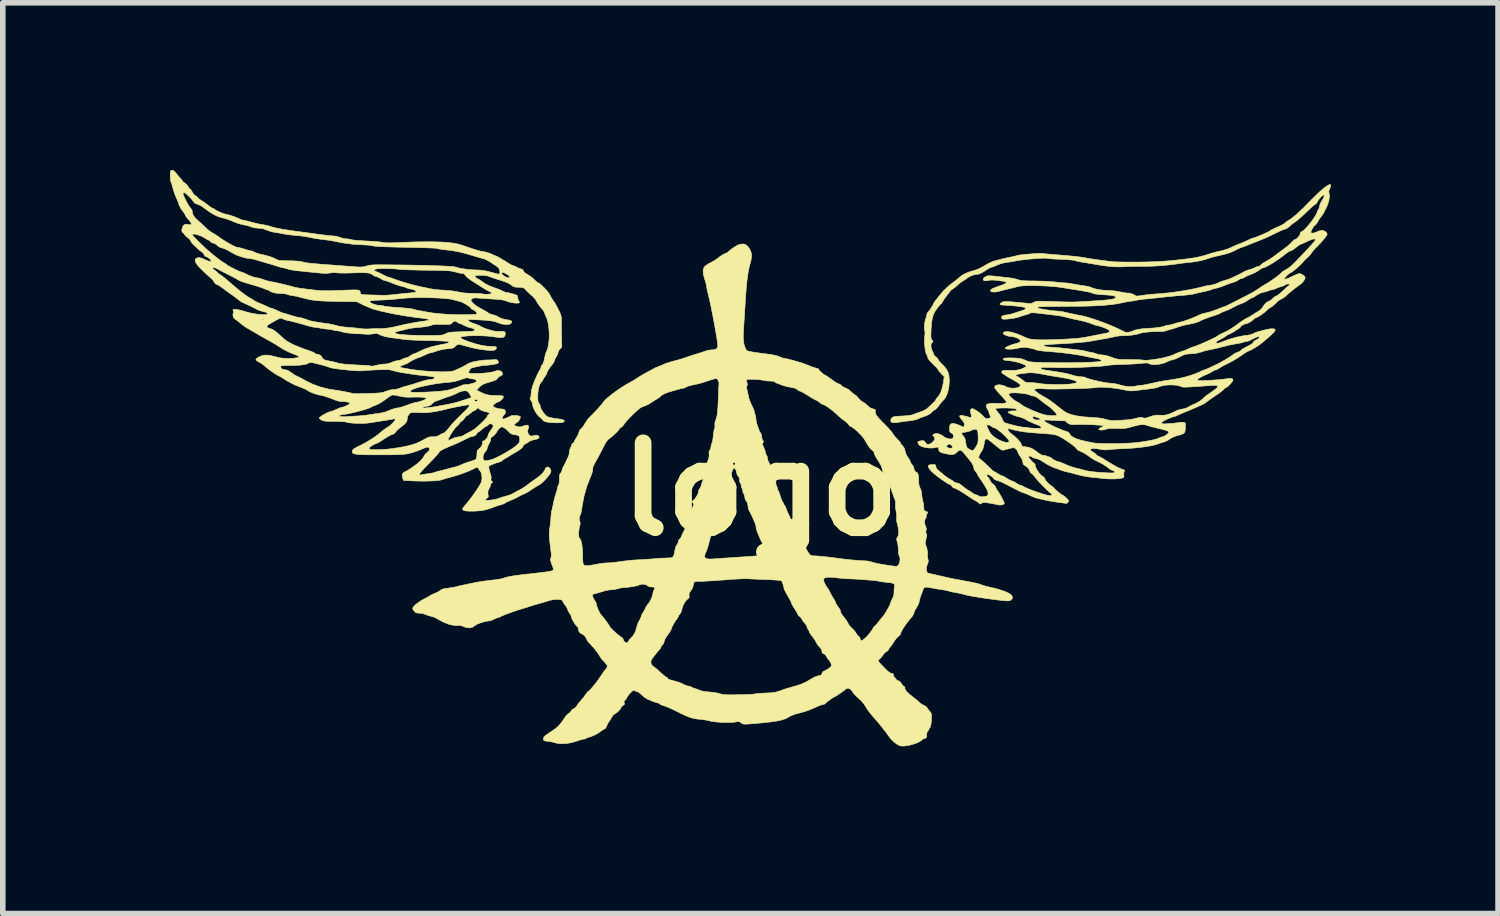
<source format=kicad_pcb>
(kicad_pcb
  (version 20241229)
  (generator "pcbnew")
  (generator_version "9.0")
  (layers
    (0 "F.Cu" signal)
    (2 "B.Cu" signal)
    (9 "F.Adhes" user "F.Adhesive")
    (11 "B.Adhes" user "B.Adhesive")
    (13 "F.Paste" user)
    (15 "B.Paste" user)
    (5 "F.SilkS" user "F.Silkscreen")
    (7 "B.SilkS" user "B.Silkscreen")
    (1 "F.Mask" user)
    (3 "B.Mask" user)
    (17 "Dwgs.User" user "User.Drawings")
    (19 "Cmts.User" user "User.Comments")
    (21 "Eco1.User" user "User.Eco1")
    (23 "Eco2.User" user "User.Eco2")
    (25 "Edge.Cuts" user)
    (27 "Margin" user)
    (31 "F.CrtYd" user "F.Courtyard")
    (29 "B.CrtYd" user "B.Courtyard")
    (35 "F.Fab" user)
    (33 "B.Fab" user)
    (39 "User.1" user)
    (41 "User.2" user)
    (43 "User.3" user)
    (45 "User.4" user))
  (footprint "logo"
    (layer "F.Cu")
    (at 10.598 5.733)
    (property "Reference" "logo" (at 0 0 0) (layer "F.SilkS") (effects (font (size 1.524 1.524) (thickness 0.3))))
    (attr through_hole)
    (fp_poly (pts (xy -0.263 -4.392) (xy -0.222 -4.357) (xy -0.199 -4.324) (xy -0.173 -4.274) (xy -0.159 -4.227) (xy -0.157 -4.178) (xy -0.167 -4.118) (xy -0.182 -4.058) (xy -0.201 -3.986) (xy -0.217 -3.908) (xy -0.23 -3.821) (xy -0.243 -3.721) (xy -0.254 -3.604) (xy -0.264 -3.469) (xy -0.272 -3.34) (xy -0.278 -3.245) (xy -0.284 -3.152) (xy -0.289 -3.065) (xy -0.294 -2.991) (xy -0.298 -2.934) (xy -0.3 -2.908) (xy -0.306 -2.797) (xy -0.306 -2.706) (xy -0.299 -2.632) (xy -0.285 -2.571) (xy -0.262 -2.519) (xy -0.246 -2.491) (xy -0.23 -2.484) (xy -0.192 -2.474) (xy -0.136 -2.464) (xy -0.065 -2.453) (xy 0 -2.444) (xy 0.093 -2.432) (xy 0.164 -2.423) (xy 0.219 -2.414) (xy 0.26 -2.406) (xy 0.292 -2.398) (xy 0.319 -2.389) (xy 0.345 -2.379) (xy 0.348 -2.377) (xy 0.388 -2.361) (xy 0.422 -2.351) (xy 0.435 -2.35) (xy 0.452 -2.348) (xy 0.48 -2.342) (xy 0.522 -2.331) (xy 0.581 -2.316) (xy 0.659 -2.293) (xy 0.73 -2.273) (xy 0.759 -2.264) (xy 0.803 -2.247) (xy 0.856 -2.227) (xy 0.879 -2.217) (xy 0.931 -2.197) (xy 0.976 -2.182) (xy 1.007 -2.173) (xy 1.016 -2.172) (xy 1.037 -2.167) (xy 1.041 -2.16) (xy 1.051 -2.143) (xy 1.074 -2.118) (xy 1.104 -2.09) (xy 1.135 -2.065) (xy 1.159 -2.05) (xy 1.162 -2.049) (xy 1.183 -2.038) (xy 1.218 -2.015) (xy 1.261 -1.985) (xy 1.285 -1.967) (xy 1.33 -1.934) (xy 1.37 -1.909) (xy 1.399 -1.895) (xy 1.409 -1.892) (xy 1.435 -1.882) (xy 1.447 -1.868) (xy 1.466 -1.851) (xy 1.5 -1.831) (xy 1.525 -1.821) (xy 1.587 -1.789) (xy 1.63 -1.751) (xy 1.66 -1.722) (xy 1.687 -1.701) (xy 1.695 -1.697) (xy 1.718 -1.682) (xy 1.745 -1.654) (xy 1.758 -1.639) (xy 1.79 -1.603) (xy 1.828 -1.574) (xy 1.84 -1.567) (xy 1.879 -1.543) (xy 1.916 -1.51) (xy 1.922 -1.503) (xy 1.972 -1.462) (xy 2.015 -1.446) (xy 2.049 -1.436) (xy 2.065 -1.425) (xy 2.066 -1.409) (xy 2.064 -1.401) (xy 2.062 -1.378) (xy 2.07 -1.353) (xy 2.088 -1.322) (xy 2.119 -1.283) (xy 2.166 -1.233) (xy 2.223 -1.175) (xy 2.272 -1.125) (xy 2.316 -1.078) (xy 2.351 -1.037) (xy 2.372 -1.008) (xy 2.375 -1.003) (xy 2.397 -0.97) (xy 2.43 -0.93) (xy 2.456 -0.902) (xy 2.487 -0.871) (xy 2.508 -0.845) (xy 2.515 -0.832) (xy 2.523 -0.815) (xy 2.544 -0.789) (xy 2.552 -0.782) (xy 2.584 -0.738) (xy 2.598 -0.687) (xy 2.619 -0.621) (xy 2.649 -0.573) (xy 2.673 -0.537) (xy 2.689 -0.507) (xy 2.692 -0.493) (xy 2.701 -0.469) (xy 2.723 -0.443) (xy 2.724 -0.442) (xy 2.75 -0.407) (xy 2.756 -0.38) (xy 2.763 -0.347) (xy 2.781 -0.319) (xy 2.803 -0.305) (xy 2.806 -0.305) (xy 2.821 -0.293) (xy 2.833 -0.261) (xy 2.841 -0.216) (xy 2.843 -0.161) (xy 2.843 -0.152) (xy 2.844 -0.096) (xy 2.853 -0.055) (xy 2.868 -0.022) (xy 2.888 0.029) (xy 2.896 0.08) (xy 2.899 0.124) (xy 2.908 0.177) (xy 2.915 0.203) (xy 2.926 0.254) (xy 2.932 0.305) (xy 2.934 0.328) (xy 2.936 0.363) (xy 2.945 0.382) (xy 2.966 0.394) (xy 2.972 0.396) (xy 2.998 0.406) (xy 3.003 0.418) (xy 2.991 0.439) (xy 2.99 0.441) (xy 2.977 0.471) (xy 2.976 0.496) (xy 2.973 0.518) (xy 2.964 0.526) (xy 2.953 0.542) (xy 2.948 0.574) (xy 2.95 0.614) (xy 2.959 0.651) (xy 2.968 0.671) (xy 2.98 0.704) (xy 2.974 0.737) (xy 2.968 0.771) (xy 2.978 0.795) (xy 2.987 0.814) (xy 2.986 0.839) (xy 2.977 0.876) (xy 2.963 0.937) (xy 2.96 0.983) (xy 2.971 1.01) (xy 2.971 1.01) (xy 2.98 1.031) (xy 2.99 1.067) (xy 2.998 1.11) (xy 3.002 1.151) (xy 3.001 1.179) (xy 3.001 1.181) (xy 3 1.207) (xy 3.006 1.244) (xy 3.008 1.251) (xy 3.015 1.289) (xy 3.008 1.322) (xy 2.998 1.346) (xy 2.984 1.387) (xy 2.979 1.431) (xy 2.984 1.47) (xy 2.998 1.497) (xy 3.008 1.504) (xy 3.031 1.509) (xy 3.069 1.518) (xy 3.116 1.529) (xy 3.118 1.529) (xy 3.174 1.542) (xy 3.241 1.557) (xy 3.308 1.573) (xy 3.321 1.576) (xy 3.381 1.589) (xy 3.44 1.602) (xy 3.488 1.611) (xy 3.499 1.613) (xy 3.551 1.622) (xy 3.609 1.633) (xy 3.632 1.638) (xy 3.679 1.647) (xy 3.739 1.658) (xy 3.801 1.67) (xy 3.81 1.672) (xy 3.865 1.683) (xy 3.915 1.695) (xy 3.95 1.706) (xy 3.957 1.709) (xy 3.977 1.717) (xy 4.001 1.725) (xy 4.033 1.735) (xy 4.077 1.746) (xy 4.138 1.761) (xy 4.21 1.777) (xy 4.28 1.796) (xy 4.349 1.819) (xy 4.412 1.843) (xy 4.463 1.867) (xy 4.496 1.888) (xy 4.499 1.89) (xy 4.522 1.925) (xy 4.522 1.959) (xy 4.501 1.986) (xy 4.491 1.992) (xy 4.473 1.999) (xy 4.452 2.002) (xy 4.421 2.002) (xy 4.378 1.999) (xy 4.316 1.993) (xy 4.275 1.988) (xy 4.162 1.973) (xy 4.051 1.958) (xy 3.947 1.943) (xy 3.852 1.927) (xy 3.771 1.913) (xy 3.707 1.9) (xy 3.664 1.889) (xy 3.658 1.887) (xy 3.615 1.876) (xy 3.56 1.863) (xy 3.505 1.853) (xy 3.454 1.844) (xy 3.409 1.834) (xy 3.38 1.826) (xy 3.378 1.825) (xy 3.348 1.817) (xy 3.304 1.808) (xy 3.27 1.803) (xy 3.221 1.796) (xy 3.159 1.786) (xy 3.095 1.774) (xy 3.077 1.771) (xy 3.02 1.76) (xy 2.982 1.756) (xy 2.958 1.757) (xy 2.943 1.763) (xy 2.941 1.765) (xy 2.924 1.786) (xy 2.921 1.797) (xy 2.916 1.817) (xy 2.904 1.851) (xy 2.89 1.883) (xy 2.872 1.931) (xy 2.859 1.978) (xy 2.854 2.002) (xy 2.843 2.047) (xy 2.817 2.1) (xy 2.803 2.123) (xy 2.779 2.163) (xy 2.762 2.199) (xy 2.756 2.221) (xy 2.748 2.245) (xy 2.727 2.279) (xy 2.708 2.302) (xy 2.658 2.361) (xy 2.612 2.423) (xy 2.571 2.482) (xy 2.54 2.535) (xy 2.52 2.578) (xy 2.515 2.601) (xy 2.505 2.616) (xy 2.483 2.634) (xy 2.452 2.663) (xy 2.414 2.71) (xy 2.374 2.773) (xy 2.367 2.784) (xy 2.348 2.811) (xy 2.326 2.837) (xy 2.307 2.861) (xy 2.299 2.88) (xy 2.288 2.896) (xy 2.264 2.913) (xy 2.261 2.915) (xy 2.228 2.939) (xy 2.205 2.969) (xy 2.183 3) (xy 2.153 3.033) (xy 2.147 3.039) (xy 2.13 3.054) (xy 2.119 3.065) (xy 2.116 3.076) (xy 2.123 3.091) (xy 2.14 3.114) (xy 2.171 3.147) (xy 2.216 3.194) (xy 2.235 3.214) (xy 2.283 3.261) (xy 2.32 3.29) (xy 2.349 3.303) (xy 2.356 3.304) (xy 2.383 3.311) (xy 2.391 3.326) (xy 2.39 3.337) (xy 2.392 3.359) (xy 2.4 3.365) (xy 2.414 3.376) (xy 2.425 3.396) (xy 2.448 3.424) (xy 2.474 3.435) (xy 2.509 3.454) (xy 2.531 3.486) (xy 2.551 3.516) (xy 2.573 3.535) (xy 2.576 3.536) (xy 2.595 3.551) (xy 2.594 3.57) (xy 2.6 3.596) (xy 2.628 3.632) (xy 2.677 3.679) (xy 2.747 3.735) (xy 2.762 3.747) (xy 2.801 3.777) (xy 2.835 3.806) (xy 2.851 3.823) (xy 2.879 3.846) (xy 2.918 3.869) (xy 2.931 3.875) (xy 2.965 3.894) (xy 2.989 3.913) (xy 2.993 3.921) (xy 3.006 3.944) (xy 3.03 3.974) (xy 3.038 3.983) (xy 3.055 4.002) (xy 3.066 4.02) (xy 3.071 4.044) (xy 3.072 4.078) (xy 3.07 4.131) (xy 3.07 4.138) (xy 3.065 4.202) (xy 3.058 4.245) (xy 3.048 4.272) (xy 3.044 4.278) (xy 3.027 4.301) (xy 3.023 4.314) (xy 3.014 4.333) (xy 3.003 4.344) (xy 2.988 4.37) (xy 2.986 4.4) (xy 2.984 4.443) (xy 2.967 4.466) (xy 2.948 4.47) (xy 2.924 4.479) (xy 2.897 4.5) (xy 2.896 4.502) (xy 2.86 4.528) (xy 2.807 4.553) (xy 2.742 4.576) (xy 2.673 4.594) (xy 2.606 4.605) (xy 2.548 4.609) (xy 2.506 4.603) (xy 2.502 4.602) (xy 2.444 4.57) (xy 2.385 4.523) (xy 2.335 4.471) (xy 2.324 4.456) (xy 2.292 4.412) (xy 2.259 4.366) (xy 2.242 4.344) (xy 2.208 4.302) (xy 2.174 4.258) (xy 2.165 4.247) (xy 2.138 4.213) (xy 2.101 4.169) (xy 2.062 4.124) (xy 2.057 4.119) (xy 2.003 4.056) (xy 1.962 4.006) (xy 1.93 3.963) (xy 1.903 3.921) (xy 1.886 3.893) (xy 1.854 3.846) (xy 1.814 3.799) (xy 1.793 3.778) (xy 1.737 3.728) (xy 1.698 3.688) (xy 1.669 3.655) (xy 1.647 3.622) (xy 1.644 3.618) (xy 1.614 3.584) (xy 1.577 3.57) (xy 1.542 3.579) (xy 1.528 3.59) (xy 1.506 3.608) (xy 1.472 3.633) (xy 1.431 3.662) (xy 1.391 3.689) (xy 1.358 3.71) (xy 1.34 3.719) (xy 1.316 3.732) (xy 1.28 3.755) (xy 1.241 3.782) (xy 1.204 3.809) (xy 1.178 3.831) (xy 1.171 3.839) (xy 1.147 3.857) (xy 1.13 3.861) (xy 1.105 3.866) (xy 1.068 3.879) (xy 1.039 3.891) (xy 0.947 3.932) (xy 0.872 3.963) (xy 0.808 3.986) (xy 0.749 4.002) (xy 0.73 4.007) (xy 0.626 4.035) (xy 0.546 4.066) (xy 0.508 4.087) (xy 0.471 4.108) (xy 0.426 4.127) (xy 0.372 4.143) (xy 0.306 4.157) (xy 0.225 4.17) (xy 0.126 4.182) (xy 0.006 4.194) (xy -0.118 4.205) (xy -0.191 4.211) (xy -0.243 4.214) (xy -0.278 4.215) (xy -0.303 4.213) (xy -0.32 4.208) (xy -0.335 4.199) (xy -0.345 4.191) (xy -0.37 4.175) (xy -0.393 4.169) (xy -0.423 4.171) (xy -0.451 4.177) (xy -0.496 4.183) (xy -0.558 4.186) (xy -0.631 4.185) (xy -0.708 4.183) (xy -0.783 4.177) (xy -0.847 4.17) (xy -0.896 4.161) (xy -0.908 4.157) (xy -0.943 4.148) (xy -0.995 4.139) (xy -1.055 4.131) (xy -1.086 4.128) (xy -1.142 4.122) (xy -1.192 4.113) (xy -1.241 4.101) (xy -1.293 4.083) (xy -1.353 4.057) (xy -1.426 4.023) (xy -1.516 3.978) (xy -1.52 3.976) (xy -1.582 3.946) (xy -1.642 3.919) (xy -1.693 3.898) (xy -1.728 3.886) (xy -1.73 3.886) (xy -1.768 3.873) (xy -1.797 3.859) (xy -1.805 3.853) (xy -1.826 3.838) (xy -1.837 3.835) (xy -1.857 3.831) (xy -1.893 3.819) (xy -1.94 3.803) (xy -1.959 3.795) (xy -2.025 3.766) (xy -2.077 3.735) (xy -2.123 3.695) (xy -2.124 3.694) (xy -2.159 3.663) (xy -2.189 3.64) (xy -2.21 3.632) (xy -2.234 3.626) (xy -2.242 3.619) (xy -2.26 3.608) (xy -2.268 3.607) (xy -2.29 3.616) (xy -2.319 3.64) (xy -2.351 3.672) (xy -2.377 3.705) (xy -2.393 3.733) (xy -2.394 3.734) (xy -2.411 3.767) (xy -2.43 3.787) (xy -2.448 3.807) (xy -2.447 3.825) (xy -2.443 3.833) (xy -2.436 3.851) (xy -2.446 3.866) (xy -2.465 3.879) (xy -2.49 3.899) (xy -2.502 3.919) (xy -2.502 3.92) (xy -2.511 3.94) (xy -2.535 3.968) (xy -2.565 3.998) (xy -2.597 4.022) (xy -2.619 4.033) (xy -2.638 4.048) (xy -2.66 4.078) (xy -2.669 4.093) (xy -2.69 4.132) (xy -2.712 4.164) (xy -2.719 4.172) (xy -2.738 4.201) (xy -2.755 4.24) (xy -2.758 4.248) (xy -2.778 4.287) (xy -2.8 4.303) (xy -2.825 4.315) (xy -2.858 4.337) (xy -2.868 4.346) (xy -2.914 4.378) (xy -2.974 4.41) (xy -3.038 4.437) (xy -3.085 4.451) (xy -3.114 4.46) (xy -3.131 4.471) (xy -3.131 4.471) (xy -3.148 4.481) (xy -3.168 4.483) (xy -3.194 4.487) (xy -3.235 4.499) (xy -3.285 4.515) (xy -3.298 4.52) (xy -3.383 4.545) (xy -3.472 4.561) (xy -3.56 4.566) (xy -3.637 4.561) (xy -3.683 4.55) (xy -3.729 4.537) (xy -3.785 4.527) (xy -3.816 4.522) (xy -3.858 4.518) (xy -3.881 4.511) (xy -3.891 4.5) (xy -3.893 4.481) (xy -3.893 4.477) (xy -3.89 4.458) (xy -3.88 4.44) (xy -3.859 4.42) (xy -3.822 4.394) (xy -3.791 4.373) (xy -3.721 4.326) (xy -3.666 4.286) (xy -3.623 4.247) (xy -3.584 4.203) (xy -3.545 4.149) (xy -3.499 4.079) (xy -3.496 4.076) (xy -3.47 4.045) (xy -3.438 4.022) (xy -3.411 4) (xy -3.395 3.977) (xy -3.395 3.976) (xy -3.379 3.954) (xy -3.351 3.938) (xy -3.319 3.918) (xy -3.293 3.885) (xy -3.292 3.884) (xy -3.27 3.85) (xy -3.239 3.811) (xy -3.226 3.797) (xy -3.168 3.729) (xy -3.117 3.656) (xy -3.114 3.65) (xy -3.096 3.632) (xy -3.085 3.625) (xy -3.066 3.608) (xy -3.036 3.577) (xy -3 3.535) (xy -2.962 3.488) (xy -2.927 3.442) (xy -2.904 3.41) (xy -2.857 3.342) (xy -2.822 3.29) (xy -2.794 3.252) (xy -2.782 3.237) (xy -2.759 3.205) (xy -2.748 3.182) (xy -2.75 3.16) (xy -2.767 3.134) (xy -2.78 3.12) (xy -1.965 3.12) (xy -1.945 3.159) (xy -1.926 3.175) (xy -1.901 3.193) (xy -1.865 3.222) (xy -1.826 3.256) (xy -1.825 3.258) (xy -1.769 3.308) (xy -1.728 3.343) (xy -1.7 3.365) (xy -1.683 3.376) (xy -1.675 3.378) (xy -1.665 3.388) (xy -1.664 3.395) (xy -1.651 3.407) (xy -1.615 3.421) (xy -1.559 3.436) (xy -1.5 3.452) (xy -1.441 3.472) (xy -1.394 3.492) (xy -1.39 3.495) (xy -1.349 3.515) (xy -1.314 3.528) (xy -1.298 3.531) (xy -1.269 3.536) (xy -1.232 3.551) (xy -1.223 3.556) (xy -1.189 3.572) (xy -1.163 3.581) (xy -1.159 3.581) (xy -1.137 3.587) (xy -1.105 3.6) (xy -1.095 3.605) (xy -1.046 3.621) (xy -0.972 3.633) (xy -0.919 3.637) (xy -0.856 3.643) (xy -0.794 3.653) (xy -0.743 3.663) (xy -0.726 3.669) (xy -0.7 3.676) (xy -0.672 3.682) (xy -0.637 3.686) (xy -0.592 3.688) (xy -0.531 3.689) (xy -0.451 3.688) (xy -0.398 3.687) (xy -0.318 3.686) (xy -0.244 3.684) (xy -0.183 3.681) (xy -0.137 3.678) (xy -0.112 3.675) (xy -0.109 3.675) (xy -0.087 3.67) (xy -0.05 3.666) (xy 0.005 3.661) (xy 0.08 3.657) (xy 0.177 3.653) (xy 0.178 3.653) (xy 0.272 3.642) (xy 0.362 3.614) (xy 0.418 3.593) (xy 0.477 3.574) (xy 0.521 3.561) (xy 0.6 3.539) (xy 0.665 3.52) (xy 0.713 3.505) (xy 0.74 3.494) (xy 0.743 3.492) (xy 0.764 3.482) (xy 0.787 3.473) (xy 0.813 3.462) (xy 0.852 3.44) (xy 0.896 3.413) (xy 0.902 3.41) (xy 0.97 3.371) (xy 1.031 3.349) (xy 1.044 3.346) (xy 1.081 3.339) (xy 1.099 3.329) (xy 1.107 3.31) (xy 1.107 3.304) (xy 1.12 3.275) (xy 1.137 3.266) (xy 1.165 3.254) (xy 1.202 3.233) (xy 1.238 3.207) (xy 1.265 3.182) (xy 1.275 3.168) (xy 1.274 3.141) (xy 1.26 3.106) (xy 1.238 3.073) (xy 1.226 3.061) (xy 1.207 3.037) (xy 1.188 3.004) (xy 1.188 3.002) (xy 1.163 2.965) (xy 1.137 2.952) (xy 1.113 2.94) (xy 1.105 2.915) (xy 1.105 2.906) (xy 1.095 2.869) (xy 1.064 2.831) (xy 1.061 2.828) (xy 1.03 2.793) (xy 1.005 2.754) (xy 1 2.743) (xy 0.981 2.709) (xy 0.953 2.667) (xy 0.929 2.635) (xy 0.902 2.6) (xy 0.883 2.569) (xy 0.876 2.551) (xy 0.867 2.526) (xy 0.857 2.515) (xy 0.842 2.49) (xy 0.838 2.471) (xy 0.829 2.445) (xy 0.808 2.414) (xy 0.801 2.408) (xy 0.772 2.375) (xy 0.751 2.34) (xy 0.749 2.336) (xy 0.728 2.302) (xy 0.704 2.28) (xy 0.681 2.261) (xy 0.673 2.246) (xy 0.666 2.23) (xy 0.649 2.198) (xy 0.624 2.158) (xy 0.616 2.146) (xy 0.589 2.104) (xy 0.569 2.069) (xy 0.559 2.046) (xy 0.559 2.043) (xy 0.553 2.025) (xy 0.536 1.991) (xy 0.512 1.947) (xy 0.495 1.918) (xy 0.467 1.868) (xy 0.443 1.823) (xy 0.428 1.789) (xy 0.425 1.778) (xy 0.408 1.707) (xy 0.391 1.661) (xy 0.378 1.641) (xy 0.361 1.637) (xy 0.322 1.632) (xy 0.267 1.628) (xy 0.2 1.624) (xy 0.161 1.622) (xy 1.133 1.622) (xy 1.14 1.652) (xy 1.155 1.689) (xy 1.175 1.727) (xy 1.193 1.756) (xy 1.201 1.766) (xy 1.215 1.784) (xy 1.234 1.817) (xy 1.252 1.852) (xy 1.275 1.897) (xy 1.3 1.94) (xy 1.314 1.962) (xy 1.336 1.998) (xy 1.35 2.033) (xy 1.351 2.035) (xy 1.365 2.066) (xy 1.389 2.102) (xy 1.397 2.113) (xy 1.42 2.144) (xy 1.434 2.17) (xy 1.435 2.177) (xy 1.445 2.217) (xy 1.477 2.267) (xy 1.504 2.299) (xy 1.535 2.34) (xy 1.565 2.387) (xy 1.573 2.403) (xy 1.599 2.446) (xy 1.632 2.484) (xy 1.645 2.495) (xy 1.68 2.529) (xy 1.71 2.569) (xy 1.714 2.576) (xy 1.736 2.61) (xy 1.759 2.635) (xy 1.764 2.639) (xy 1.785 2.66) (xy 1.791 2.678) (xy 1.796 2.704) (xy 1.809 2.718) (xy 1.812 2.718) (xy 1.824 2.712) (xy 1.849 2.697) (xy 1.852 2.695) (xy 1.883 2.67) (xy 1.922 2.631) (xy 1.962 2.583) (xy 1.998 2.535) (xy 2.024 2.492) (xy 2.024 2.492) (xy 2.041 2.465) (xy 2.054 2.452) (xy 2.056 2.451) (xy 2.069 2.442) (xy 2.091 2.417) (xy 2.119 2.382) (xy 2.122 2.378) (xy 2.152 2.339) (xy 2.179 2.306) (xy 2.197 2.286) (xy 2.198 2.286) (xy 2.215 2.265) (xy 2.238 2.229) (xy 2.265 2.185) (xy 2.292 2.138) (xy 2.315 2.094) (xy 2.331 2.06) (xy 2.337 2.042) (xy 2.343 2.02) (xy 2.358 1.986) (xy 2.369 1.965) (xy 2.393 1.908) (xy 2.4 1.849) (xy 2.399 1.846) (xy 2.4 1.801) (xy 2.404 1.761) (xy 2.407 1.749) (xy 2.41 1.72) (xy 2.401 1.699) (xy 2.375 1.685) (xy 2.329 1.676) (xy 2.283 1.671) (xy 2.227 1.665) (xy 2.174 1.658) (xy 2.136 1.651) (xy 2.131 1.65) (xy 2.1 1.644) (xy 2.048 1.638) (xy 1.981 1.631) (xy 1.904 1.625) (xy 1.823 1.618) (xy 1.742 1.613) (xy 1.667 1.609) (xy 1.602 1.607) (xy 1.594 1.607) (xy 1.529 1.604) (xy 1.455 1.598) (xy 1.387 1.59) (xy 1.384 1.589) (xy 1.296 1.579) (xy 1.225 1.577) (xy 1.173 1.583) (xy 1.143 1.598) (xy 1.139 1.603) (xy 1.133 1.622) (xy 0.161 1.622) (xy 0.127 1.621) (xy 0.044 1.618) (xy -0.039 1.615) (xy -0.115 1.611) (xy -0.176 1.608) (xy -0.21 1.606) (xy -0.259 1.604) (xy -0.33 1.606) (xy -0.419 1.61) (xy -0.521 1.616) (xy -0.628 1.625) (xy -0.724 1.632) (xy -0.817 1.639) (xy -0.905 1.644) (xy -0.98 1.648) (xy -1.039 1.651) (xy -1.063 1.651) (xy -1.119 1.652) (xy -1.155 1.654) (xy -1.177 1.659) (xy -1.189 1.669) (xy -1.193 1.676) (xy -1.204 1.708) (xy -1.206 1.727) (xy -1.217 1.77) (xy -1.249 1.822) (xy -1.262 1.838) (xy -1.28 1.872) (xy -1.279 1.908) (xy -1.278 1.94) (xy -1.29 1.959) (xy -1.308 1.971) (xy -1.334 1.995) (xy -1.362 2.036) (xy -1.387 2.084) (xy -1.404 2.131) (xy -1.41 2.164) (xy -1.418 2.194) (xy -1.437 2.228) (xy -1.441 2.233) (xy -1.462 2.26) (xy -1.473 2.281) (xy -1.473 2.284) (xy -1.481 2.301) (xy -1.499 2.328) (xy -1.503 2.333) (xy -1.527 2.365) (xy -1.552 2.407) (xy -1.576 2.45) (xy -1.593 2.487) (xy -1.6 2.512) (xy -1.6 2.512) (xy -1.607 2.53) (xy -1.627 2.561) (xy -1.654 2.601) (xy -1.664 2.614) (xy -1.7 2.667) (xy -1.722 2.71) (xy -1.727 2.733) (xy -1.736 2.765) (xy -1.751 2.784) (xy -1.774 2.809) (xy -1.783 2.829) (xy -1.797 2.859) (xy -1.808 2.873) (xy -1.838 2.906) (xy -1.872 2.948) (xy -1.906 2.991) (xy -1.936 3.031) (xy -1.956 3.061) (xy -1.962 3.074) (xy -1.965 3.12) (xy -2.78 3.12) (xy -2.799 3.098) (xy -2.818 3.079) (xy -2.844 3.05) (xy -2.863 3.025) (xy -2.863 3.024) (xy -2.924 2.93) (xy -2.989 2.846) (xy -3.044 2.785) (xy -3.077 2.751) (xy -3.101 2.724) (xy -3.111 2.708) (xy -3.111 2.707) (xy -3.121 2.677) (xy -3.144 2.643) (xy -3.172 2.614) (xy -3.192 2.602) (xy -3.236 2.577) (xy -3.259 2.545) (xy -3.264 2.514) (xy -3.274 2.477) (xy -3.29 2.461) (xy -3.311 2.44) (xy -3.336 2.405) (xy -3.361 2.363) (xy -3.381 2.324) (xy -3.391 2.294) (xy -3.391 2.291) (xy -3.398 2.267) (xy -3.416 2.236) (xy -3.421 2.23) (xy -3.443 2.195) (xy -3.458 2.161) (xy -3.458 2.158) (xy -3.471 2.128) (xy -3.494 2.091) (xy -3.505 2.077) (xy -3.527 2.047) (xy -3.541 2.024) (xy -3.543 2.018) (xy -3.551 2.002) (xy -3.563 1.989) (xy -3.587 1.979) (xy -3.63 1.975) (xy -3.683 1.977) (xy -3.74 1.985) (xy -3.794 1.998) (xy -3.807 2.002) (xy -3.845 2.014) (xy -3.897 2.03) (xy -3.955 2.046) (xy -3.972 2.051) (xy -4.03 2.067) (xy -4.086 2.084) (xy -4.131 2.098) (xy -4.14 2.101) (xy -4.182 2.115) (xy -4.236 2.132) (xy -4.292 2.148) (xy -4.293 2.149) (xy -4.347 2.165) (xy -4.409 2.186) (xy -4.474 2.209) (xy -4.537 2.232) (xy -4.592 2.253) (xy -4.636 2.271) (xy -4.662 2.284) (xy -4.667 2.287) (xy -4.689 2.298) (xy -4.698 2.299) (xy -4.72 2.304) (xy -4.755 2.319) (xy -4.778 2.33) (xy -4.82 2.349) (xy -4.859 2.36) (xy -4.875 2.362) (xy -4.913 2.367) (xy -4.963 2.379) (xy -5.017 2.395) (xy -5.066 2.413) (xy -5.102 2.431) (xy -5.112 2.438) (xy -5.167 2.475) (xy -5.224 2.488) (xy -5.287 2.479) (xy -5.328 2.462) (xy -5.387 2.443) (xy -5.426 2.442) (xy -5.501 2.442) (xy -5.588 2.424) (xy -5.683 2.387) (xy -5.785 2.333) (xy -5.802 2.322) (xy -5.846 2.299) (xy -5.894 2.283) (xy -5.91 2.279) (xy -5.958 2.267) (xy -6.005 2.249) (xy -6.01 2.246) (xy -6.057 2.23) (xy -6.112 2.223) (xy -6.12 2.223) (xy -6.161 2.22) (xy -6.188 2.21) (xy -6.211 2.188) (xy -6.215 2.183) (xy -6.237 2.153) (xy -6.24 2.13) (xy -6.236 2.122) (xy -6.216 2.096) (xy -6.18 2.063) (xy -6.135 2.029) (xy -6.09 1.998) (xy -6.052 1.977) (xy -6.01 1.956) (xy -5.962 1.929) (xy -5.943 1.917) (xy -5.913 1.9) (xy -3.017 1.9) (xy -3.01 1.923) (xy -3.003 1.939) (xy -2.986 1.975) (xy -2.968 2.004) (xy -2.965 2.007) (xy -2.949 2.036) (xy -2.946 2.054) (xy -2.941 2.079) (xy -2.928 2.118) (xy -2.91 2.162) (xy -2.89 2.204) (xy -2.872 2.237) (xy -2.859 2.254) (xy -2.844 2.268) (xy -2.821 2.297) (xy -2.792 2.334) (xy -2.762 2.375) (xy -2.734 2.414) (xy -2.714 2.445) (xy -2.705 2.462) (xy -2.705 2.463) (xy -2.696 2.477) (xy -2.672 2.503) (xy -2.638 2.536) (xy -2.599 2.572) (xy -2.559 2.606) (xy -2.524 2.634) (xy -2.499 2.652) (xy -2.492 2.655) (xy -2.47 2.672) (xy -2.464 2.688) (xy -2.454 2.718) (xy -2.43 2.744) (xy -2.401 2.756) (xy -2.399 2.756) (xy -2.378 2.745) (xy -2.368 2.728) (xy -2.351 2.698) (xy -2.331 2.678) (xy -2.284 2.628) (xy -2.246 2.562) (xy -2.224 2.491) (xy -2.223 2.487) (xy -2.21 2.437) (xy -2.191 2.389) (xy -2.18 2.37) (xy -2.158 2.331) (xy -2.142 2.291) (xy -2.139 2.282) (xy -2.126 2.245) (xy -2.109 2.216) (xy -2.089 2.187) (xy -2.071 2.149) (xy -2.07 2.146) (xy -2.05 2.106) (xy -2.022 2.067) (xy -2.019 2.064) (xy -1.991 2.026) (xy -1.964 1.978) (xy -1.943 1.928) (xy -1.931 1.887) (xy -1.93 1.875) (xy -1.924 1.844) (xy -1.911 1.811) (xy -1.896 1.778) (xy -1.898 1.76) (xy -1.919 1.754) (xy -1.95 1.753) (xy -1.995 1.748) (xy -2.024 1.733) (xy -2.029 1.727) (xy -2.059 1.709) (xy -2.102 1.702) (xy -2.148 1.706) (xy -2.176 1.717) (xy -2.204 1.727) (xy -2.25 1.738) (xy -2.306 1.748) (xy -2.366 1.757) (xy -2.421 1.763) (xy -2.457 1.765) (xy -2.504 1.77) (xy -2.553 1.782) (xy -2.559 1.784) (xy -2.604 1.795) (xy -2.656 1.802) (xy -2.675 1.803) (xy -2.72 1.807) (xy -2.777 1.818) (xy -2.834 1.834) (xy -2.837 1.835) (xy -2.884 1.85) (xy -2.922 1.861) (xy -2.944 1.867) (xy -2.946 1.867) (xy -2.965 1.871) (xy -2.99 1.879) (xy -3.011 1.889) (xy -3.017 1.9) (xy -5.913 1.9) (xy -5.897 1.891) (xy -5.847 1.868) (xy -5.829 1.86) (xy -5.788 1.843) (xy -5.754 1.822) (xy -5.746 1.815) (xy -5.712 1.794) (xy -5.682 1.785) (xy -5.588 1.771) (xy -5.517 1.76) (xy -5.471 1.752) (xy -5.449 1.747) (xy -5.448 1.746) (xy -5.432 1.741) (xy -5.397 1.732) (xy -5.352 1.722) (xy -5.345 1.721) (xy -5.287 1.709) (xy -5.217 1.694) (xy -5.149 1.68) (xy -5.136 1.677) (xy -5.078 1.666) (xy -5.005 1.654) (xy -4.924 1.643) (xy -4.844 1.633) (xy -4.831 1.632) (xy -4.763 1.624) (xy -4.703 1.615) (xy -4.655 1.607) (xy -4.625 1.601) (xy -4.62 1.598) (xy -4.583 1.585) (xy -4.525 1.57) (xy -4.45 1.556) (xy -4.361 1.543) (xy -4.263 1.531) (xy -4.261 1.53) (xy -4.127 1.516) (xy -4.016 1.503) (xy -3.927 1.493) (xy -3.857 1.484) (xy -3.803 1.476) (xy -3.765 1.469) (xy -3.74 1.463) (xy -3.726 1.457) (xy -3.723 1.455) (xy -3.716 1.442) (xy -3.716 1.422) (xy -3.726 1.39) (xy -3.741 1.353) (xy -3.758 1.305) (xy -3.766 1.273) (xy -3.765 1.249) (xy -3.761 1.236) (xy -3.753 1.202) (xy -3.752 1.162) (xy -3.753 1.158) (xy -3.767 1.046) (xy -3.778 0.955) (xy -3.785 0.882) (xy -3.789 0.823) (xy -3.789 0.806) (xy -3.262 0.806) (xy -3.262 0.839) (xy -3.256 0.861) (xy -3.246 0.875) (xy -3.221 0.918) (xy -3.204 0.986) (xy -3.194 1.077) (xy -3.191 1.18) (xy -3.189 1.261) (xy -3.185 1.317) (xy -3.177 1.348) (xy -3.175 1.353) (xy -3.154 1.366) (xy -3.118 1.37) (xy -3.064 1.367) (xy -2.99 1.354) (xy -2.948 1.346) (xy -2.884 1.334) (xy -2.818 1.326) (xy -2.762 1.321) (xy -2.747 1.321) (xy -2.702 1.319) (xy -2.64 1.313) (xy -2.57 1.305) (xy -2.511 1.296) (xy -2.432 1.286) (xy -2.34 1.276) (xy -2.249 1.268) (xy -2.191 1.265) (xy -2.113 1.261) (xy -2.029 1.255) (xy -1.951 1.25) (xy -1.899 1.245) (xy -1.83 1.239) (xy -1.757 1.235) (xy -1.692 1.233) (xy -1.674 1.232) (xy -1.62 1.231) (xy -1.585 1.224) (xy -1.576 1.217) (xy -1 1.217) (xy -0.981 1.239) (xy -0.941 1.25) (xy -0.879 1.251) (xy -0.856 1.25) (xy -0.816 1.247) (xy -0.756 1.243) (xy -0.681 1.237) (xy -0.597 1.232) (xy -0.508 1.226) (xy -0.481 1.224) (xy -0.347 1.215) (xy -0.236 1.207) (xy -0.145 1.201) (xy -0.073 1.195) (xy -0.018 1.191) (xy 0.023 1.187) (xy 0.052 1.184) (xy 0.072 1.181) (xy 0.084 1.178) (xy 0.089 1.177) (xy 0.103 1.159) (xy 0.11 1.129) (xy 0.111 1.096) (xy 0.104 1.07) (xy 0.096 1.063) (xy 0.082 1.047) (xy 0.06 1.013) (xy 0.035 0.966) (xy 0.007 0.91) (xy -0.02 0.85) (xy -0.044 0.792) (xy -0.063 0.741) (xy -0.074 0.702) (xy -0.076 0.685) (xy -0.081 0.653) (xy -0.094 0.61) (xy -0.102 0.588) (xy -0.129 0.529) (xy -0.155 0.471) (xy -0.179 0.422) (xy -0.199 0.385) (xy -0.208 0.37) (xy -0.216 0.348) (xy -0.221 0.311) (xy -0.222 0.298) (xy -0.23 0.247) (xy -0.251 0.213) (xy -0.273 0.177) (xy -0.279 0.144) (xy -0.286 0.108) (xy -0.298 0.082) (xy -0.313 0.05) (xy -0.317 0.023) (xy -0.322 -0.005) (xy -0.33 -0.019) (xy -0.34 -0.036) (xy -0.343 -0.063) (xy -0.349 -0.095) (xy -0.361 -0.114) (xy -0.374 -0.14) (xy -0.373 -0.165) (xy -0.374 -0.2) (xy -0.394 -0.229) (xy -0.416 -0.263) (xy -0.427 -0.302) (xy -0.436 -0.343) (xy -0.453 -0.372) (xy -0.471 -0.381) (xy -0.486 -0.37) (xy -0.502 -0.341) (xy -0.514 -0.304) (xy -0.52 -0.265) (xy -0.521 -0.257) (xy -0.526 -0.217) (xy -0.539 -0.182) (xy -0.541 -0.18) (xy -0.56 -0.144) (xy -0.579 -0.093) (xy -0.595 -0.036) (xy -0.607 0.018) (xy -0.61 0.051) (xy -0.616 0.089) (xy -0.628 0.119) (xy -0.629 0.12) (xy -0.644 0.15) (xy -0.648 0.171) (xy -0.655 0.203) (xy -0.665 0.223) (xy -0.677 0.249) (xy -0.687 0.29) (xy -0.692 0.324) (xy -0.701 0.373) (xy -0.715 0.417) (xy -0.724 0.438) (xy -0.745 0.478) (xy -0.768 0.528) (xy -0.788 0.581) (xy -0.804 0.627) (xy -0.812 0.661) (xy -0.813 0.668) (xy -0.818 0.694) (xy -0.825 0.705) (xy -0.838 0.722) (xy -0.856 0.755) (xy -0.875 0.798) (xy -0.891 0.843) (xy -0.901 0.876) (xy -0.924 0.966) (xy -0.943 1.034) (xy -0.96 1.085) (xy -0.975 1.123) (xy -0.98 1.133) (xy -0.999 1.182) (xy -1 1.217) (xy -1.576 1.217) (xy -1.562 1.206) (xy -1.549 1.174) (xy -1.539 1.123) (xy -1.536 1.102) (xy -1.523 1.044) (xy -1.505 1.004) (xy -1.499 0.998) (xy -1.48 0.967) (xy -1.473 0.939) (xy -1.464 0.909) (xy -1.449 0.893) (xy -1.429 0.871) (xy -1.412 0.837) (xy -1.41 0.829) (xy -1.392 0.787) (xy -1.369 0.742) (xy -1.363 0.732) (xy -1.344 0.7) (xy -1.338 0.678) (xy -1.345 0.657) (xy -1.348 0.65) (xy -1.359 0.626) (xy -1.354 0.615) (xy -1.347 0.612) (xy -1.315 0.592) (xy -1.287 0.56) (xy -1.271 0.526) (xy -1.27 0.516) (xy -1.264 0.484) (xy -1.248 0.447) (xy -1.243 0.439) (xy -1.227 0.404) (xy -1.224 0.376) (xy -1.225 0.372) (xy -1.225 0.347) (xy -1.213 0.314) (xy -1.211 0.309) (xy -1.197 0.281) (xy -1.196 0.264) (xy -1.208 0.246) (xy -1.211 0.243) (xy -1.226 0.225) (xy -1.222 0.212) (xy -1.2 0.196) (xy -1.177 0.174) (xy -1.153 0.14) (xy -1.131 0.102) (xy -1.115 0.067) (xy -1.111 0.042) (xy -1.112 0.037) (xy -1.11 0.019) (xy -1.095 -0.004) (xy -1.074 -0.036) (xy -1.061 -0.075) (xy -1.06 -0.076) (xy -1.048 -0.117) (xy -1.03 -0.162) (xy -1.026 -0.171) (xy -1.009 -0.219) (xy -0.998 -0.279) (xy -0.995 -0.308) (xy -0.979 -0.405) (xy -0.962 -0.457) (xy -0.495 -0.457) (xy -0.487 -0.437) (xy -0.469 -0.433) (xy -0.454 -0.448) (xy -0.453 -0.45) (xy -0.453 -0.473) (xy -0.474 -0.482) (xy -0.478 -0.483) (xy -0.492 -0.472) (xy -0.495 -0.457) (xy -0.962 -0.457) (xy -0.951 -0.49) (xy -0.93 -0.547) (xy -0.92 -0.59) (xy -0.919 -0.624) (xy -0.921 -0.634) (xy -0.923 -0.672) (xy -0.912 -0.695) (xy -0.909 -0.698) (xy -0.894 -0.722) (xy -0.889 -0.751) (xy -0.883 -0.791) (xy -0.871 -0.824) (xy -0.861 -0.853) (xy -0.852 -0.898) (xy -0.846 -0.952) (xy -0.845 -0.966) (xy -0.839 -1.017) (xy -0.832 -1.059) (xy -0.825 -1.085) (xy -0.823 -1.089) (xy -0.816 -1.112) (xy -0.816 -1.145) (xy -0.817 -1.149) (xy -0.815 -1.203) (xy -0.805 -1.232) (xy -0.789 -1.274) (xy -0.776 -1.333) (xy -0.767 -1.41) (xy -0.76 -1.509) (xy -0.755 -1.63) (xy -0.755 -1.632) (xy -0.753 -1.705) (xy -0.75 -1.772) (xy -0.747 -1.829) (xy -0.745 -1.868) (xy -0.743 -1.88) (xy -0.743 -1.918) (xy -0.756 -1.954) (xy -0.759 -1.958) (xy -0.251 -1.958) (xy -0.249 -1.937) (xy -0.242 -1.919) (xy -0.232 -1.887) (xy -0.237 -1.866) (xy -0.241 -1.861) (xy -0.25 -1.832) (xy -0.246 -1.814) (xy -0.238 -1.782) (xy -0.234 -1.765) (xy -0.208 -1.641) (xy -0.17 -1.538) (xy -0.158 -1.516) (xy -0.135 -1.468) (xy -0.116 -1.421) (xy -0.107 -1.389) (xy -0.099 -1.354) (xy -0.091 -1.33) (xy -0.09 -1.327) (xy -0.084 -1.308) (xy -0.08 -1.273) (xy -0.078 -1.254) (xy -0.071 -1.203) (xy -0.056 -1.15) (xy -0.05 -1.135) (xy -0.036 -1.099) (xy -0.027 -1.072) (xy -0.025 -1.065) (xy -0.018 -1.046) (xy -0.001 -1.02) (xy 0 -1.019) (xy 0.02 -0.979) (xy 0.025 -0.94) (xy 0.031 -0.902) (xy 0.044 -0.877) (xy 0.045 -0.876) (xy 0.057 -0.858) (xy 0.051 -0.846) (xy 0.039 -0.823) (xy 0.044 -0.789) (xy 0.064 -0.743) (xy 0.08 -0.706) (xy 0.089 -0.674) (xy 0.089 -0.667) (xy 0.097 -0.636) (xy 0.108 -0.617) (xy 0.123 -0.584) (xy 0.127 -0.56) (xy 0.134 -0.523) (xy 0.146 -0.495) (xy 0.164 -0.461) (xy 0.176 -0.437) (xy 0.195 -0.412) (xy 0.21 -0.402) (xy 0.225 -0.388) (xy 0.225 -0.359) (xy 0.224 -0.357) (xy 0.223 -0.318) (xy 0.23 -0.276) (xy 0.244 -0.242) (xy 0.261 -0.224) (xy 0.273 -0.212) (xy 0.278 -0.184) (xy 0.278 -0.146) (xy 0.279 -0.103) (xy 0.285 -0.071) (xy 0.29 -0.06) (xy 0.302 -0.036) (xy 0.305 -0.017) (xy 0.31 0.009) (xy 0.317 0.019) (xy 0.327 0.034) (xy 0.34 0.067) (xy 0.355 0.111) (xy 0.357 0.118) (xy 0.373 0.166) (xy 0.388 0.205) (xy 0.401 0.228) (xy 0.402 0.23) (xy 0.416 0.252) (xy 0.419 0.263) (xy 0.428 0.281) (xy 0.438 0.292) (xy 0.454 0.316) (xy 0.457 0.329) (xy 0.463 0.35) (xy 0.477 0.387) (xy 0.498 0.431) (xy 0.502 0.439) (xy 0.523 0.483) (xy 0.539 0.52) (xy 0.546 0.542) (xy 0.546 0.544) (xy 0.552 0.567) (xy 0.564 0.595) (xy 0.578 0.624) (xy 0.597 0.667) (xy 0.616 0.711) (xy 0.638 0.758) (xy 0.661 0.798) (xy 0.681 0.822) (xy 0.702 0.843) (xy 0.711 0.857) (xy 0.711 0.858) (xy 0.719 0.872) (xy 0.737 0.897) (xy 0.743 0.904) (xy 0.764 0.933) (xy 0.774 0.956) (xy 0.775 0.959) (xy 0.781 0.982) (xy 0.797 1.02) (xy 0.819 1.064) (xy 0.844 1.109) (xy 0.868 1.147) (xy 0.872 1.153) (xy 0.899 1.181) (xy 0.928 1.193) (xy 0.949 1.194) (xy 0.993 1.195) (xy 1.055 1.2) (xy 1.13 1.207) (xy 1.211 1.215) (xy 1.293 1.225) (xy 1.369 1.235) (xy 1.397 1.239) (xy 1.475 1.249) (xy 1.562 1.259) (xy 1.652 1.268) (xy 1.738 1.276) (xy 1.813 1.281) (xy 1.871 1.283) (xy 1.875 1.283) (xy 1.924 1.287) (xy 1.98 1.299) (xy 2.014 1.31) (xy 2.052 1.32) (xy 2.108 1.333) (xy 2.177 1.346) (xy 2.252 1.358) (xy 2.326 1.37) (xy 2.393 1.378) (xy 2.441 1.383) (xy 2.464 1.374) (xy 2.483 1.353) (xy 2.499 1.315) (xy 2.507 1.269) (xy 2.505 1.226) (xy 2.494 1.197) (xy 2.484 1.171) (xy 2.478 1.127) (xy 2.477 1.091) (xy 2.474 1.035) (xy 2.466 0.979) (xy 2.458 0.947) (xy 2.448 0.909) (xy 2.447 0.885) (xy 2.456 0.864) (xy 2.464 0.853) (xy 2.476 0.832) (xy 2.482 0.808) (xy 2.482 0.774) (xy 2.478 0.724) (xy 2.471 0.673) (xy 2.463 0.63) (xy 2.454 0.603) (xy 2.453 0.601) (xy 2.446 0.572) (xy 2.445 0.529) (xy 2.446 0.513) (xy 2.446 0.457) (xy 2.438 0.397) (xy 2.435 0.385) (xy 2.425 0.327) (xy 2.425 0.276) (xy 2.425 0.27) (xy 2.427 0.222) (xy 2.418 0.191) (xy 2.406 0.161) (xy 2.39 0.119) (xy 2.377 0.083) (xy 2.347 -0.004) (xy 2.322 -0.069) (xy 2.301 -0.118) (xy 2.281 -0.154) (xy 2.27 -0.169) (xy 2.245 -0.21) (xy 2.22 -0.261) (xy 2.199 -0.314) (xy 2.187 -0.358) (xy 2.184 -0.378) (xy 2.178 -0.401) (xy 2.159 -0.439) (xy 2.132 -0.486) (xy 2.115 -0.514) (xy 2.085 -0.561) (xy 2.061 -0.603) (xy 2.047 -0.633) (xy 2.045 -0.643) (xy 2.035 -0.68) (xy 2.004 -0.706) (xy 1.977 -0.729) (xy 1.944 -0.773) (xy 1.906 -0.832) (xy 1.881 -0.876) (xy 1.856 -0.915) (xy 1.819 -0.96) (xy 1.775 -1.007) (xy 1.729 -1.051) (xy 1.684 -1.089) (xy 1.646 -1.117) (xy 1.618 -1.13) (xy 1.614 -1.13) (xy 1.599 -1.141) (xy 1.586 -1.161) (xy 1.568 -1.184) (xy 1.535 -1.213) (xy 1.507 -1.233) (xy 1.464 -1.265) (xy 1.415 -1.306) (xy 1.375 -1.344) (xy 1.337 -1.378) (xy 1.292 -1.416) (xy 1.243 -1.452) (xy 1.196 -1.485) (xy 1.156 -1.51) (xy 1.129 -1.523) (xy 1.123 -1.524) (xy 1.105 -1.531) (xy 1.076 -1.55) (xy 1.06 -1.562) (xy 1.03 -1.585) (xy 1.006 -1.598) (xy 1 -1.6) (xy 0.985 -1.607) (xy 0.953 -1.624) (xy 0.909 -1.65) (xy 0.858 -1.682) (xy 0.858 -1.683) (xy 0.805 -1.715) (xy 0.759 -1.741) (xy 0.723 -1.759) (xy 0.704 -1.765) (xy 0.678 -1.775) (xy 0.664 -1.789) (xy 0.639 -1.809) (xy 0.598 -1.821) (xy 0.594 -1.822) (xy 0.484 -1.842) (xy 0.398 -1.866) (xy 0.361 -1.881) (xy 0.326 -1.896) (xy 0.301 -1.904) (xy 0.295 -1.905) (xy 0.277 -1.914) (xy 0.267 -1.924) (xy 0.241 -1.938) (xy 0.191 -1.943) (xy 0.179 -1.943) (xy 0.13 -1.945) (xy 0.083 -1.951) (xy 0.064 -1.955) (xy 0.025 -1.962) (xy -0.026 -1.968) (xy -0.083 -1.972) (xy -0.139 -1.975) (xy -0.189 -1.976) (xy -0.225 -1.974) (xy -0.24 -1.97) (xy -0.251 -1.958) (xy -0.759 -1.958) (xy -0.782 -1.992) (xy -0.795 -1.99) (xy -0.827 -1.982) (xy -0.872 -1.969) (xy -0.91 -1.957) (xy -0.967 -1.939) (xy -1.019 -1.922) (xy -1.059 -1.91) (xy -1.073 -1.905) (xy -1.104 -1.897) (xy -1.151 -1.886) (xy -1.204 -1.875) (xy -1.212 -1.874) (xy -1.262 -1.862) (xy -1.304 -1.85) (xy -1.33 -1.838) (xy -1.333 -1.835) (xy -1.36 -1.82) (xy -1.377 -1.816) (xy -1.4 -1.813) (xy -1.439 -1.804) (xy -1.486 -1.791) (xy -1.49 -1.79) (xy -1.544 -1.775) (xy -1.595 -1.76) (xy -1.632 -1.75) (xy -1.691 -1.729) (xy -1.743 -1.705) (xy -1.781 -1.68) (xy -1.791 -1.67) (xy -1.813 -1.65) (xy -1.846 -1.628) (xy -1.853 -1.624) (xy -1.89 -1.602) (xy -1.935 -1.573) (xy -1.962 -1.555) (xy -2.01 -1.526) (xy -2.063 -1.501) (xy -2.09 -1.492) (xy -2.121 -1.48) (xy -2.151 -1.464) (xy -2.186 -1.438) (xy -2.229 -1.4) (xy -2.283 -1.349) (xy -2.333 -1.299) (xy -2.379 -1.251) (xy -2.416 -1.208) (xy -2.44 -1.177) (xy -2.443 -1.173) (xy -2.468 -1.139) (xy -2.492 -1.116) (xy -2.501 -1.111) (xy -2.522 -1.099) (xy -2.527 -1.089) (xy -2.536 -1.074) (xy -2.56 -1.047) (xy -2.593 -1.013) (xy -2.631 -0.977) (xy -2.668 -0.943) (xy -2.701 -0.917) (xy -2.724 -0.902) (xy -2.725 -0.901) (xy -2.744 -0.884) (xy -2.77 -0.846) (xy -2.803 -0.788) (xy -2.817 -0.76) (xy -2.848 -0.699) (xy -2.88 -0.638) (xy -2.907 -0.586) (xy -2.922 -0.559) (xy -2.958 -0.496) (xy -2.982 -0.45) (xy -2.998 -0.417) (xy -3.006 -0.391) (xy -3.009 -0.369) (xy -3.01 -0.353) (xy -3.015 -0.318) (xy -3.03 -0.269) (xy -3.052 -0.215) (xy -3.054 -0.21) (xy -3.116 -0.05) (xy -3.165 0.123) (xy -3.199 0.3) (xy -3.201 0.317) (xy -3.209 0.373) (xy -3.219 0.421) (xy -3.229 0.454) (xy -3.234 0.463) (xy -3.249 0.503) (xy -3.249 0.55) (xy -3.238 0.585) (xy -3.232 0.619) (xy -3.237 0.633) (xy -3.244 0.656) (xy -3.252 0.697) (xy -3.258 0.747) (xy -3.259 0.754) (xy -3.262 0.806) (xy -3.789 0.806) (xy -3.789 0.776) (xy -3.786 0.736) (xy -3.783 0.711) (xy -3.775 0.663) (xy -3.769 0.616) (xy -3.764 0.562) (xy -3.758 0.495) (xy -3.755 0.451) (xy -3.751 0.413) (xy -3.745 0.385) (xy -3.743 0.381) (xy -3.738 0.36) (xy -3.729 0.322) (xy -3.719 0.272) (xy -3.715 0.252) (xy -3.702 0.192) (xy -3.687 0.133) (xy -3.672 0.085) (xy -3.67 0.077) (xy -3.655 0.035) (xy -3.646 -0.001) (xy -3.644 -0.016) (xy -3.637 -0.049) (xy -3.625 -0.069) (xy -3.613 -0.102) (xy -3.607 -0.16) (xy -3.607 -0.186) (xy -3.606 -0.237) (xy -3.601 -0.268) (xy -3.592 -0.285) (xy -3.585 -0.29) (xy -3.568 -0.312) (xy -3.562 -0.334) (xy -3.554 -0.369) (xy -3.541 -0.396) (xy -3.526 -0.423) (xy -3.505 -0.464) (xy -3.487 -0.502) (xy -3.467 -0.545) (xy -3.45 -0.581) (xy -3.441 -0.6) (xy -3.433 -0.627) (xy -3.429 -0.665) (xy -3.429 -0.67) (xy -3.423 -0.708) (xy -3.411 -0.74) (xy -3.41 -0.742) (xy -3.395 -0.771) (xy -3.391 -0.789) (xy -3.381 -0.813) (xy -3.365 -0.826) (xy -3.345 -0.842) (xy -3.34 -0.855) (xy -3.333 -0.873) (xy -3.316 -0.904) (xy -3.302 -0.927) (xy -3.278 -0.968) (xy -3.261 -1.009) (xy -3.256 -1.026) (xy -3.24 -1.065) (xy -3.217 -1.089) (xy -3.194 -1.111) (xy -3.168 -1.148) (xy -3.153 -1.173) (xy -3.125 -1.219) (xy -3.088 -1.268) (xy -3.062 -1.296) (xy -3.007 -1.351) (xy -2.954 -1.407) (xy -2.906 -1.459) (xy -2.866 -1.504) (xy -2.838 -1.537) (xy -2.826 -1.555) (xy -2.803 -1.585) (xy -2.762 -1.625) (xy -2.707 -1.672) (xy -2.642 -1.723) (xy -2.57 -1.775) (xy -2.495 -1.826) (xy -2.421 -1.873) (xy -2.352 -1.912) (xy -2.349 -1.913) (xy -2.299 -1.941) (xy -2.25 -1.97) (xy -2.216 -1.993) (xy -2.183 -2.015) (xy -2.135 -2.044) (xy -2.08 -2.075) (xy -2.045 -2.095) (xy -1.993 -2.123) (xy -1.949 -2.147) (xy -1.917 -2.164) (xy -1.905 -2.171) (xy -1.882 -2.182) (xy -1.846 -2.197) (xy -1.829 -2.204) (xy -1.779 -2.223) (xy -1.728 -2.246) (xy -1.717 -2.251) (xy -1.679 -2.265) (xy -1.626 -2.282) (xy -1.567 -2.299) (xy -1.545 -2.305) (xy -1.479 -2.322) (xy -1.408 -2.343) (xy -1.345 -2.364) (xy -1.333 -2.368) (xy -1.272 -2.389) (xy -1.201 -2.412) (xy -1.136 -2.432) (xy -1.133 -2.433) (xy -1.078 -2.45) (xy -1.027 -2.467) (xy -0.988 -2.48) (xy -0.982 -2.483) (xy -0.94 -2.495) (xy -0.89 -2.502) (xy -0.878 -2.502) (xy -0.834 -2.506) (xy -0.798 -2.518) (xy -0.79 -2.522) (xy -0.775 -2.535) (xy -0.767 -2.551) (xy -0.766 -2.578) (xy -0.769 -2.623) (xy -0.769 -2.627) (xy -0.775 -2.67) (xy -0.784 -2.733) (xy -0.798 -2.812) (xy -0.813 -2.902) (xy -0.831 -2.999) (xy -0.85 -3.099) (xy -0.869 -3.196) (xy -0.887 -3.286) (xy -0.904 -3.365) (xy -0.918 -3.428) (xy -0.92 -3.435) (xy -0.94 -3.518) (xy -0.955 -3.582) (xy -0.964 -3.631) (xy -0.971 -3.671) (xy -0.971 -3.674) (xy -0.977 -3.701) (xy -0.989 -3.741) (xy -1.002 -3.781) (xy -1.024 -3.861) (xy -1.028 -3.925) (xy -1.016 -3.974) (xy -0.994 -4.004) (xy -0.96 -4.03) (xy -0.917 -4.056) (xy -0.902 -4.063) (xy -0.808 -4.116) (xy -0.716 -4.184) (xy -0.677 -4.21) (xy -0.637 -4.229) (xy -0.633 -4.231) (xy -0.6 -4.245) (xy -0.578 -4.261) (xy -0.577 -4.262) (xy -0.548 -4.29) (xy -0.504 -4.323) (xy -0.455 -4.356) (xy -0.409 -4.382) (xy -0.375 -4.396) (xy -0.313 -4.405) (xy -0.263 -4.392)) (stroke (width 0.01) (type solid)) (fill yes) (layer "F.SilkS"))
    (fp_poly (pts (xy -10.537 -5.721) (xy -10.507 -5.696) (xy -10.496 -5.684) (xy -10.466 -5.647) (xy -10.431 -5.606) (xy -10.42 -5.594) (xy -10.394 -5.566) (xy -10.379 -5.544) (xy -10.376 -5.538) (xy -10.366 -5.525) (xy -10.342 -5.505) (xy -10.326 -5.494) (xy -10.295 -5.467) (xy -10.273 -5.439) (xy -10.269 -5.429) (xy -10.255 -5.403) (xy -10.239 -5.392) (xy -10.221 -5.376) (xy -10.202 -5.346) (xy -10.196 -5.334) (xy -10.17 -5.292) (xy -10.142 -5.271) (xy -10.114 -5.255) (xy -10.101 -5.239) (xy -10.086 -5.221) (xy -10.057 -5.199) (xy -10.035 -5.185) (xy -9.992 -5.158) (xy -9.943 -5.123) (xy -9.91 -5.097) (xy -9.874 -5.069) (xy -9.843 -5.049) (xy -9.825 -5.042) (xy -9.803 -5.034) (xy -9.798 -5.029) (xy -9.78 -5.014) (xy -9.745 -4.995) (xy -9.7 -4.974) (xy -9.652 -4.955) (xy -9.609 -4.94) (xy -9.582 -4.934) (xy -9.517 -4.919) (xy -9.443 -4.894) (xy -9.373 -4.865) (xy -9.343 -4.85) (xy -9.316 -4.84) (xy -9.277 -4.829) (xy -9.26 -4.826) (xy -9.217 -4.817) (xy -9.162 -4.803) (xy -9.112 -4.789) (xy -9.05 -4.774) (xy -8.982 -4.759) (xy -8.934 -4.751) (xy -8.873 -4.74) (xy -8.806 -4.723) (xy -8.757 -4.708) (xy -8.704 -4.693) (xy -8.63 -4.678) (xy -8.538 -4.661) (xy -8.431 -4.646) (xy -8.414 -4.643) (xy -8.326 -4.631) (xy -8.237 -4.619) (xy -8.153 -4.608) (xy -8.082 -4.598) (xy -8.033 -4.591) (xy -7.923 -4.576) (xy -7.826 -4.564) (xy -7.747 -4.554) (xy -7.686 -4.549) (xy -7.648 -4.547) (xy -7.613 -4.542) (xy -7.568 -4.53) (xy -7.544 -4.521) (xy -7.496 -4.506) (xy -7.449 -4.497) (xy -7.43 -4.496) (xy -7.387 -4.492) (xy -7.348 -4.483) (xy -7.345 -4.482) (xy -7.321 -4.477) (xy -7.276 -4.471) (xy -7.216 -4.466) (xy -7.144 -4.461) (xy -7.068 -4.457) (xy -6.989 -4.453) (xy -6.916 -4.448) (xy -6.853 -4.443) (xy -6.807 -4.437) (xy -6.782 -4.432) (xy -6.745 -4.426) (xy -6.686 -4.424) (xy -6.609 -4.425) (xy -6.572 -4.426) (xy -6.358 -4.435) (xy -6.167 -4.441) (xy -5.998 -4.443) (xy -5.85 -4.442) (xy -5.721 -4.438) (xy -5.61 -4.43) (xy -5.515 -4.419) (xy -5.435 -4.404) (xy -5.368 -4.386) (xy -5.356 -4.382) (xy -5.234 -4.34) (xy -5.135 -4.307) (xy -5.058 -4.284) (xy -5.005 -4.271) (xy -4.977 -4.267) (xy -4.945 -4.262) (xy -4.9 -4.25) (xy -4.852 -4.234) (xy -4.812 -4.217) (xy -4.795 -4.208) (xy -4.769 -4.195) (xy -4.754 -4.191) (xy -4.735 -4.185) (xy -4.699 -4.166) (xy -4.645 -4.134) (xy -4.571 -4.089) (xy -4.528 -4.062) (xy -4.487 -4.037) (xy -4.454 -4.02) (xy -4.434 -4.013) (xy -4.434 -4.013) (xy -4.412 -4.007) (xy -4.381 -3.992) (xy -4.377 -3.989) (xy -4.337 -3.97) (xy -4.297 -3.957) (xy -4.297 -3.957) (xy -4.264 -3.943) (xy -4.252 -3.92) (xy -4.238 -3.896) (xy -4.2 -3.867) (xy -4.177 -3.854) (xy -4.128 -3.824) (xy -4.08 -3.786) (xy -4.056 -3.762) (xy -4.026 -3.733) (xy -4.002 -3.714) (xy -3.991 -3.708) (xy -3.972 -3.7) (xy -3.942 -3.676) (xy -3.906 -3.643) (xy -3.867 -3.604) (xy -3.832 -3.566) (xy -3.804 -3.531) (xy -3.793 -3.515) (xy -3.77 -3.474) (xy -3.749 -3.434) (xy -3.744 -3.427) (xy -3.724 -3.394) (xy -3.705 -3.368) (xy -3.691 -3.348) (xy -3.669 -3.311) (xy -3.644 -3.263) (xy -3.628 -3.232) (xy -3.601 -3.178) (xy -3.584 -3.135) (xy -3.574 -3.095) (xy -3.57 -3.05) (xy -3.57 -2.992) (xy -3.571 -2.959) (xy -3.571 -2.93) (xy -3.571 -2.882) (xy -3.57 -2.821) (xy -3.568 -2.752) (xy -3.568 -2.734) (xy -3.564 -2.553) (xy -3.598 -2.517) (xy -3.62 -2.487) (xy -3.632 -2.457) (xy -3.632 -2.453) (xy -3.639 -2.425) (xy -3.657 -2.389) (xy -3.664 -2.378) (xy -3.684 -2.344) (xy -3.695 -2.316) (xy -3.696 -2.309) (xy -3.704 -2.286) (xy -3.723 -2.255) (xy -3.732 -2.245) (xy -3.771 -2.196) (xy -3.803 -2.149) (xy -3.826 -2.109) (xy -3.835 -2.082) (xy -3.835 -2.081) (xy -3.844 -2.057) (xy -3.864 -2.028) (xy -3.867 -2.024) (xy -3.888 -1.997) (xy -3.899 -1.976) (xy -3.899 -1.974) (xy -3.907 -1.954) (xy -3.928 -1.929) (xy -3.93 -1.928) (xy -3.96 -1.884) (xy -3.981 -1.817) (xy -3.993 -1.728) (xy -3.995 -1.68) (xy -3.995 -1.624) (xy -3.992 -1.587) (xy -3.985 -1.561) (xy -3.974 -1.544) (xy -3.956 -1.514) (xy -3.95 -1.487) (xy -3.942 -1.457) (xy -3.921 -1.417) (xy -3.892 -1.374) (xy -3.86 -1.335) (xy -3.832 -1.309) (xy -3.827 -1.306) (xy -3.799 -1.296) (xy -3.753 -1.284) (xy -3.697 -1.274) (xy -3.659 -1.269) (xy -3.591 -1.259) (xy -3.547 -1.249) (xy -3.524 -1.239) (xy -3.521 -1.235) (xy -3.521 -1.217) (xy -3.537 -1.205) (xy -3.574 -1.198) (xy -3.631 -1.194) (xy -3.66 -1.194) (xy -3.75 -1.197) (xy -3.821 -1.205) (xy -3.873 -1.219) (xy -3.903 -1.238) (xy -3.907 -1.245) (xy -3.924 -1.267) (xy -3.954 -1.292) (xy -3.962 -1.298) (xy -3.993 -1.328) (xy -4.026 -1.373) (xy -4.056 -1.425) (xy -4.079 -1.477) (xy -4.089 -1.52) (xy -4.089 -1.525) (xy -4.097 -1.559) (xy -4.116 -1.593) (xy -4.133 -1.62) (xy -4.132 -1.639) (xy -4.128 -1.644) (xy -4.118 -1.668) (xy -4.116 -1.697) (xy -4.11 -1.765) (xy -4.09 -1.848) (xy -4.053 -1.947) (xy -4.034 -1.993) (xy -4.008 -2.048) (xy -3.985 -2.096) (xy -3.966 -2.131) (xy -3.956 -2.147) (xy -3.94 -2.176) (xy -3.937 -2.195) (xy -3.933 -2.217) (xy -3.926 -2.223) (xy -3.913 -2.234) (xy -3.898 -2.264) (xy -3.884 -2.306) (xy -3.872 -2.355) (xy -3.868 -2.379) (xy -3.857 -2.425) (xy -3.842 -2.469) (xy -3.836 -2.48) (xy -3.815 -2.535) (xy -3.801 -2.607) (xy -3.792 -2.692) (xy -3.79 -2.784) (xy -3.795 -2.876) (xy -3.805 -2.963) (xy -3.822 -3.038) (xy -3.842 -3.09) (xy -3.86 -3.128) (xy -3.871 -3.158) (xy -3.873 -3.169) (xy -3.881 -3.187) (xy -3.902 -3.217) (xy -3.932 -3.252) (xy -3.932 -3.253) (xy -3.967 -3.296) (xy -3.998 -3.341) (xy -4.015 -3.373) (xy -4.041 -3.415) (xy -4.08 -3.458) (xy -4.099 -3.474) (xy -4.142 -3.511) (xy -4.186 -3.553) (xy -4.205 -3.574) (xy -4.231 -3.601) (xy -4.252 -3.617) (xy -4.278 -3.624) (xy -4.316 -3.626) (xy -4.339 -3.627) (xy -4.388 -3.629) (xy -4.421 -3.634) (xy -4.444 -3.646) (xy -4.461 -3.66) (xy -4.494 -3.684) (xy -4.541 -3.708) (xy -4.605 -3.733) (xy -4.691 -3.761) (xy -4.724 -3.771) (xy -4.777 -3.788) (xy -4.827 -3.805) (xy -4.862 -3.819) (xy -4.864 -3.82) (xy -4.898 -3.831) (xy -4.944 -3.838) (xy -4.995 -3.842) (xy -5.044 -3.842) (xy -5.086 -3.839) (xy -5.115 -3.832) (xy -5.124 -3.823) (xy -5.114 -3.806) (xy -5.087 -3.787) (xy -5.071 -3.778) (xy -5.031 -3.756) (xy -4.997 -3.732) (xy -4.989 -3.726) (xy -4.938 -3.689) (xy -4.863 -3.652) (xy -4.765 -3.615) (xy -4.753 -3.611) (xy -4.701 -3.592) (xy -4.654 -3.573) (xy -4.62 -3.556) (xy -4.618 -3.555) (xy -4.582 -3.538) (xy -4.548 -3.531) (xy -4.547 -3.531) (xy -4.516 -3.527) (xy -4.474 -3.517) (xy -4.451 -3.51) (xy -4.412 -3.497) (xy -4.382 -3.488) (xy -4.372 -3.485) (xy -4.36 -3.471) (xy -4.356 -3.445) (xy -4.349 -3.407) (xy -4.336 -3.381) (xy -4.324 -3.36) (xy -4.327 -3.349) (xy -4.337 -3.345) (xy -4.368 -3.341) (xy -4.415 -3.344) (xy -4.47 -3.353) (xy -4.523 -3.366) (xy -4.558 -3.379) (xy -4.587 -3.39) (xy -4.622 -3.398) (xy -4.669 -3.405) (xy -4.731 -3.41) (xy -4.814 -3.416) (xy -4.832 -3.417) (xy -4.907 -3.421) (xy -4.975 -3.426) (xy -5.032 -3.43) (xy -5.072 -3.433) (xy -5.088 -3.435) (xy -5.132 -3.436) (xy -5.168 -3.426) (xy -5.191 -3.406) (xy -5.194 -3.392) (xy -5.183 -3.366) (xy -5.151 -3.334) (xy -5.103 -3.296) (xy -5.04 -3.257) (xy -4.991 -3.231) (xy -4.946 -3.206) (xy -4.91 -3.185) (xy -4.889 -3.17) (xy -4.886 -3.167) (xy -4.868 -3.154) (xy -4.837 -3.144) (xy -4.835 -3.143) (xy -4.746 -3.117) (xy -4.683 -3.083) (xy -4.652 -3.069) (xy -4.607 -3.055) (xy -4.563 -3.046) (xy -4.509 -3.037) (xy -4.477 -3.027) (xy -4.463 -3.015) (xy -4.464 -2.998) (xy -4.47 -2.986) (xy -4.493 -2.967) (xy -4.535 -2.958) (xy -4.589 -2.959) (xy -4.65 -2.97) (xy -4.712 -2.991) (xy -4.715 -2.992) (xy -4.748 -3.005) (xy -4.781 -3.014) (xy -4.82 -3.022) (xy -4.869 -3.028) (xy -4.935 -3.034) (xy -5.013 -3.039) (xy -5.085 -3.043) (xy -5.148 -3.045) (xy -5.198 -3.046) (xy -5.23 -3.046) (xy -5.241 -3.044) (xy -5.242 -3.028) (xy -5.222 -3.01) (xy -5.182 -2.99) (xy -5.131 -2.972) (xy -5.083 -2.955) (xy -5.041 -2.937) (xy -5.015 -2.923) (xy -4.989 -2.908) (xy -4.947 -2.89) (xy -4.895 -2.872) (xy -4.87 -2.864) (xy -4.804 -2.846) (xy -4.752 -2.836) (xy -4.706 -2.834) (xy -4.684 -2.836) (xy -4.627 -2.837) (xy -4.592 -2.828) (xy -4.577 -2.807) (xy -4.579 -2.777) (xy -4.591 -2.748) (xy -4.612 -2.73) (xy -4.647 -2.723) (xy -4.697 -2.725) (xy -4.769 -2.735) (xy -4.77 -2.735) (xy -4.833 -2.744) (xy -4.906 -2.751) (xy -4.986 -2.755) (xy -5.069 -2.757) (xy -5.15 -2.757) (xy -5.225 -2.755) (xy -5.289 -2.75) (xy -5.339 -2.744) (xy -5.371 -2.735) (xy -5.379 -2.729) (xy -5.376 -2.715) (xy -5.349 -2.697) (xy -5.3 -2.675) (xy -5.226 -2.648) (xy -5.207 -2.641) (xy -5.094 -2.606) (xy -4.998 -2.583) (xy -4.912 -2.57) (xy -4.829 -2.565) (xy -4.829 -2.565) (xy -4.781 -2.565) (xy -4.754 -2.562) (xy -4.741 -2.555) (xy -4.737 -2.543) (xy -4.737 -2.54) (xy -4.747 -2.516) (xy -4.765 -2.501) (xy -4.795 -2.494) (xy -4.845 -2.493) (xy -4.91 -2.497) (xy -4.985 -2.506) (xy -5.067 -2.519) (xy -5.149 -2.535) (xy -5.228 -2.555) (xy -5.247 -2.56) (xy -5.307 -2.577) (xy -5.359 -2.591) (xy -5.399 -2.6) (xy -5.42 -2.603) (xy -5.42 -2.603) (xy -5.444 -2.595) (xy -5.472 -2.572) (xy -5.476 -2.567) (xy -5.495 -2.549) (xy -5.515 -2.538) (xy -5.545 -2.53) (xy -5.59 -2.525) (xy -5.615 -2.523) (xy -5.699 -2.512) (xy -5.78 -2.492) (xy -5.808 -2.483) (xy -5.853 -2.467) (xy -5.892 -2.456) (xy -5.915 -2.451) (xy -5.916 -2.451) (xy -5.937 -2.446) (xy -5.974 -2.432) (xy -6.02 -2.412) (xy -6.031 -2.407) (xy -6.076 -2.386) (xy -6.114 -2.37) (xy -6.137 -2.363) (xy -6.14 -2.362) (xy -6.159 -2.356) (xy -6.193 -2.341) (xy -6.234 -2.321) (xy -6.275 -2.299) (xy -6.309 -2.279) (xy -6.325 -2.268) (xy -6.348 -2.255) (xy -6.385 -2.241) (xy -6.397 -2.237) (xy -6.438 -2.222) (xy -6.461 -2.206) (xy -6.462 -2.191) (xy -6.461 -2.19) (xy -6.447 -2.186) (xy -6.412 -2.178) (xy -6.362 -2.169) (xy -6.3 -2.158) (xy -6.266 -2.152) (xy -6.172 -2.139) (xy -6.071 -2.128) (xy -5.966 -2.119) (xy -5.862 -2.113) (xy -5.763 -2.11) (xy -5.673 -2.109) (xy -5.597 -2.112) (xy -5.538 -2.118) (xy -5.508 -2.125) (xy -5.456 -2.146) (xy -5.395 -2.174) (xy -5.334 -2.204) (xy -5.282 -2.233) (xy -5.259 -2.249) (xy -5.221 -2.267) (xy -5.165 -2.285) (xy -5.096 -2.3) (xy -5.021 -2.312) (xy -4.945 -2.32) (xy -4.898 -2.322) (xy -4.844 -2.323) (xy -4.799 -2.326) (xy -4.768 -2.329) (xy -4.763 -2.33) (xy -4.736 -2.328) (xy -4.712 -2.309) (xy -4.701 -2.283) (xy -4.702 -2.275) (xy -4.711 -2.263) (xy -4.737 -2.253) (xy -4.783 -2.243) (xy -4.807 -2.239) (xy -4.864 -2.232) (xy -4.918 -2.226) (xy -4.96 -2.224) (xy -4.963 -2.223) (xy -4.992 -2.22) (xy -5.034 -2.213) (xy -5.083 -2.203) (xy -5.13 -2.192) (xy -5.17 -2.181) (xy -5.195 -2.172) (xy -5.2 -2.169) (xy -5.207 -2.157) (xy -5.223 -2.132) (xy -5.224 -2.13) (xy -5.238 -2.105) (xy -5.237 -2.093) (xy -5.227 -2.088) (xy -5.194 -2.081) (xy -5.142 -2.079) (xy -5.077 -2.079) (xy -5.005 -2.083) (xy -4.932 -2.088) (xy -4.865 -2.096) (xy -4.81 -2.106) (xy -4.772 -2.116) (xy -4.766 -2.119) (xy -4.722 -2.132) (xy -4.678 -2.129) (xy -4.643 -2.11) (xy -4.642 -2.109) (xy -4.627 -2.079) (xy -4.636 -2.052) (xy -4.668 -2.032) (xy -4.672 -2.031) (xy -4.702 -2.013) (xy -4.721 -1.99) (xy -4.736 -1.972) (xy -4.767 -1.955) (xy -4.818 -1.937) (xy -4.834 -1.933) (xy -4.9 -1.913) (xy -4.947 -1.897) (xy -4.981 -1.883) (xy -5.006 -1.867) (xy -5.028 -1.849) (xy -5.048 -1.829) (xy -5.096 -1.78) (xy -5.04 -1.753) (xy -4.976 -1.722) (xy -4.922 -1.703) (xy -4.87 -1.691) (xy -4.81 -1.686) (xy -4.75 -1.684) (xy -4.689 -1.683) (xy -4.65 -1.68) (xy -4.626 -1.676) (xy -4.615 -1.668) (xy -4.613 -1.662) (xy -4.619 -1.638) (xy -4.642 -1.611) (xy -4.673 -1.585) (xy -4.706 -1.568) (xy -4.712 -1.566) (xy -4.741 -1.554) (xy -4.771 -1.533) (xy -4.794 -1.511) (xy -4.801 -1.497) (xy -4.789 -1.481) (xy -4.76 -1.466) (xy -4.72 -1.452) (xy -4.676 -1.444) (xy -4.655 -1.443) (xy -4.616 -1.44) (xy -4.595 -1.433) (xy -4.583 -1.417) (xy -4.579 -1.407) (xy -4.574 -1.381) (xy -4.582 -1.359) (xy -4.603 -1.334) (xy -4.624 -1.305) (xy -4.632 -1.279) (xy -4.625 -1.263) (xy -4.606 -1.262) (xy -4.6 -1.264) (xy -4.573 -1.275) (xy -4.539 -1.288) (xy -4.505 -1.303) (xy -4.481 -1.317) (xy -4.459 -1.324) (xy -4.423 -1.326) (xy -4.381 -1.324) (xy -4.343 -1.319) (xy -4.316 -1.31) (xy -4.31 -1.306) (xy -4.309 -1.282) (xy -4.323 -1.25) (xy -4.347 -1.218) (xy -4.377 -1.195) (xy -4.404 -1.176) (xy -4.419 -1.16) (xy -4.42 -1.157) (xy -4.409 -1.146) (xy -4.381 -1.133) (xy -4.368 -1.128) (xy -4.327 -1.12) (xy -4.294 -1.123) (xy -4.276 -1.129) (xy -4.219 -1.149) (xy -4.182 -1.152) (xy -4.163 -1.14) (xy -4.161 -1.137) (xy -4.16 -1.109) (xy -4.166 -1.092) (xy -4.178 -1.046) (xy -4.169 -1.002) (xy -4.152 -0.977) (xy -4.133 -0.962) (xy -4.111 -0.956) (xy -4.079 -0.96) (xy -4.031 -0.972) (xy -4.031 -0.972) (xy -3.998 -0.969) (xy -3.982 -0.958) (xy -3.97 -0.935) (xy -3.982 -0.915) (xy -4.019 -0.899) (xy -4.062 -0.89) (xy -4.108 -0.879) (xy -4.146 -0.861) (xy -4.156 -0.854) (xy -4.19 -0.829) (xy -4.22 -0.814) (xy -4.245 -0.799) (xy -4.255 -0.782) (xy -4.265 -0.761) (xy -4.294 -0.731) (xy -4.337 -0.699) (xy -4.39 -0.667) (xy -4.393 -0.666) (xy -4.441 -0.638) (xy -4.492 -0.607) (xy -4.508 -0.597) (xy -4.546 -0.573) (xy -4.579 -0.554) (xy -4.592 -0.548) (xy -4.621 -0.529) (xy -4.634 -0.516) (xy -4.657 -0.5) (xy -4.69 -0.488) (xy -4.733 -0.477) (xy -4.769 -0.464) (xy -4.809 -0.447) (xy -4.843 -0.433) (xy -4.865 -0.422) (xy -4.874 -0.407) (xy -4.873 -0.379) (xy -4.87 -0.365) (xy -4.86 -0.321) (xy -4.847 -0.28) (xy -4.844 -0.274) (xy -4.832 -0.225) (xy -4.834 -0.195) (xy -4.836 -0.164) (xy -4.827 -0.148) (xy -4.819 -0.144) (xy -4.804 -0.136) (xy -4.81 -0.127) (xy -4.821 -0.118) (xy -4.84 -0.093) (xy -4.846 -0.07) (xy -4.855 -0.035) (xy -4.868 -0.016) (xy -4.886 0.02) (xy -4.892 0.068) (xy -4.885 0.11) (xy -4.883 0.135) (xy -4.901 0.155) (xy -4.909 0.16) (xy -4.931 0.18) (xy -4.929 0.194) (xy -4.911 0.198) (xy -4.875 0.197) (xy -4.828 0.192) (xy -4.778 0.184) (xy -4.731 0.174) (xy -4.694 0.162) (xy -4.686 0.159) (xy -4.658 0.148) (xy -4.614 0.135) (xy -4.566 0.122) (xy -4.513 0.107) (xy -4.465 0.088) (xy -4.432 0.071) (xy -4.395 0.049) (xy -4.348 0.024) (xy -4.318 0.009) (xy -4.267 -0.02) (xy -4.213 -0.055) (xy -4.185 -0.077) (xy -4.14 -0.111) (xy -4.087 -0.15) (xy -4.039 -0.183) (xy -3.962 -0.239) (xy -3.906 -0.293) (xy -3.871 -0.341) (xy -3.863 -0.363) (xy -3.846 -0.392) (xy -3.822 -0.402) (xy -3.797 -0.395) (xy -3.774 -0.373) (xy -3.761 -0.339) (xy -3.759 -0.32) (xy -3.768 -0.293) (xy -3.793 -0.255) (xy -3.828 -0.211) (xy -3.869 -0.165) (xy -3.913 -0.123) (xy -3.954 -0.09) (xy -3.977 -0.076) (xy -4.019 -0.052) (xy -4.071 -0.02) (xy -4.115 0.01) (xy -4.161 0.041) (xy -4.209 0.067) (xy -4.245 0.084) (xy -4.291 0.103) (xy -4.336 0.127) (xy -4.343 0.132) (xy -4.378 0.151) (xy -4.426 0.174) (xy -4.477 0.196) (xy -4.523 0.215) (xy -4.561 0.233) (xy -4.584 0.247) (xy -4.585 0.248) (xy -4.609 0.261) (xy -4.646 0.274) (xy -4.661 0.278) (xy -4.704 0.29) (xy -4.757 0.308) (xy -4.798 0.324) (xy -4.855 0.344) (xy -4.921 0.364) (xy -4.967 0.375) (xy -5.021 0.383) (xy -5.086 0.389) (xy -5.154 0.392) (xy -5.22 0.392) (xy -5.274 0.389) (xy -5.313 0.383) (xy -5.318 0.381) (xy -5.34 0.366) (xy -5.347 0.355) (xy -5.339 0.339) (xy -5.318 0.31) (xy -5.287 0.272) (xy -5.273 0.256) (xy -5.227 0.199) (xy -5.176 0.132) (xy -5.125 0.061) (xy -5.078 -0.009) (xy -5.039 -0.071) (xy -5.012 -0.12) (xy -5.01 -0.124) (xy -4.999 -0.165) (xy -4.997 -0.215) (xy -5.003 -0.267) (xy -5.016 -0.309) (xy -5.029 -0.328) (xy -5.05 -0.355) (xy -5.059 -0.371) (xy -5.068 -0.387) (xy -5.084 -0.392) (xy -5.112 -0.385) (xy -5.155 -0.365) (xy -5.176 -0.354) (xy -5.233 -0.328) (xy -5.307 -0.299) (xy -5.393 -0.268) (xy -5.481 -0.24) (xy -5.567 -0.216) (xy -5.588 -0.21) (xy -5.639 -0.197) (xy -5.687 -0.182) (xy -5.715 -0.172) (xy -5.751 -0.163) (xy -5.808 -0.156) (xy -5.883 -0.151) (xy -5.971 -0.148) (xy -6.067 -0.147) (xy -6.168 -0.149) (xy -6.241 -0.151) (xy -6.405 -0.159) (xy -6.42 -0.203) (xy -6.428 -0.252) (xy -6.424 -0.268) (xy -6.121 -0.268) (xy -6.119 -0.257) (xy -6.102 -0.257) (xy -6.091 -0.26) (xy -6.066 -0.265) (xy -6.024 -0.272) (xy -5.973 -0.279) (xy -5.965 -0.28) (xy -5.914 -0.288) (xy -5.871 -0.296) (xy -5.844 -0.304) (xy -5.842 -0.305) (xy -5.816 -0.315) (xy -5.777 -0.326) (xy -5.751 -0.331) (xy -5.699 -0.344) (xy -5.64 -0.359) (xy -5.607 -0.369) (xy -5.558 -0.382) (xy -5.511 -0.394) (xy -5.486 -0.399) (xy -5.451 -0.409) (xy -5.404 -0.426) (xy -5.366 -0.442) (xy -5.31 -0.466) (xy -5.246 -0.489) (xy -5.204 -0.501) (xy -5.159 -0.515) (xy -5.122 -0.53) (xy -5.103 -0.542) (xy -5.097 -0.56) (xy -4.979 -0.56) (xy -4.966 -0.526) (xy -4.963 -0.522) (xy -4.95 -0.514) (xy -4.931 -0.512) (xy -4.9 -0.516) (xy -4.851 -0.527) (xy -4.83 -0.532) (xy -4.783 -0.549) (xy -4.722 -0.577) (xy -4.651 -0.613) (xy -4.577 -0.654) (xy -4.505 -0.698) (xy -4.44 -0.74) (xy -4.389 -0.777) (xy -4.366 -0.797) (xy -4.336 -0.83) (xy -4.322 -0.858) (xy -4.318 -0.893) (xy -4.318 -0.896) (xy -4.321 -0.935) (xy -4.335 -0.959) (xy -4.363 -0.973) (xy -4.412 -0.981) (xy -4.413 -0.981) (xy -4.458 -0.99) (xy -4.489 -1.006) (xy -4.515 -1.032) (xy -4.55 -1.067) (xy -4.588 -1.097) (xy -4.596 -1.102) (xy -4.626 -1.118) (xy -4.645 -1.121) (xy -4.666 -1.111) (xy -4.67 -1.108) (xy -4.697 -1.083) (xy -4.721 -1.049) (xy -4.744 -1.011) (xy -4.773 -0.976) (xy -4.801 -0.95) (xy -4.822 -0.94) (xy -4.823 -0.94) (xy -4.834 -0.929) (xy -4.839 -0.902) (xy -4.846 -0.868) (xy -4.864 -0.829) (xy -4.87 -0.818) (xy -4.89 -0.782) (xy -4.901 -0.75) (xy -4.902 -0.742) (xy -4.911 -0.71) (xy -4.926 -0.689) (xy -4.957 -0.649) (xy -4.975 -0.603) (xy -4.979 -0.56) (xy -5.097 -0.56) (xy -5.095 -0.565) (xy -5.089 -0.602) (xy -5.087 -0.63) (xy -5.085 -0.673) (xy -5.078 -0.699) (xy -5.061 -0.718) (xy -5.051 -0.726) (xy -5.018 -0.758) (xy -4.995 -0.795) (xy -4.984 -0.829) (xy -4.986 -0.844) (xy -4.987 -0.861) (xy -4.981 -0.864) (xy -4.956 -0.873) (xy -4.928 -0.897) (xy -4.903 -0.927) (xy -4.89 -0.954) (xy -4.889 -0.959) (xy -4.882 -0.989) (xy -4.863 -1.022) (xy -4.861 -1.025) (xy -4.834 -1.063) (xy -4.81 -1.101) (xy -4.796 -1.129) (xy -4.796 -1.146) (xy -4.808 -1.161) (xy -4.836 -1.179) (xy -4.864 -1.173) (xy -4.883 -1.156) (xy -4.906 -1.137) (xy -4.922 -1.13) (xy -4.94 -1.122) (xy -4.968 -1.101) (xy -4.993 -1.079) (xy -5.025 -1.052) (xy -5.051 -1.034) (xy -5.063 -1.029) (xy -5.079 -1.018) (xy -5.095 -0.994) (xy -5.115 -0.968) (xy -5.146 -0.955) (xy -5.163 -0.952) (xy -5.2 -0.942) (xy -5.248 -0.922) (xy -5.296 -0.899) (xy -5.345 -0.874) (xy -5.407 -0.844) (xy -5.473 -0.814) (xy -5.505 -0.801) (xy -5.587 -0.767) (xy -5.649 -0.74) (xy -5.694 -0.719) (xy -5.725 -0.703) (xy -5.746 -0.688) (xy -5.761 -0.674) (xy -5.771 -0.658) (xy -5.772 -0.658) (xy -5.788 -0.636) (xy -5.819 -0.601) (xy -5.861 -0.555) (xy -5.911 -0.502) (xy -5.964 -0.448) (xy -6.03 -0.381) (xy -6.078 -0.329) (xy -6.108 -0.292) (xy -6.121 -0.268) (xy -6.424 -0.268) (xy -6.417 -0.289) (xy -6.388 -0.311) (xy -6.386 -0.312) (xy -6.356 -0.325) (xy -6.313 -0.351) (xy -6.261 -0.385) (xy -6.208 -0.423) (xy -6.157 -0.461) (xy -6.117 -0.495) (xy -6.111 -0.501) (xy -6.077 -0.537) (xy -6.049 -0.573) (xy -6.037 -0.593) (xy -6.016 -0.629) (xy -5.988 -0.655) (xy -5.987 -0.656) (xy -5.951 -0.687) (xy -5.937 -0.717) (xy -5.946 -0.744) (xy -5.948 -0.747) (xy -5.96 -0.755) (xy -5.975 -0.757) (xy -5.999 -0.752) (xy -6.036 -0.739) (xy -6.08 -0.721) (xy -6.144 -0.695) (xy -6.2 -0.674) (xy -6.251 -0.658) (xy -6.3 -0.645) (xy -6.351 -0.635) (xy -6.409 -0.628) (xy -6.476 -0.624) (xy -6.557 -0.621) (xy -6.654 -0.62) (xy -6.772 -0.62) (xy -6.813 -0.62) (xy -6.942 -0.62) (xy -7.048 -0.62) (xy -7.133 -0.622) (xy -7.199 -0.625) (xy -7.248 -0.629) (xy -7.284 -0.636) (xy -7.307 -0.644) (xy -7.32 -0.654) (xy -7.325 -0.668) (xy -7.325 -0.684) (xy -7.325 -0.684) (xy -7.32 -0.701) (xy -7.307 -0.718) (xy -7.28 -0.736) (xy -7.266 -0.743) (xy -7.021 -0.743) (xy -7.019 -0.725) (xy -7.015 -0.72) (xy -6.997 -0.715) (xy -6.959 -0.712) (xy -6.905 -0.711) (xy -6.842 -0.713) (xy -6.773 -0.716) (xy -6.704 -0.72) (xy -6.64 -0.727) (xy -6.617 -0.73) (xy -6.482 -0.75) (xy -6.368 -0.771) (xy -6.272 -0.795) (xy -6.189 -0.821) (xy -6.115 -0.852) (xy -6.047 -0.888) (xy -6.043 -0.89) (xy -6.027 -0.899) (xy -5.601 -0.899) (xy -5.601 -0.885) (xy -5.597 -0.879) (xy -5.584 -0.882) (xy -5.557 -0.895) (xy -5.532 -0.908) (xy -5.487 -0.927) (xy -5.443 -0.938) (xy -5.424 -0.94) (xy -5.383 -0.945) (xy -5.347 -0.958) (xy -5.347 -0.958) (xy -5.245 -1.015) (xy -5.175 -1.052) (xy -5.144 -1.071) (xy -5.104 -1.102) (xy -5.059 -1.141) (xy -5.013 -1.184) (xy -4.97 -1.226) (xy -4.934 -1.264) (xy -4.91 -1.294) (xy -4.902 -1.311) (xy -4.892 -1.333) (xy -4.875 -1.347) (xy -4.859 -1.359) (xy -4.862 -1.371) (xy -4.887 -1.382) (xy -4.934 -1.394) (xy -4.944 -1.396) (xy -4.992 -1.41) (xy -5.029 -1.428) (xy -5.042 -1.438) (xy -5.067 -1.465) (xy -5.097 -1.437) (xy -5.122 -1.418) (xy -5.141 -1.41) (xy -5.141 -1.41) (xy -5.158 -1.402) (xy -5.186 -1.381) (xy -5.205 -1.365) (xy -5.236 -1.34) (xy -5.261 -1.324) (xy -5.269 -1.321) (xy -5.285 -1.311) (xy -5.304 -1.286) (xy -5.31 -1.277) (xy -5.333 -1.247) (xy -5.356 -1.227) (xy -5.36 -1.225) (xy -5.383 -1.209) (xy -5.404 -1.181) (xy -5.425 -1.15) (xy -5.448 -1.131) (xy -5.467 -1.113) (xy -5.493 -1.081) (xy -5.524 -1.038) (xy -5.553 -0.993) (xy -5.579 -0.95) (xy -5.596 -0.916) (xy -5.601 -0.899) (xy -6.027 -0.899) (xy -5.994 -0.918) (xy -5.958 -0.934) (xy -5.926 -0.942) (xy -5.89 -0.943) (xy -5.88 -0.943) (xy -5.828 -0.945) (xy -5.789 -0.957) (xy -5.766 -0.97) (xy -5.729 -0.991) (xy -5.694 -1.006) (xy -5.688 -1.007) (xy -5.661 -1.024) (xy -5.624 -1.06) (xy -5.591 -1.101) (xy -5.553 -1.149) (xy -5.503 -1.205) (xy -5.451 -1.26) (xy -5.428 -1.283) (xy -5.358 -1.351) (xy -5.304 -1.404) (xy -5.266 -1.443) (xy -5.241 -1.472) (xy -5.227 -1.491) (xy -5.223 -1.502) (xy -5.224 -1.504) (xy -5.236 -1.517) (xy -5.24 -1.517) (xy -5.263 -1.514) (xy -5.305 -1.508) (xy -5.359 -1.498) (xy -5.418 -1.487) (xy -5.478 -1.475) (xy -5.53 -1.464) (xy -5.569 -1.456) (xy -5.575 -1.454) (xy -5.708 -1.422) (xy -5.823 -1.398) (xy -5.924 -1.383) (xy -6.016 -1.375) (xy -6.105 -1.375) (xy -6.148 -1.377) (xy -6.205 -1.38) (xy -6.242 -1.38) (xy -6.267 -1.377) (xy -6.284 -1.369) (xy -6.299 -1.355) (xy -6.304 -1.351) (xy -6.332 -1.309) (xy -6.337 -1.274) (xy -6.342 -1.236) (xy -6.358 -1.202) (xy -6.39 -1.167) (xy -6.44 -1.126) (xy -6.453 -1.117) (xy -6.493 -1.085) (xy -6.527 -1.053) (xy -6.547 -1.028) (xy -6.548 -1.027) (xy -6.577 -0.997) (xy -6.605 -0.986) (xy -6.633 -0.976) (xy -6.674 -0.954) (xy -6.723 -0.924) (xy -6.758 -0.902) (xy -6.806 -0.87) (xy -6.846 -0.845) (xy -6.875 -0.83) (xy -6.885 -0.826) (xy -6.903 -0.82) (xy -6.935 -0.805) (xy -6.961 -0.791) (xy -7.002 -0.764) (xy -7.021 -0.743) (xy -7.266 -0.743) (xy -7.237 -0.76) (xy -7.207 -0.775) (xy -7.1 -0.83) (xy -7.01 -0.882) (xy -6.93 -0.934) (xy -6.854 -0.99) (xy -6.791 -1.043) (xy -6.752 -1.074) (xy -6.712 -1.101) (xy -6.695 -1.111) (xy -6.662 -1.132) (xy -6.626 -1.163) (xy -6.592 -1.197) (xy -6.566 -1.229) (xy -6.554 -1.252) (xy -6.553 -1.256) (xy -6.561 -1.267) (xy -6.582 -1.264) (xy -6.605 -1.259) (xy -6.647 -1.251) (xy -6.703 -1.242) (xy -6.766 -1.232) (xy -6.769 -1.232) (xy -6.84 -1.221) (xy -6.912 -1.209) (xy -6.975 -1.199) (xy -7.017 -1.193) (xy -7.067 -1.187) (xy -7.129 -1.184) (xy -7.198 -1.184) (xy -7.267 -1.185) (xy -7.331 -1.189) (xy -7.384 -1.195) (xy -7.42 -1.202) (xy -7.427 -1.205) (xy -7.451 -1.211) (xy -7.496 -1.215) (xy -7.558 -1.218) (xy -7.634 -1.219) (xy -7.641 -1.219) (xy -7.719 -1.22) (xy -7.777 -1.222) (xy -7.818 -1.225) (xy -7.848 -1.231) (xy -7.871 -1.24) (xy -7.874 -1.241) (xy -7.902 -1.26) (xy -7.918 -1.277) (xy -7.918 -1.281) (xy -7.908 -1.294) (xy -7.88 -1.314) (xy -7.877 -1.316) (xy -7.576 -1.316) (xy -7.531 -1.308) (xy -7.491 -1.303) (xy -7.455 -1.303) (xy -7.455 -1.303) (xy -7.43 -1.305) (xy -7.386 -1.308) (xy -7.329 -1.311) (xy -7.276 -1.314) (xy -7.203 -1.318) (xy -7.126 -1.325) (xy -7.057 -1.333) (xy -7.022 -1.339) (xy -6.96 -1.348) (xy -6.897 -1.358) (xy -6.844 -1.365) (xy -6.839 -1.365) (xy -6.789 -1.374) (xy -6.741 -1.385) (xy -6.718 -1.393) (xy -6.636 -1.427) (xy -6.57 -1.449) (xy -6.523 -1.46) (xy -6.512 -1.46) (xy -6.486 -1.465) (xy -6.462 -1.471) (xy -6.065 -1.471) (xy -6.06 -1.464) (xy -6.033 -1.461) (xy -5.987 -1.463) (xy -5.925 -1.47) (xy -5.851 -1.481) (xy -5.823 -1.486) (xy -5.721 -1.505) (xy -5.641 -1.52) (xy -5.576 -1.532) (xy -5.523 -1.544) (xy -5.477 -1.555) (xy -5.434 -1.567) (xy -5.39 -1.58) (xy -5.35 -1.593) (xy -5.131 -1.593) (xy -5.121 -1.58) (xy -5.101 -1.577) (xy -5.08 -1.585) (xy -5.07 -1.597) (xy -5.077 -1.609) (xy -5.098 -1.613) (xy -5.125 -1.606) (xy -5.131 -1.593) (xy -5.35 -1.593) (xy -5.346 -1.594) (xy -5.289 -1.613) (xy -5.241 -1.629) (xy -5.206 -1.641) (xy -5.191 -1.647) (xy -5.191 -1.66) (xy -5.203 -1.684) (xy -5.204 -1.687) (xy -5.225 -1.72) (xy -5.241 -1.746) (xy -5.264 -1.764) (xy -5.303 -1.769) (xy -5.351 -1.763) (xy -5.404 -1.746) (xy -5.435 -1.73) (xy -5.478 -1.709) (xy -5.533 -1.686) (xy -5.582 -1.669) (xy -5.639 -1.65) (xy -5.698 -1.629) (xy -5.74 -1.613) (xy -5.783 -1.597) (xy -5.819 -1.584) (xy -5.836 -1.579) (xy -5.861 -1.565) (xy -5.889 -1.539) (xy -5.893 -1.535) (xy -5.92 -1.51) (xy -5.955 -1.496) (xy -5.992 -1.49) (xy -6.03 -1.484) (xy -6.058 -1.476) (xy -6.065 -1.471) (xy -6.462 -1.471) (xy -6.443 -1.476) (xy -6.389 -1.494) (xy -6.339 -1.511) (xy -6.282 -1.532) (xy -6.232 -1.548) (xy -6.194 -1.559) (xy -6.176 -1.562) (xy -6.145 -1.566) (xy -6.105 -1.578) (xy -6.063 -1.593) (xy -6.025 -1.609) (xy -6.001 -1.625) (xy -5.994 -1.633) (xy -6.007 -1.642) (xy -6.041 -1.649) (xy -6.095 -1.654) (xy -6.166 -1.656) (xy -6.25 -1.655) (xy -6.312 -1.653) (xy -6.393 -1.657) (xy -6.48 -1.673) (xy -6.487 -1.675) (xy -6.536 -1.686) (xy -6.579 -1.692) (xy -6.606 -1.693) (xy -6.608 -1.692) (xy -6.63 -1.682) (xy -6.666 -1.659) (xy -6.71 -1.629) (xy -6.735 -1.61) (xy -6.788 -1.573) (xy -6.842 -1.54) (xy -6.89 -1.516) (xy -6.905 -1.51) (xy -6.947 -1.495) (xy -6.979 -1.48) (xy -6.992 -1.472) (xy -7.015 -1.461) (xy -7.057 -1.446) (xy -7.114 -1.428) (xy -7.18 -1.409) (xy -7.25 -1.391) (xy -7.32 -1.374) (xy -7.383 -1.36) (xy -7.435 -1.35) (xy -7.47 -1.346) (xy -7.472 -1.346) (xy -7.508 -1.341) (xy -7.54 -1.331) (xy -7.576 -1.316) (xy -7.877 -1.316) (xy -7.842 -1.338) (xy -7.8 -1.361) (xy -7.759 -1.381) (xy -7.726 -1.394) (xy -7.712 -1.397) (xy -7.69 -1.402) (xy -7.653 -1.416) (xy -7.609 -1.435) (xy -7.609 -1.435) (xy -7.566 -1.454) (xy -7.531 -1.468) (xy -7.51 -1.473) (xy -7.51 -1.473) (xy -7.484 -1.478) (xy -7.449 -1.492) (xy -7.412 -1.509) (xy -7.382 -1.526) (xy -7.367 -1.54) (xy -7.366 -1.543) (xy -7.378 -1.557) (xy -7.412 -1.567) (xy -7.464 -1.574) (xy -7.506 -1.575) (xy -7.557 -1.58) (xy -7.612 -1.595) (xy -7.628 -1.601) (xy -7.675 -1.62) (xy -7.729 -1.64) (xy -7.784 -1.659) (xy -7.835 -1.675) (xy -7.874 -1.686) (xy -7.894 -1.689) (xy -7.92 -1.693) (xy -7.961 -1.704) (xy -8.008 -1.72) (xy -8.053 -1.736) (xy -8.088 -1.751) (xy -8.103 -1.759) (xy -8.137 -1.782) (xy -8.188 -1.807) (xy -8.248 -1.832) (xy -8.289 -1.847) (xy -8.346 -1.869) (xy -8.411 -1.901) (xy -8.49 -1.945) (xy -8.56 -1.988) (xy -8.603 -2.015) (xy -8.644 -2.037) (xy -8.668 -2.049) (xy -8.696 -2.065) (xy -8.739 -2.093) (xy -8.788 -2.128) (xy -8.839 -2.166) (xy -8.878 -2.198) (xy -8.611 -2.198) (xy -8.599 -2.17) (xy -8.568 -2.152) (xy -8.524 -2.146) (xy -8.483 -2.135) (xy -8.434 -2.104) (xy -8.431 -2.102) (xy -8.388 -2.071) (xy -8.344 -2.043) (xy -8.325 -2.034) (xy -8.289 -2.017) (xy -8.261 -2.004) (xy -8.255 -2.001) (xy -8.234 -1.99) (xy -8.2 -1.971) (xy -8.172 -1.955) (xy -8.047 -1.892) (xy -7.907 -1.84) (xy -7.763 -1.802) (xy -7.64 -1.782) (xy -7.603 -1.777) (xy -7.553 -1.769) (xy -7.496 -1.759) (xy -7.439 -1.748) (xy -7.387 -1.738) (xy -7.345 -1.728) (xy -7.32 -1.721) (xy -7.316 -1.719) (xy -7.302 -1.718) (xy -7.267 -1.717) (xy -7.214 -1.717) (xy -7.147 -1.718) (xy -7.07 -1.72) (xy -7.054 -1.721) (xy -6.965 -1.723) (xy -6.897 -1.726) (xy -6.846 -1.73) (xy -6.807 -1.734) (xy -6.776 -1.74) (xy -6.747 -1.749) (xy -6.718 -1.76) (xy -6.717 -1.76) (xy -6.711 -1.762) (xy -6.284 -1.762) (xy -6.283 -1.753) (xy -6.273 -1.747) (xy -6.25 -1.743) (xy -6.209 -1.741) (xy -6.157 -1.741) (xy -6.095 -1.742) (xy -6.016 -1.744) (xy -5.931 -1.748) (xy -5.847 -1.753) (xy -5.829 -1.755) (xy -5.746 -1.761) (xy -5.681 -1.768) (xy -5.627 -1.777) (xy -5.575 -1.789) (xy -5.52 -1.806) (xy -5.499 -1.812) (xy -5.444 -1.831) (xy -5.398 -1.848) (xy -5.366 -1.862) (xy -5.354 -1.868) (xy -5.334 -1.875) (xy -5.3 -1.879) (xy -5.289 -1.88) (xy -5.248 -1.883) (xy -5.201 -1.892) (xy -5.155 -1.904) (xy -5.118 -1.918) (xy -5.099 -1.931) (xy -5.099 -1.931) (xy -5.098 -1.951) (xy -5.116 -1.97) (xy -5.145 -1.98) (xy -5.156 -1.981) (xy -5.193 -1.986) (xy -5.231 -1.995) (xy -5.255 -2.001) (xy -5.279 -2.001) (xy -5.312 -1.992) (xy -5.359 -1.975) (xy -5.372 -1.97) (xy -5.49 -1.934) (xy -5.565 -1.924) (xy -5.665 -1.915) (xy -5.768 -1.903) (xy -5.87 -1.887) (xy -5.967 -1.869) (xy -6.057 -1.85) (xy -6.137 -1.83) (xy -6.202 -1.809) (xy -6.25 -1.79) (xy -6.278 -1.772) (xy -6.284 -1.762) (xy -6.711 -1.762) (xy -6.662 -1.778) (xy -6.609 -1.79) (xy -6.579 -1.792) (xy -6.531 -1.797) (xy -6.48 -1.811) (xy -6.47 -1.815) (xy -6.426 -1.832) (xy -6.383 -1.845) (xy -6.374 -1.848) (xy -6.343 -1.855) (xy -6.296 -1.869) (xy -6.24 -1.885) (xy -6.21 -1.895) (xy -6.129 -1.921) (xy -6.068 -1.94) (xy -6.023 -1.953) (xy -5.991 -1.961) (xy -5.967 -1.966) (xy -5.947 -1.968) (xy -5.93 -1.969) (xy -5.896 -1.973) (xy -5.866 -1.984) (xy -5.846 -1.998) (xy -5.843 -2.012) (xy -5.844 -2.013) (xy -5.86 -2.018) (xy -5.895 -2.024) (xy -5.942 -2.03) (xy -5.959 -2.032) (xy -6.063 -2.043) (xy -6.169 -2.055) (xy -6.273 -2.07) (xy -6.371 -2.085) (xy -6.458 -2.099) (xy -6.529 -2.114) (xy -6.581 -2.127) (xy -6.591 -2.13) (xy -6.637 -2.142) (xy -6.681 -2.149) (xy -6.693 -2.149) (xy -6.762 -2.148) (xy -6.838 -2.146) (xy -6.916 -2.143) (xy -6.989 -2.139) (xy -7.054 -2.136) (xy -7.104 -2.132) (xy -7.135 -2.129) (xy -7.137 -2.129) (xy -7.169 -2.126) (xy -7.22 -2.127) (xy -7.285 -2.131) (xy -7.358 -2.136) (xy -7.437 -2.144) (xy -7.514 -2.152) (xy -7.587 -2.161) (xy -7.65 -2.17) (xy -7.698 -2.179) (xy -7.727 -2.187) (xy -7.731 -2.189) (xy -7.752 -2.197) (xy -7.792 -2.21) (xy -7.845 -2.225) (xy -7.904 -2.24) (xy -7.938 -2.249) (xy -7.981 -2.259) (xy -8.028 -2.271) (xy -8.032 -2.272) (xy -8.072 -2.278) (xy -8.097 -2.272) (xy -8.101 -2.27) (xy -8.137 -2.251) (xy -8.195 -2.237) (xy -8.275 -2.228) (xy -8.379 -2.223) (xy -8.423 -2.223) (xy -8.496 -2.223) (xy -8.547 -2.222) (xy -8.58 -2.219) (xy -8.599 -2.216) (xy -8.608 -2.209) (xy -8.611 -2.201) (xy -8.611 -2.198) (xy -8.878 -2.198) (xy -8.885 -2.202) (xy -8.915 -2.229) (xy -8.947 -2.253) (xy -8.988 -2.278) (xy -9.001 -2.285) (xy -9.033 -2.304) (xy -9.052 -2.323) (xy -9.055 -2.33) (xy -9.044 -2.348) (xy -9.014 -2.369) (xy -8.974 -2.388) (xy -8.928 -2.403) (xy -8.91 -2.407) (xy -8.857 -2.409) (xy -8.786 -2.4) (xy -8.701 -2.38) (xy -8.66 -2.368) (xy -8.616 -2.359) (xy -8.562 -2.352) (xy -8.501 -2.35) (xy -8.439 -2.35) (xy -8.381 -2.353) (xy -8.331 -2.359) (xy -8.296 -2.367) (xy -8.281 -2.378) (xy -8.28 -2.38) (xy -8.292 -2.391) (xy -8.321 -2.406) (xy -8.363 -2.423) (xy -8.372 -2.426) (xy -8.459 -2.461) (xy -8.553 -2.509) (xy -8.648 -2.567) (xy -8.67 -2.582) (xy -8.699 -2.6) (xy -8.743 -2.626) (xy -8.794 -2.656) (xy -8.822 -2.671) (xy -8.883 -2.705) (xy -8.955 -2.745) (xy -9.026 -2.786) (xy -9.061 -2.807) (xy -9.116 -2.839) (xy -9.166 -2.868) (xy -9.206 -2.891) (xy -9.227 -2.903) (xy -9.252 -2.92) (xy -8.857 -2.92) (xy -8.847 -2.906) (xy -8.846 -2.904) (xy -8.817 -2.887) (xy -8.793 -2.883) (xy -8.761 -2.873) (xy -8.716 -2.845) (xy -8.661 -2.8) (xy -8.597 -2.741) (xy -8.593 -2.736) (xy -8.501 -2.661) (xy -8.386 -2.598) (xy -8.325 -2.573) (xy -8.278 -2.554) (xy -8.237 -2.538) (xy -8.212 -2.528) (xy -8.211 -2.528) (xy -8.186 -2.518) (xy -8.146 -2.504) (xy -8.1 -2.489) (xy -8.056 -2.473) (xy -8.02 -2.457) (xy -8 -2.444) (xy -7.976 -2.428) (xy -7.962 -2.426) (xy -7.921 -2.417) (xy -7.887 -2.397) (xy -7.869 -2.369) (xy -7.848 -2.339) (xy -7.804 -2.317) (xy -7.737 -2.303) (xy -7.736 -2.303) (xy -7.688 -2.294) (xy -7.634 -2.281) (xy -7.607 -2.273) (xy -7.566 -2.262) (xy -7.513 -2.253) (xy -7.447 -2.245) (xy -7.364 -2.239) (xy -7.261 -2.233) (xy -7.158 -2.228) (xy -7.098 -2.226) (xy -7.049 -2.222) (xy -7.014 -2.219) (xy -7 -2.216) (xy -6.983 -2.21) (xy -6.95 -2.213) (xy -6.898 -2.224) (xy -6.879 -2.229) (xy -6.827 -2.24) (xy -6.774 -2.247) (xy -6.748 -2.248) (xy -6.702 -2.252) (xy -6.66 -2.262) (xy -6.65 -2.266) (xy -6.59 -2.29) (xy -6.536 -2.306) (xy -6.497 -2.311) (xy -6.469 -2.317) (xy -6.433 -2.332) (xy -6.423 -2.337) (xy -6.387 -2.353) (xy -6.357 -2.362) (xy -6.351 -2.362) (xy -6.325 -2.37) (xy -6.294 -2.389) (xy -6.29 -2.393) (xy -6.254 -2.417) (xy -6.218 -2.432) (xy -6.216 -2.433) (xy -6.181 -2.445) (xy -6.14 -2.464) (xy -6.127 -2.471) (xy -6.024 -2.519) (xy -5.901 -2.56) (xy -5.762 -2.591) (xy -5.753 -2.593) (xy -5.678 -2.607) (xy -5.627 -2.619) (xy -5.598 -2.63) (xy -5.588 -2.641) (xy -5.597 -2.652) (xy -5.599 -2.653) (xy -5.616 -2.656) (xy -5.654 -2.659) (xy -5.712 -2.662) (xy -5.784 -2.665) (xy -5.868 -2.668) (xy -5.961 -2.67) (xy -5.973 -2.67) (xy -6.07 -2.673) (xy -6.162 -2.676) (xy -6.245 -2.679) (xy -6.315 -2.683) (xy -6.368 -2.687) (xy -6.4 -2.69) (xy -6.401 -2.691) (xy -6.447 -2.698) (xy -6.507 -2.707) (xy -6.57 -2.715) (xy -6.585 -2.716) (xy -6.665 -2.728) (xy -6.739 -2.743) (xy -6.801 -2.762) (xy -6.846 -2.781) (xy -6.86 -2.79) (xy -6.878 -2.8) (xy -6.903 -2.801) (xy -6.94 -2.793) (xy -6.991 -2.785) (xy -7.054 -2.783) (xy -7.09 -2.785) (xy -7.144 -2.789) (xy -7.213 -2.793) (xy -7.284 -2.797) (xy -7.317 -2.799) (xy -7.385 -2.804) (xy -7.408 -2.807) (xy -6.56 -2.807) (xy -6.543 -2.797) (xy -6.505 -2.787) (xy -6.447 -2.779) (xy -6.37 -2.772) (xy -6.276 -2.767) (xy -6.165 -2.764) (xy -6.038 -2.762) (xy -5.955 -2.763) (xy -5.866 -2.763) (xy -5.8 -2.764) (xy -5.75 -2.766) (xy -5.715 -2.769) (xy -5.69 -2.774) (xy -5.67 -2.78) (xy -5.654 -2.789) (xy -5.646 -2.793) (xy -5.628 -2.803) (xy -5.608 -2.811) (xy -5.582 -2.817) (xy -5.546 -2.821) (xy -5.497 -2.824) (xy -5.429 -2.827) (xy -5.365 -2.829) (xy -5.283 -2.832) (xy -5.222 -2.834) (xy -5.18 -2.837) (xy -5.153 -2.841) (xy -5.138 -2.846) (xy -5.132 -2.852) (xy -5.131 -2.859) (xy -5.142 -2.881) (xy -5.166 -2.89) (xy -5.254 -2.914) (xy -5.321 -2.943) (xy -5.329 -2.948) (xy -5.36 -2.964) (xy -5.384 -2.972) (xy -5.386 -2.972) (xy -5.408 -2.98) (xy -5.436 -2.997) (xy -5.469 -3.018) (xy -5.496 -3.018) (xy -5.525 -2.996) (xy -5.531 -2.99) (xy -5.548 -2.973) (xy -5.567 -2.964) (xy -5.593 -2.96) (xy -5.636 -2.959) (xy -5.66 -2.96) (xy -5.736 -2.962) (xy -5.792 -2.962) (xy -5.833 -2.961) (xy -5.864 -2.957) (xy -5.89 -2.951) (xy -5.916 -2.941) (xy -5.918 -2.94) (xy -5.962 -2.928) (xy -6.025 -2.918) (xy -6.1 -2.909) (xy -6.121 -2.908) (xy -6.189 -2.902) (xy -6.256 -2.893) (xy -6.314 -2.883) (xy -6.344 -2.876) (xy -6.396 -2.862) (xy -6.447 -2.85) (xy -6.474 -2.844) (xy -6.527 -2.831) (xy -6.555 -2.819) (xy -6.56 -2.807) (xy -7.408 -2.807) (xy -7.445 -2.812) (xy -7.488 -2.821) (xy -7.5 -2.825) (xy -7.543 -2.838) (xy -7.585 -2.845) (xy -7.589 -2.845) (xy -7.63 -2.849) (xy -7.664 -2.857) (xy -7.694 -2.865) (xy -7.738 -2.872) (xy -7.782 -2.876) (xy -7.834 -2.882) (xy -7.883 -2.889) (xy -7.912 -2.896) (xy -7.954 -2.904) (xy -7.994 -2.908) (xy -7.995 -2.908) (xy -8.025 -2.912) (xy -8.07 -2.922) (xy -8.122 -2.935) (xy -8.134 -2.939) (xy -8.235 -2.968) (xy -8.326 -2.993) (xy -8.402 -3.013) (xy -8.461 -3.026) (xy -8.477 -3.029) (xy -8.522 -3.04) (xy -8.565 -3.056) (xy -8.568 -3.058) (xy -8.586 -3.067) (xy -8.601 -3.071) (xy -8.616 -3.07) (xy -8.639 -3.062) (xy -8.672 -3.046) (xy -8.72 -3.019) (xy -8.75 -3.003) (xy -8.804 -2.972) (xy -8.838 -2.95) (xy -8.855 -2.934) (xy -8.857 -2.92) (xy -9.252 -2.92) (xy -9.255 -2.922) (xy -9.295 -2.951) (xy -9.337 -2.985) (xy -9.341 -2.988) (xy -9.379 -3.019) (xy -9.41 -3.043) (xy -9.418 -3.048) (xy -8.947 -3.048) (xy -8.944 -3.037) (xy -8.935 -3.035) (xy -8.918 -3.038) (xy -8.915 -3.041) (xy -8.925 -3.053) (xy -8.941 -3.053) (xy -8.947 -3.048) (xy -9.418 -3.048) (xy -9.43 -3.056) (xy -9.432 -3.057) (xy -9.451 -3.075) (xy -9.464 -3.106) (xy -9.468 -3.137) (xy -9.462 -3.155) (xy -9.454 -3.179) (xy -9.46 -3.198) (xy -9.467 -3.22) (xy -9.458 -3.229) (xy -9.43 -3.231) (xy -9.385 -3.226) (xy -9.328 -3.214) (xy -9.264 -3.196) (xy -9.226 -3.184) (xy -9.175 -3.17) (xy -9.11 -3.156) (xy -9.04 -3.145) (xy -8.973 -3.138) (xy -8.916 -3.134) (xy -8.884 -3.136) (xy -8.853 -3.144) (xy -8.845 -3.156) (xy -8.858 -3.17) (xy -8.891 -3.183) (xy -8.934 -3.194) (xy -8.978 -3.205) (xy -9.026 -3.225) (xy -9.042 -3.233) (xy -9.09 -3.258) (xy -9.143 -3.284) (xy -9.195 -3.309) (xy -9.241 -3.33) (xy -9.275 -3.346) (xy -9.293 -3.353) (xy -9.294 -3.353) (xy -9.308 -3.36) (xy -9.335 -3.379) (xy -9.363 -3.4) (xy -9.404 -3.432) (xy -9.444 -3.463) (xy -9.464 -3.477) (xy -9.52 -3.516) (xy -9.563 -3.546) (xy -9.598 -3.572) (xy -9.634 -3.599) (xy -9.656 -3.616) (xy -9.696 -3.644) (xy -9.733 -3.667) (xy -9.758 -3.677) (xy -9.788 -3.696) (xy -9.805 -3.722) (xy -9.825 -3.754) (xy -9.855 -3.785) (xy -9.86 -3.789) (xy -9.884 -3.81) (xy -9.922 -3.844) (xy -9.967 -3.886) (xy -10.015 -3.932) (xy -10.015 -3.932) (xy -10.043 -3.96) (xy -9.829 -3.96) (xy -9.82 -3.953) (xy -9.803 -3.942) (xy -9.774 -3.918) (xy -9.752 -3.898) (xy -9.722 -3.871) (xy -9.699 -3.853) (xy -9.689 -3.848) (xy -9.676 -3.84) (xy -9.648 -3.819) (xy -9.61 -3.789) (xy -9.586 -3.768) (xy -9.48 -3.677) (xy -9.391 -3.602) (xy -9.317 -3.542) (xy -9.256 -3.496) (xy -9.208 -3.462) (xy -9.173 -3.441) (xy -9.132 -3.418) (xy -9.098 -3.397) (xy -9.08 -3.384) (xy -9.059 -3.371) (xy -9.021 -3.353) (xy -8.978 -3.335) (xy -8.927 -3.314) (xy -8.877 -3.293) (xy -8.846 -3.277) (xy -8.812 -3.261) (xy -8.785 -3.252) (xy -8.779 -3.251) (xy -8.76 -3.246) (xy -8.725 -3.232) (xy -8.681 -3.213) (xy -8.669 -3.207) (xy -8.623 -3.186) (xy -8.587 -3.17) (xy -8.564 -3.163) (xy -8.562 -3.162) (xy -8.544 -3.159) (xy -8.509 -3.149) (xy -8.462 -3.134) (xy -8.431 -3.124) (xy -8.377 -3.108) (xy -8.331 -3.095) (xy -8.298 -3.087) (xy -8.288 -3.086) (xy -8.268 -3.084) (xy -8.239 -3.077) (xy -8.197 -3.064) (xy -8.137 -3.044) (xy -8.109 -3.035) (xy -8.084 -3.026) (xy -8.056 -3.019) (xy -8.021 -3.012) (xy -7.976 -3.004) (xy -7.917 -2.994) (xy -7.84 -2.983) (xy -7.75 -2.971) (xy -7.695 -2.961) (xy -7.64 -2.948) (xy -7.61 -2.939) (xy -7.574 -2.93) (xy -7.519 -2.921) (xy -7.454 -2.912) (xy -7.391 -2.907) (xy -7.323 -2.901) (xy -7.256 -2.895) (xy -7.199 -2.888) (xy -7.163 -2.883) (xy -7.112 -2.879) (xy -7.051 -2.878) (xy -7.004 -2.88) (xy -6.942 -2.884) (xy -6.876 -2.886) (xy -6.833 -2.886) (xy -6.777 -2.886) (xy -6.718 -2.891) (xy -6.649 -2.901) (xy -6.566 -2.917) (xy -6.466 -2.94) (xy -6.439 -2.946) (xy -6.361 -2.964) (xy -6.272 -2.981) (xy -6.187 -2.997) (xy -6.147 -3.003) (xy -6.086 -3.012) (xy -6.031 -3.02) (xy -5.99 -3.027) (xy -5.97 -3.03) (xy -5.948 -3.038) (xy -5.95 -3.047) (xy -5.974 -3.056) (xy -6.019 -3.065) (xy -6.082 -3.073) (xy -6.091 -3.074) (xy -6.167 -3.083) (xy -6.257 -3.095) (xy -6.355 -3.11) (xy -6.454 -3.126) (xy -6.548 -3.143) (xy -6.631 -3.159) (xy -6.696 -3.173) (xy -6.706 -3.175) (xy -6.754 -3.187) (xy -6.804 -3.197) (xy -6.814 -3.199) (xy -6.957 -3.238) (xy -7.102 -3.297) (xy -7.128 -3.31) (xy -7.237 -3.365) (xy -7.01 -3.365) (xy -6.999 -3.351) (xy -6.97 -3.335) (xy -6.93 -3.32) (xy -6.886 -3.308) (xy -6.846 -3.302) (xy -6.839 -3.302) (xy -6.798 -3.299) (xy -6.765 -3.293) (xy -6.758 -3.29) (xy -6.738 -3.285) (xy -6.698 -3.28) (xy -6.641 -3.274) (xy -6.573 -3.268) (xy -6.508 -3.264) (xy -6.43 -3.258) (xy -6.358 -3.252) (xy -6.297 -3.245) (xy -6.251 -3.238) (xy -6.229 -3.233) (xy -6.182 -3.219) (xy -6.133 -3.209) (xy -6.128 -3.208) (xy -6.083 -3.201) (xy -6.031 -3.191) (xy -6.013 -3.187) (xy -5.903 -3.168) (xy -5.771 -3.153) (xy -5.615 -3.141) (xy -5.588 -3.14) (xy -5.519 -3.137) (xy -5.442 -3.135) (xy -5.363 -3.134) (xy -5.285 -3.135) (xy -5.215 -3.136) (xy -5.156 -3.138) (xy -5.114 -3.141) (xy -5.095 -3.144) (xy -5.088 -3.156) (xy -5.096 -3.176) (xy -5.116 -3.199) (xy -5.143 -3.218) (xy -5.157 -3.224) (xy -5.183 -3.237) (xy -5.194 -3.25) (xy -5.194 -3.25) (xy -5.205 -3.265) (xy -5.232 -3.287) (xy -5.27 -3.312) (xy -5.313 -3.337) (xy -5.355 -3.358) (xy -5.388 -3.371) (xy -5.397 -3.373) (xy -5.438 -3.382) (xy -5.486 -3.396) (xy -5.497 -3.399) (xy -5.542 -3.411) (xy -5.609 -3.42) (xy -5.693 -3.428) (xy -5.79 -3.434) (xy -5.896 -3.438) (xy -6.007 -3.441) (xy -6.119 -3.441) (xy -6.229 -3.439) (xy -6.331 -3.435) (xy -6.422 -3.428) (xy -6.464 -3.423) (xy -6.541 -3.415) (xy -6.632 -3.407) (xy -6.725 -3.401) (xy -6.806 -3.397) (xy -6.883 -3.394) (xy -6.938 -3.391) (xy -6.974 -3.387) (xy -6.996 -3.382) (xy -7.007 -3.376) (xy -7.01 -3.367) (xy -7.01 -3.365) (xy -7.237 -3.365) (xy -7.24 -3.367) (xy -7.503 -3.371) (xy -7.632 -3.374) (xy -7.739 -3.376) (xy -7.827 -3.379) (xy -7.9 -3.383) (xy -7.962 -3.388) (xy -8.016 -3.394) (xy -8.065 -3.401) (xy -8.114 -3.411) (xy -8.164 -3.423) (xy -8.208 -3.434) (xy -8.274 -3.451) (xy -8.333 -3.465) (xy -8.38 -3.475) (xy -8.41 -3.479) (xy -8.415 -3.48) (xy -8.453 -3.486) (xy -8.475 -3.495) (xy -8.502 -3.503) (xy -8.544 -3.51) (xy -8.585 -3.513) (xy -8.671 -3.518) (xy -8.736 -3.529) (xy -8.783 -3.546) (xy -8.803 -3.558) (xy -8.831 -3.574) (xy -8.851 -3.581) (xy -8.851 -3.581) (xy -8.872 -3.587) (xy -8.902 -3.6) (xy -8.905 -3.602) (xy -8.93 -3.612) (xy -8.975 -3.627) (xy -9.034 -3.646) (xy -9.101 -3.666) (xy -9.142 -3.678) (xy -9.21 -3.698) (xy -9.271 -3.717) (xy -9.319 -3.734) (xy -9.35 -3.746) (xy -9.359 -3.751) (xy -9.378 -3.763) (xy -9.414 -3.784) (xy -9.463 -3.81) (xy -9.519 -3.839) (xy -9.525 -3.842) (xy -9.588 -3.873) (xy -9.65 -3.905) (xy -9.703 -3.933) (xy -9.739 -3.952) (xy -9.78 -3.973) (xy -9.805 -3.981) (xy -9.82 -3.976) (xy -9.822 -3.975) (xy -9.829 -3.96) (xy -10.043 -3.96) (xy -10.071 -3.988) (xy -10.109 -4.032) (xy -10.132 -4.065) (xy -10.141 -4.088) (xy -10.144 -4.123) (xy -10.133 -4.142) (xy -10.133 -4.142) (xy -10.099 -4.157) (xy -10.064 -4.159) (xy -10.019 -4.145) (xy -9.982 -4.129) (xy -9.927 -4.104) (xy -9.886 -4.091) (xy -9.862 -4.09) (xy -9.856 -4.101) (xy -9.87 -4.122) (xy -9.894 -4.145) (xy -9.924 -4.167) (xy -9.948 -4.178) (xy -9.952 -4.178) (xy -9.97 -4.189) (xy -9.982 -4.209) (xy -10.001 -4.238) (xy -10.029 -4.263) (xy -10.06 -4.286) (xy -10.097 -4.317) (xy -10.111 -4.33) (xy -10.145 -4.362) (xy -10.175 -4.391) (xy -10.185 -4.401) (xy -10.211 -4.432) (xy -10.226 -4.461) (xy -10.247 -4.493) (xy -10.275 -4.515) (xy -10.306 -4.538) (xy -10.327 -4.563) (xy -10.333 -4.571) (xy -10.198 -4.571) (xy -10.189 -4.557) (xy -10.166 -4.53) (xy -10.13 -4.493) (xy -10.087 -4.449) (xy -10.039 -4.402) (xy -9.99 -4.356) (xy -9.944 -4.313) (xy -9.91 -4.283) (xy -9.835 -4.219) (xy -9.765 -4.163) (xy -9.704 -4.116) (xy -9.655 -4.081) (xy -9.624 -4.063) (xy -9.593 -4.045) (xy -9.572 -4.029) (xy -9.569 -4.026) (xy -9.555 -4.015) (xy -9.524 -3.997) (xy -9.481 -3.975) (xy -9.433 -3.951) (xy -9.386 -3.928) (xy -9.347 -3.911) (xy -9.32 -3.9) (xy -9.313 -3.899) (xy -9.294 -3.894) (xy -9.262 -3.88) (xy -9.25 -3.874) (xy -9.174 -3.838) (xy -9.109 -3.813) (xy -9.06 -3.799) (xy -9.042 -3.797) (xy -9.012 -3.793) (xy -8.969 -3.781) (xy -8.926 -3.767) (xy -8.874 -3.749) (xy -8.822 -3.735) (xy -8.788 -3.728) (xy -8.738 -3.719) (xy -8.672 -3.705) (xy -8.597 -3.688) (xy -8.522 -3.67) (xy -8.455 -3.653) (xy -8.403 -3.639) (xy -8.4 -3.638) (xy -8.367 -3.629) (xy -8.328 -3.62) (xy -8.279 -3.612) (xy -8.217 -3.603) (xy -8.139 -3.593) (xy -8.039 -3.581) (xy -8.007 -3.577) (xy -7.961 -3.572) (xy -7.917 -3.568) (xy -7.874 -3.566) (xy -7.827 -3.564) (xy -7.773 -3.564) (xy -7.707 -3.565) (xy -7.627 -3.568) (xy -7.528 -3.571) (xy -7.434 -3.575) (xy -7.349 -3.578) (xy -7.286 -3.579) (xy -7.241 -3.578) (xy -7.212 -3.574) (xy -7.195 -3.567) (xy -7.186 -3.556) (xy -7.182 -3.541) (xy -7.181 -3.537) (xy -7.178 -3.513) (xy -7.177 -3.509) (xy -7.168 -3.501) (xy -7.139 -3.496) (xy -7.089 -3.492) (xy -7.015 -3.489) (xy -7.014 -3.489) (xy -6.944 -3.488) (xy -6.877 -3.486) (xy -6.82 -3.484) (xy -6.782 -3.483) (xy -6.741 -3.483) (xy -6.683 -3.486) (xy -6.616 -3.491) (xy -6.553 -3.498) (xy -6.48 -3.506) (xy -6.403 -3.514) (xy -6.334 -3.521) (xy -6.29 -3.525) (xy -6.241 -3.53) (xy -6.202 -3.536) (xy -6.181 -3.542) (xy -6.179 -3.543) (xy -6.183 -3.557) (xy -6.203 -3.573) (xy -6.233 -3.587) (xy -6.263 -3.594) (xy -6.268 -3.594) (xy -6.304 -3.6) (xy -6.335 -3.611) (xy -6.367 -3.624) (xy -6.412 -3.638) (xy -6.439 -3.644) (xy -6.485 -3.657) (xy -6.542 -3.676) (xy -6.601 -3.699) (xy -6.612 -3.703) (xy -6.661 -3.723) (xy -6.704 -3.738) (xy -6.733 -3.746) (xy -6.739 -3.747) (xy -6.765 -3.754) (xy -6.798 -3.772) (xy -6.806 -3.778) (xy -6.844 -3.8) (xy -6.883 -3.816) (xy -6.888 -3.817) (xy -6.923 -3.828) (xy -6.947 -3.842) (xy -6.97 -3.859) (xy -6.997 -3.872) (xy -7.029 -3.881) (xy -7.073 -3.886) (xy -7.13 -3.888) (xy -7.205 -3.888) (xy -7.302 -3.885) (xy -7.303 -3.885) (xy -7.383 -3.882) (xy -7.458 -3.881) (xy -7.522 -3.882) (xy -7.571 -3.883) (xy -7.6 -3.886) (xy -7.601 -3.886) (xy -7.661 -3.891) (xy -7.714 -3.884) (xy -7.763 -3.878) (xy -7.821 -3.876) (xy -7.861 -3.878) (xy -8.006 -3.892) (xy -8.128 -3.904) (xy -8.229 -3.915) (xy -8.309 -3.924) (xy -8.363 -3.931) (xy -6.932 -3.931) (xy -6.913 -3.916) (xy -6.902 -3.911) (xy -6.858 -3.893) (xy -6.811 -3.87) (xy -6.756 -3.842) (xy -6.72 -3.824) (xy -6.692 -3.813) (xy -6.682 -3.811) (xy -6.662 -3.806) (xy -6.627 -3.794) (xy -6.587 -3.779) (xy -6.514 -3.753) (xy -6.425 -3.724) (xy -6.328 -3.695) (xy -6.233 -3.669) (xy -6.146 -3.648) (xy -6.109 -3.639) (xy -6.046 -3.626) (xy -5.979 -3.612) (xy -5.923 -3.6) (xy -5.918 -3.599) (xy -5.869 -3.591) (xy -5.805 -3.583) (xy -5.736 -3.577) (xy -5.695 -3.575) (xy -5.629 -3.571) (xy -5.565 -3.565) (xy -5.511 -3.559) (xy -5.485 -3.555) (xy -5.41 -3.54) (xy -5.351 -3.529) (xy -5.299 -3.523) (xy -5.246 -3.52) (xy -5.184 -3.518) (xy -5.169 -3.518) (xy -5.106 -3.516) (xy -5.046 -3.513) (xy -4.998 -3.509) (xy -4.978 -3.506) (xy -4.94 -3.501) (xy -4.911 -3.5) (xy -4.904 -3.5) (xy -4.879 -3.504) (xy -4.857 -3.505) (xy -4.832 -3.512) (xy -4.827 -3.528) (xy -4.842 -3.543) (xy -4.855 -3.548) (xy -4.879 -3.558) (xy -4.917 -3.579) (xy -4.96 -3.605) (xy -4.966 -3.608) (xy -5.013 -3.638) (xy -5.058 -3.667) (xy -5.092 -3.688) (xy -5.093 -3.689) (xy -5.174 -3.74) (xy -5.233 -3.782) (xy -5.273 -3.814) (xy -5.294 -3.838) (xy -5.297 -3.844) (xy -5.316 -3.868) (xy -5.343 -3.874) (xy -5.373 -3.877) (xy -5.417 -3.886) (xy -5.468 -3.899) (xy -5.474 -3.901) (xy -5.502 -3.908) (xy -5.53 -3.914) (xy -5.562 -3.919) (xy -5.601 -3.923) (xy -5.65 -3.925) (xy -5.712 -3.928) (xy -5.79 -3.93) (xy -5.887 -3.931) (xy -6.001 -3.933) (xy -6.106 -3.934) (xy -6.207 -3.937) (xy -6.299 -3.939) (xy -6.378 -3.942) (xy -6.441 -3.945) (xy -6.485 -3.948) (xy -6.502 -3.95) (xy -6.546 -3.956) (xy -6.607 -3.959) (xy -6.676 -3.962) (xy -6.748 -3.962) (xy -6.813 -3.961) (xy -6.866 -3.958) (xy -6.895 -3.954) (xy -6.926 -3.944) (xy -6.932 -3.931) (xy -8.363 -3.931) (xy -8.371 -3.932) (xy -8.416 -3.938) (xy -8.447 -3.944) (xy -8.465 -3.949) (xy -8.502 -3.961) (xy -8.547 -3.973) (xy -8.56 -3.975) (xy -8.61 -3.986) (xy -8.663 -4.001) (xy -8.674 -4.005) (xy -8.71 -4.017) (xy -8.763 -4.033) (xy -8.824 -4.051) (xy -8.871 -4.065) (xy -8.934 -4.083) (xy -8.993 -4.101) (xy -9.042 -4.115) (xy -9.067 -4.123) (xy -9.111 -4.134) (xy -9.152 -4.14) (xy -9.162 -4.14) (xy -9.197 -4.144) (xy -9.247 -4.155) (xy -9.304 -4.171) (xy -9.36 -4.189) (xy -9.407 -4.207) (xy -9.417 -4.211) (xy -9.448 -4.228) (xy -9.491 -4.251) (xy -9.531 -4.275) (xy -9.576 -4.299) (xy -9.618 -4.318) (xy -9.645 -4.327) (xy -9.695 -4.341) (xy -9.736 -4.367) (xy -9.759 -4.388) (xy -9.79 -4.41) (xy -9.821 -4.42) (xy -9.822 -4.42) (xy -9.854 -4.43) (xy -9.868 -4.445) (xy -9.885 -4.465) (xy -9.897 -4.471) (xy -9.916 -4.477) (xy -9.946 -4.495) (xy -9.967 -4.508) (xy -10.01 -4.533) (xy -10.059 -4.554) (xy -10.107 -4.57) (xy -10.149 -4.58) (xy -10.181 -4.582) (xy -10.197 -4.575) (xy -10.198 -4.571) (xy -10.333 -4.571) (xy -10.348 -4.592) (xy -10.366 -4.608) (xy -10.381 -4.625) (xy -10.384 -4.652) (xy -10.381 -4.671) (xy -10.365 -4.722) (xy -10.339 -4.752) (xy -10.304 -4.759) (xy -10.3 -4.758) (xy -10.256 -4.75) (xy -10.231 -4.748) (xy -10.219 -4.753) (xy -10.214 -4.764) (xy -10.22 -4.784) (xy -10.24 -4.814) (xy -10.267 -4.846) (xy -10.297 -4.881) (xy -10.318 -4.911) (xy -10.325 -4.928) (xy -10.334 -4.952) (xy -10.351 -4.972) (xy -10.377 -5.004) (xy -10.406 -5.049) (xy -10.431 -5.098) (xy -10.444 -5.137) (xy -10.454 -5.166) (xy -10.472 -5.208) (xy -10.49 -5.249) (xy -10.513 -5.305) (xy -10.363 -5.305) (xy -10.357 -5.283) (xy -10.341 -5.246) (xy -10.319 -5.2) (xy -10.293 -5.15) (xy -10.267 -5.104) (xy -10.243 -5.067) (xy -10.226 -5.044) (xy -10.222 -5.041) (xy -10.202 -5.016) (xy -10.198 -4.987) (xy -10.186 -4.933) (xy -10.15 -4.877) (xy -10.089 -4.818) (xy -10.089 -4.818) (xy -10.047 -4.782) (xy -9.999 -4.737) (xy -9.964 -4.703) (xy -9.921 -4.664) (xy -9.875 -4.627) (xy -9.839 -4.605) (xy -9.793 -4.579) (xy -9.747 -4.549) (xy -9.731 -4.537) (xy -9.686 -4.505) (xy -9.631 -4.469) (xy -9.572 -4.433) (xy -9.514 -4.4) (xy -9.461 -4.372) (xy -9.419 -4.352) (xy -9.392 -4.344) (xy -9.39 -4.343) (xy -9.373 -4.342) (xy -9.349 -4.337) (xy -9.314 -4.327) (xy -9.262 -4.312) (xy -9.225 -4.3) (xy -9.184 -4.289) (xy -9.151 -4.281) (xy -9.139 -4.28) (xy -9.113 -4.273) (xy -9.085 -4.259) (xy -9.055 -4.245) (xy -9.011 -4.23) (xy -8.975 -4.221) (xy -8.873 -4.198) (xy -8.79 -4.173) (xy -8.722 -4.146) (xy -8.674 -4.121) (xy -8.652 -4.113) (xy -8.616 -4.107) (xy -8.562 -4.104) (xy -8.488 -4.102) (xy -8.464 -4.102) (xy -8.396 -4.101) (xy -8.332 -4.098) (xy -8.281 -4.094) (xy -8.247 -4.089) (xy -8.242 -4.088) (xy -8.186 -4.074) (xy -8.105 -4.061) (xy -7.999 -4.05) (xy -7.867 -4.039) (xy -7.861 -4.039) (xy -7.798 -4.034) (xy -7.717 -4.028) (xy -7.624 -4.021) (xy -7.527 -4.014) (xy -7.433 -4.006) (xy -7.426 -4.006) (xy -7.335 -3.999) (xy -7.265 -3.994) (xy -7.213 -3.991) (xy -7.173 -3.99) (xy -7.143 -3.992) (xy -7.118 -3.995) (xy -7.093 -4.001) (xy -7.07 -4.008) (xy -7.042 -4.016) (xy -7.012 -4.022) (xy -6.977 -4.026) (xy -6.932 -4.029) (xy -6.875 -4.03) (xy -6.8 -4.03) (xy -6.704 -4.03) (xy -6.699 -4.029) (xy -6.46 -4.027) (xy -6.247 -4.024) (xy -6.059 -4.02) (xy -5.896 -4.016) (xy -5.759 -4.011) (xy -5.647 -4.006) (xy -5.56 -4.001) (xy -5.499 -3.995) (xy -5.463 -3.988) (xy -5.456 -3.985) (xy -5.429 -3.976) (xy -5.382 -3.966) (xy -5.322 -3.957) (xy -5.255 -3.948) (xy -5.188 -3.942) (xy -5.127 -3.938) (xy -5.098 -3.937) (xy -5.027 -3.935) (xy -4.958 -3.926) (xy -4.883 -3.91) (xy -4.801 -3.888) (xy -4.744 -3.872) (xy -4.707 -3.864) (xy -4.686 -3.865) (xy -4.677 -3.874) (xy -4.676 -3.878) (xy -4.647 -3.878) (xy -4.638 -3.86) (xy -4.608 -3.834) (xy -4.601 -3.83) (xy -4.565 -3.81) (xy -4.531 -3.799) (xy -4.506 -3.798) (xy -4.496 -3.808) (xy -4.496 -3.808) (xy -4.506 -3.826) (xy -4.532 -3.849) (xy -4.566 -3.871) (xy -4.601 -3.887) (xy -4.628 -3.894) (xy -4.636 -3.892) (xy -4.647 -3.878) (xy -4.676 -3.878) (xy -4.674 -3.892) (xy -4.674 -3.896) (xy -4.682 -3.946) (xy -4.705 -3.981) (xy -4.726 -3.998) (xy -4.752 -4.016) (xy -4.792 -4.042) (xy -4.836 -4.072) (xy -4.839 -4.074) (xy -4.883 -4.101) (xy -4.923 -4.123) (xy -4.951 -4.134) (xy -4.952 -4.135) (xy -4.982 -4.142) (xy -5.025 -4.154) (xy -5.061 -4.164) (xy -5.167 -4.196) (xy -5.255 -4.222) (xy -5.328 -4.242) (xy -5.393 -4.258) (xy -5.453 -4.27) (xy -5.515 -4.281) (xy -5.584 -4.291) (xy -5.664 -4.3) (xy -5.705 -4.305) (xy -5.754 -4.312) (xy -5.794 -4.319) (xy -5.817 -4.325) (xy -5.819 -4.326) (xy -5.834 -4.328) (xy -5.873 -4.33) (xy -5.931 -4.333) (xy -6.006 -4.336) (xy -6.096 -4.338) (xy -6.198 -4.341) (xy -6.308 -4.343) (xy -6.362 -4.344) (xy -6.521 -4.347) (xy -6.656 -4.351) (xy -6.765 -4.354) (xy -6.849 -4.359) (xy -6.908 -4.363) (xy -6.943 -4.368) (xy -6.947 -4.369) (xy -6.988 -4.377) (xy -7.044 -4.383) (xy -7.102 -4.387) (xy -7.106 -4.387) (xy -7.31 -4.398) (xy -7.498 -4.424) (xy -7.576 -4.439) (xy -7.652 -4.454) (xy -7.736 -4.469) (xy -7.816 -4.48) (xy -7.849 -4.484) (xy -7.914 -4.492) (xy -7.978 -4.501) (xy -8.031 -4.51) (xy -8.052 -4.515) (xy -8.147 -4.534) (xy -8.252 -4.549) (xy -8.312 -4.554) (xy -8.362 -4.559) (xy -8.42 -4.565) (xy -8.478 -4.572) (xy -8.532 -4.58) (xy -8.573 -4.587) (xy -8.597 -4.592) (xy -8.598 -4.592) (xy -8.62 -4.598) (xy -8.658 -4.604) (xy -8.701 -4.61) (xy -8.76 -4.621) (xy -8.822 -4.639) (xy -8.858 -4.653) (xy -8.928 -4.678) (xy -8.998 -4.686) (xy -9.009 -4.687) (xy -9.078 -4.693) (xy -9.136 -4.709) (xy -9.139 -4.71) (xy -9.178 -4.725) (xy -9.231 -4.739) (xy -9.285 -4.75) (xy -9.346 -4.764) (xy -9.409 -4.785) (xy -9.455 -4.804) (xy -9.507 -4.826) (xy -9.57 -4.849) (xy -9.631 -4.867) (xy -9.632 -4.867) (xy -9.69 -4.882) (xy -9.741 -4.9) (xy -9.791 -4.922) (xy -9.842 -4.951) (xy -9.901 -4.99) (xy -9.972 -5.041) (xy -10.02 -5.077) (xy -10.053 -5.096) (xy -10.095 -5.113) (xy -10.106 -5.116) (xy -10.154 -5.139) (xy -10.178 -5.166) (xy -10.197 -5.194) (xy -10.226 -5.228) (xy -10.261 -5.263) (xy -10.295 -5.295) (xy -10.325 -5.318) (xy -10.345 -5.329) (xy -10.349 -5.328) (xy -10.362 -5.31) (xy -10.363 -5.305) (xy -10.513 -5.305) (xy -10.513 -5.306) (xy -10.535 -5.371) (xy -10.547 -5.416) (xy -10.559 -5.462) (xy -10.571 -5.5) (xy -10.581 -5.52) (xy -10.581 -5.521) (xy -10.587 -5.54) (xy -10.591 -5.577) (xy -10.593 -5.622) (xy -10.592 -5.666) (xy -10.589 -5.701) (xy -10.585 -5.717) (xy -10.565 -5.728) (xy -10.537 -5.721)) (stroke (width 0.01) (type solid)) (fill yes) (layer "F.SilkS"))
    (fp_poly (pts (xy 10.236 -5.464) (xy 10.235 -5.439) (xy 10.226 -5.409) (xy 10.216 -5.391) (xy 10.203 -5.352) (xy 10.205 -5.331) (xy 10.215 -5.262) (xy 10.204 -5.18) (xy 10.175 -5.09) (xy 10.132 -5.004) (xy 10.118 -4.975) (xy 10.114 -4.966) (xy 10.101 -4.945) (xy 10.079 -4.914) (xy 10.065 -4.896) (xy 10.035 -4.855) (xy 10.009 -4.812) (xy 10.002 -4.798) (xy 9.983 -4.766) (xy 9.963 -4.746) (xy 9.959 -4.744) (xy 9.941 -4.729) (xy 9.92 -4.7) (xy 9.899 -4.664) (xy 9.884 -4.631) (xy 9.881 -4.613) (xy 9.891 -4.6) (xy 9.918 -4.598) (xy 9.955 -4.607) (xy 9.992 -4.623) (xy 10.033 -4.639) (xy 10.074 -4.648) (xy 10.08 -4.648) (xy 10.118 -4.64) (xy 10.151 -4.619) (xy 10.171 -4.592) (xy 10.173 -4.58) (xy 10.164 -4.557) (xy 10.139 -4.521) (xy 10.101 -4.474) (xy 10.052 -4.419) (xy 9.995 -4.36) (xy 9.952 -4.318) (xy 9.921 -4.282) (xy 9.892 -4.242) (xy 9.889 -4.238) (xy 9.861 -4.202) (xy 9.825 -4.165) (xy 9.811 -4.153) (xy 9.776 -4.122) (xy 9.747 -4.09) (xy 9.739 -4.079) (xy 9.715 -4.051) (xy 9.677 -4.014) (xy 9.631 -3.973) (xy 9.583 -3.933) (xy 9.539 -3.901) (xy 9.505 -3.881) (xy 9.505 -3.88) (xy 9.472 -3.858) (xy 9.438 -3.826) (xy 9.431 -3.817) (xy 9.411 -3.789) (xy 9.406 -3.776) (xy 9.415 -3.772) (xy 9.42 -3.772) (xy 9.442 -3.777) (xy 9.479 -3.791) (xy 9.526 -3.812) (xy 9.549 -3.823) (xy 9.598 -3.845) (xy 9.64 -3.863) (xy 9.668 -3.872) (xy 9.675 -3.873) (xy 9.705 -3.866) (xy 9.738 -3.848) (xy 9.765 -3.825) (xy 9.779 -3.803) (xy 9.779 -3.8) (xy 9.769 -3.767) (xy 9.743 -3.728) (xy 9.708 -3.691) (xy 9.675 -3.667) (xy 9.64 -3.642) (xy 9.592 -3.606) (xy 9.538 -3.563) (xy 9.483 -3.517) (xy 9.435 -3.474) (xy 9.431 -3.47) (xy 9.396 -3.442) (xy 9.359 -3.421) (xy 9.356 -3.419) (xy 9.319 -3.399) (xy 9.291 -3.378) (xy 9.238 -3.328) (xy 9.199 -3.294) (xy 9.174 -3.273) (xy 9.16 -3.265) (xy 9.157 -3.264) (xy 9.141 -3.256) (xy 9.115 -3.235) (xy 9.102 -3.223) (xy 9.064 -3.189) (xy 9.021 -3.155) (xy 8.977 -3.124) (xy 8.939 -3.1) (xy 8.913 -3.087) (xy 8.907 -3.086) (xy 8.889 -3.078) (xy 8.859 -3.057) (xy 8.836 -3.037) (xy 8.797 -3.007) (xy 8.758 -2.985) (xy 8.738 -2.978) (xy 8.694 -2.966) (xy 8.656 -2.949) (xy 8.63 -2.932) (xy 8.623 -2.921) (xy 8.613 -2.908) (xy 8.588 -2.887) (xy 8.569 -2.875) (xy 8.53 -2.85) (xy 8.494 -2.827) (xy 8.483 -2.819) (xy 8.448 -2.8) (xy 8.42 -2.788) (xy 8.385 -2.772) (xy 8.363 -2.756) (xy 8.339 -2.739) (xy 8.3 -2.716) (xy 8.258 -2.694) (xy 8.219 -2.672) (xy 8.19 -2.654) (xy 8.179 -2.643) (xy 8.179 -2.642) (xy 8.189 -2.624) (xy 8.216 -2.622) (xy 8.253 -2.633) (xy 8.405 -2.69) (xy 8.543 -2.731) (xy 8.665 -2.755) (xy 8.68 -2.757) (xy 8.755 -2.767) (xy 8.811 -2.78) (xy 8.846 -2.794) (xy 8.885 -2.813) (xy 8.93 -2.829) (xy 8.935 -2.83) (xy 8.976 -2.84) (xy 9.028 -2.854) (xy 9.061 -2.862) (xy 9.121 -2.876) (xy 9.174 -2.882) (xy 9.215 -2.881) (xy 9.238 -2.872) (xy 9.239 -2.87) (xy 9.239 -2.85) (xy 9.217 -2.818) (xy 9.174 -2.776) (xy 9.142 -2.748) (xy 9.098 -2.71) (xy 9.053 -2.671) (xy 9.023 -2.646) (xy 8.978 -2.609) (xy 8.923 -2.571) (xy 8.865 -2.534) (xy 8.812 -2.504) (xy 8.772 -2.486) (xy 8.732 -2.468) (xy 8.7 -2.449) (xy 8.63 -2.4) (xy 8.551 -2.349) (xy 8.473 -2.302) (xy 8.401 -2.264) (xy 8.369 -2.249) (xy 8.319 -2.224) (xy 8.274 -2.199) (xy 8.242 -2.179) (xy 8.238 -2.176) (xy 8.208 -2.156) (xy 8.182 -2.146) (xy 8.18 -2.146) (xy 8.156 -2.139) (xy 8.122 -2.122) (xy 8.108 -2.113) (xy 8.066 -2.088) (xy 8.024 -2.068) (xy 8.014 -2.064) (xy 7.971 -2.046) (xy 7.922 -2.022) (xy 7.878 -1.996) (xy 7.851 -1.978) (xy 7.841 -1.964) (xy 7.852 -1.954) (xy 7.871 -1.951) (xy 7.91 -1.951) (xy 7.966 -1.952) (xy 8.032 -1.954) (xy 8.104 -1.959) (xy 8.177 -1.964) (xy 8.246 -1.97) (xy 8.308 -1.976) (xy 8.353 -1.982) (xy 8.414 -1.99) (xy 8.454 -1.99) (xy 8.476 -1.981) (xy 8.484 -1.963) (xy 8.484 -1.961) (xy 8.475 -1.941) (xy 8.454 -1.912) (xy 8.425 -1.88) (xy 8.396 -1.851) (xy 8.372 -1.833) (xy 8.362 -1.829) (xy 8.345 -1.82) (xy 8.321 -1.799) (xy 8.318 -1.796) (xy 8.284 -1.764) (xy 8.248 -1.736) (xy 8.247 -1.735) (xy 8.219 -1.716) (xy 8.177 -1.687) (xy 8.128 -1.654) (xy 8.107 -1.64) (xy 8.062 -1.608) (xy 8.025 -1.581) (xy 8 -1.561) (xy 7.994 -1.556) (xy 7.977 -1.544) (xy 7.94 -1.525) (xy 7.885 -1.499) (xy 7.815 -1.468) (xy 7.735 -1.434) (xy 7.646 -1.397) (xy 7.614 -1.384) (xy 7.564 -1.363) (xy 7.519 -1.343) (xy 7.487 -1.328) (xy 7.487 -1.328) (xy 7.456 -1.314) (xy 7.432 -1.308) (xy 7.432 -1.308) (xy 7.413 -1.303) (xy 7.378 -1.291) (xy 7.331 -1.272) (xy 7.308 -1.262) (xy 7.248 -1.234) (xy 7.213 -1.211) (xy 7.202 -1.193) (xy 7.215 -1.179) (xy 7.223 -1.176) (xy 7.245 -1.174) (xy 7.286 -1.176) (xy 7.338 -1.179) (xy 7.396 -1.184) (xy 7.453 -1.19) (xy 7.502 -1.196) (xy 7.528 -1.201) (xy 7.567 -1.204) (xy 7.601 -1.201) (xy 7.618 -1.196) (xy 7.627 -1.186) (xy 7.63 -1.166) (xy 7.629 -1.13) (xy 7.628 -1.101) (xy 7.625 -1.061) (xy 7.62 -1.032) (xy 7.609 -1.012) (xy 7.588 -0.997) (xy 7.552 -0.983) (xy 7.498 -0.968) (xy 7.465 -0.959) (xy 7.415 -0.94) (xy 7.367 -0.916) (xy 7.346 -0.901) (xy 7.304 -0.874) (xy 7.259 -0.854) (xy 7.247 -0.851) (xy 7.203 -0.838) (xy 7.152 -0.821) (xy 7.13 -0.812) (xy 7.077 -0.796) (xy 7.003 -0.78) (xy 6.913 -0.765) (xy 6.813 -0.752) (xy 6.707 -0.741) (xy 6.599 -0.734) (xy 6.528 -0.73) (xy 6.453 -0.727) (xy 6.381 -0.723) (xy 6.319 -0.719) (xy 6.273 -0.714) (xy 6.261 -0.712) (xy 6.204 -0.707) (xy 6.143 -0.711) (xy 6.098 -0.719) (xy 6.025 -0.731) (xy 5.971 -0.734) (xy 5.937 -0.727) (xy 5.925 -0.712) (xy 5.925 -0.711) (xy 5.935 -0.693) (xy 5.96 -0.675) (xy 5.963 -0.674) (xy 5.997 -0.652) (xy 6.024 -0.627) (xy 6.046 -0.605) (xy 6.063 -0.597) (xy 6.08 -0.59) (xy 6.112 -0.573) (xy 6.157 -0.547) (xy 6.209 -0.514) (xy 6.211 -0.513) (xy 6.287 -0.466) (xy 6.358 -0.425) (xy 6.419 -0.392) (xy 6.469 -0.369) (xy 6.501 -0.357) (xy 6.509 -0.356) (xy 6.531 -0.347) (xy 6.537 -0.328) (xy 6.53 -0.315) (xy 6.523 -0.294) (xy 6.524 -0.262) (xy 6.524 -0.26) (xy 6.525 -0.23) (xy 6.519 -0.212) (xy 6.518 -0.211) (xy 6.486 -0.2) (xy 6.435 -0.192) (xy 6.37 -0.187) (xy 6.298 -0.186) (xy 6.224 -0.188) (xy 6.187 -0.192) (xy 6.116 -0.199) (xy 6.042 -0.207) (xy 5.975 -0.214) (xy 5.95 -0.216) (xy 5.855 -0.228) (xy 5.772 -0.244) (xy 5.684 -0.266) (xy 5.664 -0.272) (xy 5.613 -0.286) (xy 5.553 -0.301) (xy 5.505 -0.312) (xy 5.455 -0.325) (xy 5.409 -0.339) (xy 5.378 -0.35) (xy 5.34 -0.365) (xy 5.296 -0.38) (xy 5.29 -0.381) (xy 5.245 -0.399) (xy 5.187 -0.427) (xy 5.125 -0.462) (xy 5.067 -0.499) (xy 5.044 -0.514) (xy 5.003 -0.536) (xy 4.956 -0.551) (xy 4.946 -0.553) (xy 4.909 -0.562) (xy 4.881 -0.575) (xy 4.876 -0.579) (xy 4.855 -0.593) (xy 4.831 -0.596) (xy 4.815 -0.588) (xy 4.813 -0.581) (xy 4.822 -0.564) (xy 4.843 -0.537) (xy 4.87 -0.507) (xy 4.897 -0.479) (xy 4.919 -0.461) (xy 4.927 -0.457) (xy 4.933 -0.447) (xy 4.932 -0.433) (xy 4.935 -0.409) (xy 4.952 -0.373) (xy 4.977 -0.331) (xy 5.006 -0.29) (xy 5.036 -0.255) (xy 5.062 -0.233) (xy 5.074 -0.229) (xy 5.089 -0.218) (xy 5.103 -0.194) (xy 5.125 -0.154) (xy 5.163 -0.111) (xy 5.209 -0.073) (xy 5.221 -0.065) (xy 5.251 -0.041) (xy 5.283 -0.01) (xy 5.289 -0.003) (xy 5.313 0.021) (xy 5.346 0.049) (xy 5.382 0.078) (xy 5.416 0.101) (xy 5.439 0.113) (xy 5.443 0.114) (xy 5.455 0.122) (xy 5.479 0.143) (xy 5.494 0.158) (xy 5.521 0.186) (xy 5.531 0.205) (xy 5.527 0.223) (xy 5.524 0.229) (xy 5.508 0.248) (xy 5.482 0.252) (xy 5.469 0.25) (xy 5.439 0.246) (xy 5.392 0.239) (xy 5.335 0.232) (xy 5.309 0.228) (xy 5.184 0.208) (xy 5.048 0.179) (xy 4.947 0.154) (xy 4.916 0.143) (xy 4.872 0.125) (xy 4.825 0.103) (xy 4.782 0.084) (xy 4.747 0.07) (xy 4.727 0.064) (xy 4.727 0.064) (xy 4.712 0.06) (xy 4.685 0.048) (xy 4.642 0.028) (xy 4.582 -0.002) (xy 4.503 -0.042) (xy 4.432 -0.079) (xy 4.375 -0.108) (xy 4.321 -0.133) (xy 4.277 -0.15) (xy 4.251 -0.158) (xy 4.213 -0.171) (xy 4.19 -0.192) (xy 4.17 -0.216) (xy 4.138 -0.241) (xy 4.104 -0.26) (xy 4.08 -0.267) (xy 4.066 -0.258) (xy 4.066 -0.24) (xy 4.08 -0.221) (xy 4.085 -0.218) (xy 4.103 -0.198) (xy 4.119 -0.167) (xy 4.12 -0.164) (xy 4.142 -0.125) (xy 4.174 -0.095) (xy 4.203 -0.07) (xy 4.222 -0.041) (xy 4.223 -0.038) (xy 4.236 -0.006) (xy 4.248 0.013) (xy 4.268 0.039) (xy 4.293 0.079) (xy 4.319 0.124) (xy 4.344 0.171) (xy 4.364 0.212) (xy 4.377 0.241) (xy 4.379 0.252) (xy 4.364 0.27) (xy 4.332 0.28) (xy 4.292 0.282) (xy 4.261 0.277) (xy 4.231 0.27) (xy 4.184 0.26) (xy 4.129 0.251) (xy 4.109 0.248) (xy 4.054 0.239) (xy 4.018 0.236) (xy 3.996 0.237) (xy 3.981 0.243) (xy 3.972 0.25) (xy 3.954 0.263) (xy 3.939 0.26) (xy 3.921 0.245) (xy 3.89 0.221) (xy 3.852 0.198) (xy 3.846 0.195) (xy 3.814 0.177) (xy 3.77 0.149) (xy 3.721 0.116) (xy 3.707 0.107) (xy 3.646 0.066) (xy 3.588 0.03) (xy 3.536 0.001) (xy 3.496 -0.018) (xy 3.472 -0.025) (xy 3.472 -0.025) (xy 3.455 -0.035) (xy 3.437 -0.057) (xy 3.417 -0.08) (xy 3.4 -0.089) (xy 3.379 -0.096) (xy 3.343 -0.117) (xy 3.297 -0.147) (xy 3.245 -0.183) (xy 3.192 -0.222) (xy 3.142 -0.261) (xy 3.1 -0.296) (xy 3.077 -0.318) (xy 3.035 -0.366) (xy 3.014 -0.401) (xy 3.015 -0.425) (xy 3.037 -0.439) (xy 3.081 -0.444) (xy 3.1 -0.445) (xy 3.132 -0.443) (xy 3.146 -0.434) (xy 3.15 -0.414) (xy 3.15 -0.409) (xy 3.159 -0.375) (xy 3.188 -0.345) (xy 3.191 -0.343) (xy 3.225 -0.315) (xy 3.266 -0.281) (xy 3.283 -0.266) (xy 3.326 -0.231) (xy 3.375 -0.198) (xy 3.393 -0.188) (xy 3.431 -0.166) (xy 3.463 -0.145) (xy 3.473 -0.136) (xy 3.501 -0.12) (xy 3.53 -0.114) (xy 3.566 -0.104) (xy 3.611 -0.073) (xy 3.628 -0.059) (xy 3.67 -0.024) (xy 3.714 0.007) (xy 3.741 0.023) (xy 3.776 0.043) (xy 3.803 0.062) (xy 3.809 0.068) (xy 3.832 0.084) (xy 3.865 0.096) (xy 3.9 0.107) (xy 3.925 0.122) (xy 3.946 0.133) (xy 3.979 0.134) (xy 4.014 0.13) (xy 4.054 0.124) (xy 4.075 0.115) (xy 4.084 0.101) (xy 4.087 0.079) (xy 4.085 0.051) (xy 4.073 0.016) (xy 4.048 -0.031) (xy 4.031 -0.06) (xy 3.999 -0.111) (xy 3.968 -0.159) (xy 3.942 -0.195) (xy 3.936 -0.203) (xy 3.913 -0.237) (xy 3.896 -0.268) (xy 3.894 -0.275) (xy 3.878 -0.304) (xy 3.86 -0.324) (xy 3.841 -0.35) (xy 3.835 -0.37) (xy 3.826 -0.411) (xy 3.802 -0.462) (xy 3.772 -0.504) (xy 3.715 -0.576) (xy 3.713 -0.579) (xy 3.918 -0.579) (xy 3.924 -0.562) (xy 3.946 -0.542) (xy 3.98 -0.515) (xy 4.025 -0.474) (xy 4.076 -0.426) (xy 4.128 -0.376) (xy 4.145 -0.359) (xy 4.172 -0.334) (xy 4.193 -0.319) (xy 4.198 -0.317) (xy 4.215 -0.311) (xy 4.244 -0.293) (xy 4.266 -0.279) (xy 4.302 -0.258) (xy 4.332 -0.244) (xy 4.343 -0.241) (xy 4.365 -0.234) (xy 4.397 -0.215) (xy 4.414 -0.203) (xy 4.456 -0.177) (xy 4.501 -0.156) (xy 4.515 -0.151) (xy 4.558 -0.134) (xy 4.597 -0.11) (xy 4.601 -0.107) (xy 4.631 -0.086) (xy 4.656 -0.076) (xy 4.659 -0.076) (xy 4.687 -0.069) (xy 4.706 -0.06) (xy 4.743 -0.039) (xy 4.798 -0.014) (xy 4.865 0.013) (xy 4.938 0.04) (xy 5.012 0.065) (xy 5.082 0.087) (xy 5.141 0.104) (xy 5.185 0.113) (xy 5.197 0.114) (xy 5.226 0.108) (xy 5.232 0.095) (xy 5.227 0.078) (xy 5.223 0.076) (xy 5.208 0.067) (xy 5.18 0.044) (xy 5.143 0.009) (xy 5.1 -0.033) (xy 5.055 -0.079) (xy 5.012 -0.124) (xy 4.975 -0.165) (xy 4.947 -0.197) (xy 4.936 -0.213) (xy 4.909 -0.248) (xy 4.881 -0.275) (xy 4.87 -0.282) (xy 4.847 -0.3) (xy 4.839 -0.318) (xy 4.829 -0.348) (xy 4.803 -0.383) (xy 4.768 -0.414) (xy 4.749 -0.426) (xy 4.722 -0.446) (xy 4.712 -0.475) (xy 4.712 -0.487) (xy 4.701 -0.533) (xy 4.668 -0.585) (xy 4.643 -0.622) (xy 4.625 -0.656) (xy 4.621 -0.672) (xy 4.608 -0.701) (xy 4.583 -0.727) (xy 4.582 -0.728) (xy 4.563 -0.741) (xy 4.545 -0.746) (xy 4.521 -0.744) (xy 4.483 -0.735) (xy 4.468 -0.731) (xy 4.422 -0.719) (xy 4.382 -0.708) (xy 4.36 -0.703) (xy 4.342 -0.704) (xy 4.315 -0.716) (xy 4.278 -0.743) (xy 4.227 -0.784) (xy 4.166 -0.834) (xy 4.121 -0.87) (xy 4.09 -0.892) (xy 4.068 -0.904) (xy 4.054 -0.906) (xy 4.043 -0.9) (xy 4.038 -0.895) (xy 4.028 -0.872) (xy 4.019 -0.833) (xy 4.016 -0.809) (xy 3.998 -0.736) (xy 3.976 -0.692) (xy 3.952 -0.653) (xy 3.931 -0.616) (xy 3.927 -0.605) (xy 3.918 -0.579) (xy 3.713 -0.579) (xy 3.671 -0.63) (xy 3.638 -0.668) (xy 3.613 -0.692) (xy 3.593 -0.703) (xy 3.577 -0.703) (xy 3.56 -0.694) (xy 3.541 -0.677) (xy 3.53 -0.668) (xy 3.5 -0.643) (xy 3.471 -0.629) (xy 3.438 -0.624) (xy 3.394 -0.627) (xy 3.332 -0.639) (xy 3.324 -0.64) (xy 3.266 -0.654) (xy 3.229 -0.669) (xy 3.209 -0.688) (xy 3.201 -0.714) (xy 3.2 -0.727) (xy 3.198 -0.753) (xy 3.187 -0.759) (xy 3.172 -0.755) (xy 3.095 -0.741) (xy 3.009 -0.743) (xy 2.939 -0.756) (xy 2.89 -0.771) (xy 2.876 -0.779) (xy 3.343 -0.779) (xy 3.347 -0.763) (xy 3.352 -0.757) (xy 3.375 -0.743) (xy 3.407 -0.737) (xy 3.436 -0.741) (xy 3.449 -0.75) (xy 3.447 -0.768) (xy 3.432 -0.791) (xy 3.411 -0.808) (xy 3.398 -0.813) (xy 3.377 -0.806) (xy 3.359 -0.795) (xy 3.343 -0.779) (xy 2.876 -0.779) (xy 2.861 -0.787) (xy 2.842 -0.806) (xy 2.837 -0.815) (xy 2.826 -0.841) (xy 2.83 -0.854) (xy 2.852 -0.864) (xy 2.902 -0.876) (xy 2.938 -0.869) (xy 2.962 -0.842) (xy 2.984 -0.812) (xy 3.013 -0.804) (xy 3.052 -0.818) (xy 3.073 -0.832) (xy 3.111 -0.866) (xy 3.129 -0.901) (xy 3.127 -0.932) (xy 3.111 -0.951) (xy 3.094 -0.965) (xy 3.097 -0.977) (xy 3.108 -0.986) (xy 3.139 -1) (xy 3.158 -1.003) (xy 3.193 -0.997) (xy 3.235 -0.982) (xy 3.271 -0.962) (xy 3.287 -0.949) (xy 3.313 -0.931) (xy 3.353 -0.915) (xy 3.397 -0.905) (xy 3.43 -0.904) (xy 3.453 -0.913) (xy 3.463 -0.936) (xy 3.465 -0.949) (xy 3.463 -0.98) (xy 3.447 -0.999) (xy 3.432 -1.008) (xy 3.428 -1.011) (xy 3.61 -1.011) (xy 3.613 -0.998) (xy 3.629 -0.974) (xy 3.637 -0.965) (xy 3.66 -0.932) (xy 3.674 -0.903) (xy 3.676 -0.898) (xy 3.681 -0.869) (xy 3.688 -0.827) (xy 3.691 -0.807) (xy 3.7 -0.767) (xy 3.715 -0.743) (xy 3.741 -0.724) (xy 3.753 -0.717) (xy 3.786 -0.702) (xy 3.811 -0.695) (xy 3.817 -0.695) (xy 3.83 -0.707) (xy 3.851 -0.735) (xy 3.871 -0.766) (xy 3.89 -0.8) (xy 3.902 -0.83) (xy 3.908 -0.862) (xy 3.909 -0.907) (xy 3.909 -0.94) (xy 3.907 -0.991) (xy 3.903 -1.033) (xy 3.897 -1.06) (xy 3.895 -1.064) (xy 3.87 -1.077) (xy 3.834 -1.077) (xy 3.797 -1.063) (xy 3.792 -1.06) (xy 3.763 -1.047) (xy 3.72 -1.035) (xy 3.689 -1.029) (xy 3.649 -1.021) (xy 3.62 -1.014) (xy 3.61 -1.011) (xy 3.428 -1.011) (xy 3.41 -1.022) (xy 3.399 -1.039) (xy 3.396 -1.067) (xy 3.396 -1.094) (xy 3.399 -1.136) (xy 3.406 -1.159) (xy 3.422 -1.173) (xy 3.427 -1.176) (xy 3.45 -1.183) (xy 3.478 -1.181) (xy 3.519 -1.169) (xy 3.529 -1.166) (xy 3.569 -1.151) (xy 3.6 -1.137) (xy 3.613 -1.129) (xy 3.636 -1.118) (xy 3.655 -1.13) (xy 3.663 -1.15) (xy 3.663 -1.151) (xy 4.064 -1.151) (xy 4.07 -1.124) (xy 4.087 -1.085) (xy 4.109 -1.042) (xy 4.132 -1.003) (xy 4.141 -0.992) (xy 4.178 -0.955) (xy 4.225 -0.92) (xy 4.278 -0.889) (xy 4.332 -0.865) (xy 4.383 -0.848) (xy 4.425 -0.842) (xy 4.455 -0.847) (xy 4.466 -0.859) (xy 4.461 -0.877) (xy 4.44 -0.907) (xy 4.406 -0.944) (xy 4.365 -0.984) (xy 4.32 -1.024) (xy 4.276 -1.059) (xy 4.251 -1.076) (xy 4.445 -1.076) (xy 4.445 -1.067) (xy 4.456 -1.044) (xy 4.485 -1.014) (xy 4.512 -0.992) (xy 4.578 -0.939) (xy 4.631 -0.887) (xy 4.668 -0.84) (xy 4.685 -0.805) (xy 4.692 -0.784) (xy 4.705 -0.772) (xy 4.73 -0.766) (xy 4.77 -0.762) (xy 4.822 -0.752) (xy 4.874 -0.732) (xy 4.931 -0.697) (xy 4.998 -0.647) (xy 5.008 -0.639) (xy 5.052 -0.615) (xy 5.087 -0.61) (xy 5.118 -0.606) (xy 5.136 -0.598) (xy 5.137 -0.597) (xy 5.155 -0.587) (xy 5.174 -0.584) (xy 5.205 -0.576) (xy 5.22 -0.564) (xy 5.245 -0.544) (xy 5.281 -0.522) (xy 5.32 -0.504) (xy 5.35 -0.495) (xy 5.353 -0.495) (xy 5.373 -0.49) (xy 5.41 -0.476) (xy 5.455 -0.457) (xy 5.47 -0.45) (xy 5.529 -0.425) (xy 5.593 -0.402) (xy 5.648 -0.386) (xy 5.651 -0.385) (xy 5.705 -0.372) (xy 5.759 -0.358) (xy 5.791 -0.349) (xy 5.868 -0.33) (xy 5.968 -0.315) (xy 6.087 -0.304) (xy 6.222 -0.296) (xy 6.277 -0.294) (xy 6.324 -0.294) (xy 6.351 -0.298) (xy 6.362 -0.305) (xy 6.363 -0.311) (xy 6.352 -0.327) (xy 6.328 -0.338) (xy 6.291 -0.352) (xy 6.267 -0.368) (xy 6.213 -0.409) (xy 6.148 -0.451) (xy 6.083 -0.487) (xy 6.051 -0.501) (xy 6.006 -0.522) (xy 5.965 -0.546) (xy 5.949 -0.556) (xy 5.889 -0.6) (xy 5.83 -0.639) (xy 5.777 -0.669) (xy 5.736 -0.687) (xy 5.731 -0.688) (xy 5.694 -0.707) (xy 5.674 -0.731) (xy 5.658 -0.751) (xy 5.624 -0.78) (xy 5.577 -0.816) (xy 5.523 -0.854) (xy 5.466 -0.892) (xy 5.41 -0.926) (xy 5.362 -0.952) (xy 5.332 -0.966) (xy 5.299 -0.976) (xy 5.257 -0.985) (xy 5.2 -0.992) (xy 5.126 -0.998) (xy 5.044 -1.004) (xy 4.888 -1.015) (xy 4.747 -1.03) (xy 4.627 -1.049) (xy 4.528 -1.071) (xy 4.516 -1.074) (xy 4.476 -1.086) (xy 4.455 -1.09) (xy 4.446 -1.087) (xy 4.445 -1.076) (xy 4.251 -1.076) (xy 4.236 -1.087) (xy 4.205 -1.103) (xy 4.195 -1.105) (xy 4.169 -1.114) (xy 4.149 -1.13) (xy 4.13 -1.144) (xy 4.103 -1.154) (xy 4.078 -1.158) (xy 4.065 -1.153) (xy 4.064 -1.151) (xy 3.663 -1.151) (xy 3.664 -1.173) (xy 3.654 -1.198) (xy 3.63 -1.232) (xy 3.618 -1.247) (xy 3.589 -1.283) (xy 3.577 -1.305) (xy 3.578 -1.318) (xy 3.582 -1.322) (xy 3.606 -1.329) (xy 3.615 -1.328) (xy 3.637 -1.322) (xy 3.671 -1.315) (xy 3.679 -1.314) (xy 3.717 -1.305) (xy 3.747 -1.295) (xy 3.75 -1.293) (xy 3.775 -1.286) (xy 3.786 -1.298) (xy 3.785 -1.33) (xy 3.779 -1.358) (xy 3.77 -1.406) (xy 3.776 -1.435) (xy 3.797 -1.447) (xy 3.808 -1.448) (xy 3.832 -1.44) (xy 3.867 -1.42) (xy 3.909 -1.393) (xy 3.948 -1.363) (xy 3.979 -1.335) (xy 3.993 -1.319) (xy 4.024 -1.286) (xy 4.062 -1.269) (xy 4.101 -1.272) (xy 4.114 -1.279) (xy 4.133 -1.294) (xy 4.132 -1.31) (xy 4.122 -1.328) (xy 4.107 -1.359) (xy 4.102 -1.382) (xy 4.095 -1.409) (xy 4.076 -1.439) (xy 4.076 -1.44) (xy 4.071 -1.448) (xy 4.223 -1.448) (xy 4.225 -1.431) (xy 4.242 -1.408) (xy 4.244 -1.405) (xy 4.301 -1.337) (xy 4.34 -1.268) (xy 4.347 -1.248) (xy 4.368 -1.209) (xy 4.394 -1.191) (xy 4.483 -1.166) (xy 4.565 -1.145) (xy 4.635 -1.129) (xy 4.689 -1.119) (xy 4.718 -1.116) (xy 4.76 -1.113) (xy 4.796 -1.107) (xy 4.801 -1.106) (xy 4.828 -1.102) (xy 4.872 -1.098) (xy 4.925 -1.095) (xy 4.938 -1.095) (xy 4.99 -1.094) (xy 5.021 -1.096) (xy 5.036 -1.1) (xy 5.04 -1.109) (xy 5.04 -1.114) (xy 5.025 -1.133) (xy 4.997 -1.148) (xy 4.997 -1.148) (xy 4.963 -1.161) (xy 4.916 -1.179) (xy 4.868 -1.2) (xy 4.826 -1.22) (xy 4.806 -1.23) (xy 5.093 -1.23) (xy 5.104 -1.218) (xy 5.134 -1.198) (xy 5.179 -1.174) (xy 5.234 -1.146) (xy 5.295 -1.117) (xy 5.357 -1.09) (xy 5.416 -1.065) (xy 5.467 -1.047) (xy 5.503 -1.036) (xy 5.536 -1.018) (xy 5.55 -0.998) (xy 5.571 -0.966) (xy 5.611 -0.937) (xy 5.67 -0.909) (xy 5.751 -0.883) (xy 5.855 -0.858) (xy 5.982 -0.833) (xy 6.033 -0.827) (xy 6.106 -0.823) (xy 6.193 -0.82) (xy 6.292 -0.82) (xy 6.396 -0.821) (xy 6.502 -0.824) (xy 6.603 -0.828) (xy 6.696 -0.834) (xy 6.775 -0.842) (xy 6.795 -0.844) (xy 6.896 -0.859) (xy 6.985 -0.874) (xy 7.06 -0.89) (xy 7.117 -0.905) (xy 7.152 -0.92) (xy 7.156 -0.922) (xy 7.189 -0.937) (xy 7.211 -0.94) (xy 7.238 -0.948) (xy 7.273 -0.967) (xy 7.291 -0.98) (xy 7.32 -1.005) (xy 7.331 -1.021) (xy 7.328 -1.034) (xy 7.323 -1.039) (xy 7.304 -1.049) (xy 7.265 -1.062) (xy 7.213 -1.077) (xy 7.152 -1.092) (xy 7.148 -1.093) (xy 7.082 -1.109) (xy 7.019 -1.124) (xy 6.968 -1.139) (xy 6.935 -1.149) (xy 6.901 -1.159) (xy 6.865 -1.162) (xy 6.823 -1.159) (xy 6.768 -1.149) (xy 6.697 -1.131) (xy 6.642 -1.116) (xy 6.587 -1.102) (xy 6.533 -1.093) (xy 6.491 -1.09) (xy 6.49 -1.09) (xy 6.393 -1.093) (xy 6.319 -1.093) (xy 6.265 -1.091) (xy 6.229 -1.086) (xy 6.214 -1.081) (xy 6.175 -1.07) (xy 6.134 -1.064) (xy 6.099 -1.065) (xy 6.077 -1.072) (xy 6.074 -1.076) (xy 6.081 -1.09) (xy 6.105 -1.106) (xy 6.114 -1.11) (xy 6.143 -1.125) (xy 6.159 -1.138) (xy 6.16 -1.14) (xy 6.148 -1.145) (xy 6.115 -1.149) (xy 6.065 -1.153) (xy 6.004 -1.157) (xy 5.935 -1.16) (xy 5.862 -1.162) (xy 5.791 -1.164) (xy 5.726 -1.164) (xy 5.671 -1.163) (xy 5.656 -1.162) (xy 5.602 -1.161) (xy 5.565 -1.166) (xy 5.535 -1.177) (xy 5.526 -1.182) (xy 5.5 -1.201) (xy 5.487 -1.217) (xy 5.486 -1.219) (xy 5.475 -1.227) (xy 5.447 -1.231) (xy 5.439 -1.23) (xy 5.407 -1.231) (xy 5.357 -1.232) (xy 5.296 -1.235) (xy 5.242 -1.238) (xy 5.177 -1.242) (xy 5.134 -1.244) (xy 5.108 -1.242) (xy 5.096 -1.237) (xy 5.093 -1.23) (xy 4.806 -1.23) (xy 4.801 -1.233) (xy 4.731 -1.271) (xy 4.675 -1.294) (xy 4.658 -1.298) (xy 4.884 -1.298) (xy 4.893 -1.278) (xy 4.896 -1.273) (xy 4.916 -1.254) (xy 4.946 -1.246) (xy 4.974 -1.245) (xy 5.012 -1.247) (xy 5.026 -1.255) (xy 5.026 -1.26) (xy 5.012 -1.272) (xy 4.982 -1.286) (xy 4.945 -1.298) (xy 4.911 -1.305) (xy 4.892 -1.305) (xy 4.884 -1.298) (xy 4.658 -1.298) (xy 4.641 -1.301) (xy 4.607 -1.31) (xy 4.565 -1.324) (xy 4.521 -1.342) (xy 4.482 -1.36) (xy 4.454 -1.376) (xy 4.445 -1.386) (xy 4.456 -1.395) (xy 4.485 -1.403) (xy 4.522 -1.408) (xy 4.56 -1.408) (xy 4.561 -1.407) (xy 4.594 -1.409) (xy 4.606 -1.42) (xy 4.595 -1.436) (xy 4.578 -1.446) (xy 4.553 -1.452) (xy 4.511 -1.456) (xy 4.458 -1.459) (xy 4.399 -1.46) (xy 4.341 -1.46) (xy 4.288 -1.458) (xy 4.248 -1.455) (xy 4.225 -1.45) (xy 4.223 -1.448) (xy 4.071 -1.448) (xy 4.059 -1.471) (xy 4.054 -1.501) (xy 4.054 -1.502) (xy 4.06 -1.52) (xy 4.079 -1.531) (xy 4.116 -1.539) (xy 4.121 -1.54) (xy 4.175 -1.544) (xy 4.232 -1.543) (xy 4.25 -1.542) (xy 4.302 -1.539) (xy 4.351 -1.541) (xy 4.391 -1.548) (xy 4.415 -1.559) (xy 4.42 -1.567) (xy 4.411 -1.581) (xy 4.389 -1.61) (xy 4.355 -1.649) (xy 4.314 -1.693) (xy 4.312 -1.695) (xy 4.304 -1.704) (xy 4.458 -1.704) (xy 4.467 -1.684) (xy 4.492 -1.656) (xy 4.526 -1.625) (xy 4.563 -1.596) (xy 4.596 -1.575) (xy 4.61 -1.569) (xy 4.64 -1.554) (xy 4.674 -1.529) (xy 4.681 -1.522) (xy 4.709 -1.502) (xy 4.756 -1.476) (xy 4.817 -1.447) (xy 4.884 -1.416) (xy 4.954 -1.388) (xy 5.02 -1.363) (xy 5.077 -1.345) (xy 5.093 -1.34) (xy 5.144 -1.33) (xy 5.198 -1.324) (xy 5.248 -1.322) (xy 5.289 -1.324) (xy 5.315 -1.33) (xy 5.321 -1.337) (xy 5.312 -1.357) (xy 5.288 -1.387) (xy 5.253 -1.423) (xy 5.214 -1.46) (xy 5.175 -1.492) (xy 5.154 -1.506) (xy 5.113 -1.535) (xy 5.065 -1.571) (xy 5.036 -1.594) (xy 4.983 -1.636) (xy 4.943 -1.662) (xy 4.911 -1.674) (xy 4.892 -1.676) (xy 4.865 -1.682) (xy 4.83 -1.695) (xy 4.827 -1.697) (xy 4.794 -1.708) (xy 4.742 -1.717) (xy 4.681 -1.725) (xy 4.616 -1.73) (xy 4.556 -1.732) (xy 4.507 -1.73) (xy 4.505 -1.73) (xy 4.47 -1.721) (xy 4.458 -1.706) (xy 4.458 -1.704) (xy 4.304 -1.704) (xy 4.27 -1.74) (xy 4.236 -1.781) (xy 4.23 -1.789) (xy 4.909 -1.789) (xy 4.953 -1.751) (xy 4.99 -1.723) (xy 5.037 -1.692) (xy 5.067 -1.675) (xy 5.146 -1.63) (xy 5.213 -1.585) (xy 5.277 -1.537) (xy 5.316 -1.506) (xy 5.352 -1.478) (xy 5.367 -1.467) (xy 5.4 -1.441) (xy 5.437 -1.412) (xy 5.44 -1.409) (xy 5.499 -1.372) (xy 5.577 -1.342) (xy 5.675 -1.319) (xy 5.794 -1.302) (xy 5.937 -1.291) (xy 5.958 -1.29) (xy 6.067 -1.282) (xy 6.151 -1.269) (xy 6.193 -1.258) (xy 6.231 -1.247) (xy 6.27 -1.239) (xy 6.313 -1.235) (xy 6.366 -1.235) (xy 6.434 -1.237) (xy 6.521 -1.243) (xy 6.54 -1.244) (xy 6.607 -1.25) (xy 6.672 -1.259) (xy 6.726 -1.27) (xy 6.754 -1.277) (xy 6.798 -1.29) (xy 6.83 -1.293) (xy 6.859 -1.286) (xy 6.863 -1.285) (xy 6.889 -1.278) (xy 6.914 -1.278) (xy 6.947 -1.287) (xy 6.993 -1.303) (xy 7.047 -1.321) (xy 7.093 -1.33) (xy 7.143 -1.332) (xy 7.174 -1.33) (xy 7.231 -1.329) (xy 7.283 -1.335) (xy 7.336 -1.35) (xy 7.398 -1.376) (xy 7.458 -1.405) (xy 7.506 -1.425) (xy 7.556 -1.438) (xy 7.578 -1.441) (xy 7.633 -1.453) (xy 7.681 -1.476) (xy 7.718 -1.498) (xy 7.752 -1.515) (xy 7.76 -1.517) (xy 7.799 -1.533) (xy 7.846 -1.558) (xy 7.893 -1.586) (xy 7.93 -1.614) (xy 7.947 -1.63) (xy 7.975 -1.658) (xy 7.997 -1.676) (xy 8.067 -1.725) (xy 8.12 -1.762) (xy 8.156 -1.789) (xy 8.181 -1.808) (xy 8.195 -1.822) (xy 8.202 -1.833) (xy 8.204 -1.844) (xy 8.204 -1.853) (xy 8.2 -1.861) (xy 8.184 -1.866) (xy 8.152 -1.866) (xy 8.101 -1.864) (xy 8.087 -1.863) (xy 8.03 -1.859) (xy 7.956 -1.854) (xy 7.874 -1.848) (xy 7.793 -1.843) (xy 7.775 -1.842) (xy 7.7 -1.837) (xy 7.645 -1.834) (xy 7.606 -1.834) (xy 7.579 -1.836) (xy 7.559 -1.842) (xy 7.54 -1.85) (xy 7.499 -1.863) (xy 7.441 -1.871) (xy 7.373 -1.874) (xy 7.303 -1.872) (xy 7.238 -1.864) (xy 7.186 -1.852) (xy 7.168 -1.845) (xy 7.124 -1.828) (xy 7.062 -1.814) (xy 7.003 -1.805) (xy 6.935 -1.797) (xy 6.857 -1.788) (xy 6.782 -1.778) (xy 6.766 -1.776) (xy 6.7 -1.769) (xy 6.65 -1.767) (xy 6.608 -1.77) (xy 6.576 -1.776) (xy 6.487 -1.794) (xy 6.393 -1.81) (xy 6.298 -1.822) (xy 6.209 -1.83) (xy 6.129 -1.833) (xy 6.065 -1.832) (xy 6.032 -1.827) (xy 6.001 -1.823) (xy 5.948 -1.819) (xy 5.877 -1.815) (xy 5.793 -1.811) (xy 5.699 -1.808) (xy 5.599 -1.805) (xy 5.497 -1.803) (xy 5.398 -1.801) (xy 5.305 -1.8) (xy 5.222 -1.8) (xy 5.153 -1.801) (xy 5.102 -1.803) (xy 5.088 -1.804) (xy 5.019 -1.808) (xy 4.968 -1.807) (xy 4.942 -1.801) (xy 4.909 -1.789) (xy 4.23 -1.789) (xy 4.213 -1.812) (xy 4.204 -1.83) (xy 4.204 -1.831) (xy 4.215 -1.856) (xy 4.243 -1.871) (xy 4.285 -1.877) (xy 4.333 -1.871) (xy 4.383 -1.856) (xy 4.409 -1.842) (xy 4.452 -1.825) (xy 4.506 -1.816) (xy 4.562 -1.816) (xy 4.613 -1.823) (xy 4.648 -1.839) (xy 4.648 -1.839) (xy 4.667 -1.856) (xy 4.667 -1.87) (xy 4.652 -1.889) (xy 4.631 -1.907) (xy 4.593 -1.932) (xy 4.546 -1.959) (xy 4.528 -1.969) (xy 4.482 -1.994) (xy 4.445 -2.015) (xy 4.423 -2.029) (xy 4.42 -2.032) (xy 4.405 -2.043) (xy 4.396 -2.049) (xy 4.586 -2.049) (xy 4.593 -2.034) (xy 4.613 -2.025) (xy 4.638 -2.012) (xy 4.673 -1.988) (xy 4.702 -1.965) (xy 4.738 -1.936) (xy 4.765 -1.921) (xy 4.797 -1.916) (xy 4.842 -1.915) (xy 4.898 -1.913) (xy 4.963 -1.907) (xy 5.01 -1.9) (xy 5.064 -1.892) (xy 5.137 -1.887) (xy 5.222 -1.883) (xy 5.312 -1.882) (xy 5.402 -1.882) (xy 5.485 -1.884) (xy 5.553 -1.889) (xy 5.588 -1.893) (xy 5.632 -1.902) (xy 5.666 -1.91) (xy 5.682 -1.917) (xy 5.681 -1.93) (xy 5.658 -1.945) (xy 5.614 -1.962) (xy 5.553 -1.979) (xy 5.476 -1.995) (xy 5.386 -2.011) (xy 5.334 -2.019) (xy 5.278 -2.028) (xy 5.223 -2.037) (xy 5.182 -2.044) (xy 5.083 -2.063) (xy 5.005 -2.077) (xy 4.942 -2.086) (xy 4.889 -2.091) (xy 4.841 -2.092) (xy 4.794 -2.089) (xy 4.746 -2.084) (xy 4.69 -2.077) (xy 4.644 -2.07) (xy 4.612 -2.064) (xy 4.603 -2.062) (xy 4.586 -2.049) (xy 4.396 -2.049) (xy 4.377 -2.06) (xy 4.372 -2.062) (xy 4.341 -2.085) (xy 4.331 -2.108) (xy 4.344 -2.128) (xy 4.346 -2.129) (xy 4.364 -2.132) (xy 4.402 -2.135) (xy 4.452 -2.136) (xy 4.489 -2.136) (xy 4.556 -2.136) (xy 4.607 -2.14) (xy 4.65 -2.149) (xy 4.692 -2.163) (xy 4.713 -2.172) (xy 5.036 -2.172) (xy 5.048 -2.156) (xy 5.084 -2.145) (xy 5.086 -2.145) (xy 5.117 -2.14) (xy 5.167 -2.133) (xy 5.23 -2.123) (xy 5.299 -2.113) (xy 5.319 -2.11) (xy 5.388 -2.098) (xy 5.453 -2.087) (xy 5.506 -2.076) (xy 5.541 -2.067) (xy 5.547 -2.065) (xy 5.63 -2.04) (xy 5.711 -2.024) (xy 5.77 -2.019) (xy 5.807 -2.016) (xy 5.833 -2.009) (xy 5.838 -2.006) (xy 5.858 -1.996) (xy 5.897 -1.983) (xy 5.951 -1.968) (xy 6.015 -1.952) (xy 6.082 -1.937) (xy 6.149 -1.923) (xy 6.208 -1.913) (xy 6.257 -1.907) (xy 6.28 -1.905) (xy 6.345 -1.899) (xy 6.418 -1.884) (xy 6.452 -1.874) (xy 6.541 -1.852) (xy 6.63 -1.843) (xy 6.709 -1.847) (xy 6.744 -1.854) (xy 6.789 -1.864) (xy 6.833 -1.868) (xy 6.853 -1.869) (xy 6.878 -1.872) (xy 6.91 -1.878) (xy 6.954 -1.887) (xy 7.014 -1.9) (xy 7.094 -1.918) (xy 7.115 -1.923) (xy 7.169 -1.934) (xy 7.234 -1.946) (xy 7.296 -1.955) (xy 7.435 -1.976) (xy 7.554 -1.999) (xy 7.659 -2.025) (xy 7.753 -2.055) (xy 7.808 -2.075) (xy 7.855 -2.094) (xy 7.888 -2.108) (xy 7.899 -2.115) (xy 7.926 -2.129) (xy 7.957 -2.139) (xy 7.981 -2.147) (xy 8.023 -2.164) (xy 8.075 -2.187) (xy 8.132 -2.214) (xy 8.188 -2.241) (xy 8.237 -2.265) (xy 8.255 -2.275) (xy 8.341 -2.323) (xy 8.406 -2.362) (xy 8.453 -2.393) (xy 8.477 -2.413) (xy 8.515 -2.439) (xy 8.56 -2.459) (xy 8.569 -2.462) (xy 8.602 -2.474) (xy 8.621 -2.486) (xy 8.623 -2.489) (xy 8.63 -2.5) (xy 8.653 -2.516) (xy 8.693 -2.54) (xy 8.754 -2.572) (xy 8.785 -2.588) (xy 8.819 -2.61) (xy 8.843 -2.631) (xy 8.848 -2.641) (xy 8.863 -2.66) (xy 8.893 -2.679) (xy 8.904 -2.684) (xy 8.936 -2.701) (xy 8.953 -2.719) (xy 8.954 -2.723) (xy 8.947 -2.741) (xy 8.942 -2.743) (xy 8.923 -2.738) (xy 8.89 -2.724) (xy 8.849 -2.705) (xy 8.809 -2.685) (xy 8.788 -2.673) (xy 8.754 -2.659) (xy 8.727 -2.654) (xy 8.693 -2.649) (xy 8.675 -2.642) (xy 8.653 -2.635) (xy 8.613 -2.625) (xy 8.561 -2.616) (xy 8.533 -2.611) (xy 8.462 -2.598) (xy 8.382 -2.581) (xy 8.31 -2.562) (xy 8.299 -2.56) (xy 8.233 -2.542) (xy 8.16 -2.525) (xy 8.094 -2.511) (xy 8.084 -2.509) (xy 8.022 -2.496) (xy 7.959 -2.48) (xy 7.906 -2.463) (xy 7.906 -2.463) (xy 7.815 -2.44) (xy 7.725 -2.432) (xy 7.671 -2.429) (xy 7.63 -2.423) (xy 7.592 -2.41) (xy 7.547 -2.388) (xy 7.524 -2.376) (xy 7.476 -2.352) (xy 7.433 -2.334) (xy 7.401 -2.325) (xy 7.395 -2.324) (xy 7.362 -2.317) (xy 7.325 -2.301) (xy 7.323 -2.3) (xy 7.269 -2.274) (xy 7.205 -2.255) (xy 7.138 -2.242) (xy 7.073 -2.237) (xy 7.018 -2.241) (xy 6.98 -2.255) (xy 6.962 -2.263) (xy 6.939 -2.268) (xy 6.906 -2.267) (xy 6.855 -2.263) (xy 6.831 -2.26) (xy 6.774 -2.255) (xy 6.701 -2.25) (xy 6.618 -2.246) (xy 6.535 -2.243) (xy 6.509 -2.242) (xy 6.433 -2.24) (xy 6.361 -2.236) (xy 6.297 -2.232) (xy 6.25 -2.227) (xy 6.236 -2.224) (xy 6.189 -2.218) (xy 6.122 -2.211) (xy 6.038 -2.205) (xy 5.942 -2.199) (xy 5.838 -2.194) (xy 5.73 -2.189) (xy 5.624 -2.186) (xy 5.523 -2.184) (xy 5.432 -2.183) (xy 5.366 -2.184) (xy 5.289 -2.186) (xy 5.218 -2.187) (xy 5.156 -2.188) (xy 5.111 -2.189) (xy 5.093 -2.19) (xy 5.055 -2.188) (xy 5.038 -2.18) (xy 5.036 -2.172) (xy 4.713 -2.172) (xy 4.741 -2.184) (xy 4.768 -2.203) (xy 4.771 -2.219) (xy 4.754 -2.23) (xy 4.725 -2.241) (xy 4.698 -2.255) (xy 4.665 -2.267) (xy 4.615 -2.281) (xy 4.557 -2.294) (xy 4.499 -2.305) (xy 4.45 -2.311) (xy 4.432 -2.312) (xy 4.396 -2.315) (xy 4.37 -2.324) (xy 4.369 -2.324) (xy 4.356 -2.339) (xy 4.367 -2.35) (xy 4.402 -2.357) (xy 4.461 -2.359) (xy 4.534 -2.358) (xy 4.602 -2.355) (xy 4.653 -2.349) (xy 4.692 -2.342) (xy 4.728 -2.329) (xy 4.753 -2.318) (xy 4.784 -2.305) (xy 4.812 -2.295) (xy 4.844 -2.289) (xy 4.886 -2.284) (xy 4.941 -2.281) (xy 5.016 -2.279) (xy 5.02 -2.278) (xy 5.145 -2.276) (xy 5.272 -2.274) (xy 5.4 -2.273) (xy 5.524 -2.273) (xy 5.644 -2.274) (xy 5.756 -2.276) (xy 5.857 -2.279) (xy 5.945 -2.282) (xy 6.018 -2.287) (xy 6.073 -2.291) (xy 6.107 -2.297) (xy 6.117 -2.302) (xy 6.118 -2.318) (xy 6.098 -2.332) (xy 6.056 -2.344) (xy 6.019 -2.351) (xy 5.966 -2.36) (xy 5.901 -2.373) (xy 5.837 -2.387) (xy 5.828 -2.389) (xy 5.726 -2.409) (xy 5.603 -2.428) (xy 5.464 -2.446) (xy 5.313 -2.462) (xy 5.154 -2.475) (xy 5.148 -2.475) (xy 5.074 -2.482) (xy 5.011 -2.49) (xy 4.966 -2.499) (xy 4.945 -2.506) (xy 4.914 -2.517) (xy 4.868 -2.529) (xy 4.816 -2.539) (xy 4.813 -2.54) (xy 4.756 -2.547) (xy 4.71 -2.548) (xy 4.664 -2.542) (xy 4.632 -2.535) (xy 4.57 -2.523) (xy 4.511 -2.516) (xy 4.459 -2.515) (xy 4.419 -2.518) (xy 4.397 -2.527) (xy 4.394 -2.533) (xy 4.406 -2.547) (xy 4.438 -2.565) (xy 4.485 -2.585) (xy 4.494 -2.588) (xy 5.086 -2.588) (xy 5.087 -2.577) (xy 5.109 -2.567) (xy 5.144 -2.558) (xy 5.188 -2.553) (xy 5.211 -2.552) (xy 5.25 -2.551) (xy 5.306 -2.546) (xy 5.372 -2.54) (xy 5.436 -2.533) (xy 5.51 -2.524) (xy 5.587 -2.516) (xy 5.658 -2.508) (xy 5.702 -2.503) (xy 5.756 -2.496) (xy 5.804 -2.488) (xy 5.837 -2.481) (xy 5.842 -2.479) (xy 5.874 -2.47) (xy 5.917 -2.461) (xy 5.937 -2.458) (xy 5.982 -2.449) (xy 6.022 -2.436) (xy 6.035 -2.431) (xy 6.069 -2.42) (xy 6.114 -2.413) (xy 6.13 -2.413) (xy 6.181 -2.407) (xy 6.246 -2.39) (xy 6.299 -2.372) (xy 6.339 -2.357) (xy 6.372 -2.347) (xy 6.404 -2.339) (xy 6.439 -2.334) (xy 6.484 -2.331) (xy 6.544 -2.33) (xy 6.623 -2.329) (xy 6.633 -2.329) (xy 6.706 -2.328) (xy 6.771 -2.326) (xy 6.821 -2.325) (xy 6.854 -2.322) (xy 6.866 -2.321) (xy 6.884 -2.316) (xy 6.922 -2.316) (xy 6.975 -2.32) (xy 7.038 -2.327) (xy 7.106 -2.337) (xy 7.174 -2.348) (xy 7.236 -2.361) (xy 7.243 -2.363) (xy 7.305 -2.379) (xy 7.363 -2.396) (xy 7.408 -2.412) (xy 7.433 -2.424) (xy 7.468 -2.441) (xy 7.516 -2.459) (xy 7.549 -2.47) (xy 7.602 -2.487) (xy 7.656 -2.509) (xy 7.682 -2.521) (xy 7.725 -2.541) (xy 7.765 -2.556) (xy 7.779 -2.56) (xy 7.806 -2.568) (xy 7.85 -2.585) (xy 7.903 -2.607) (xy 7.944 -2.624) (xy 8.028 -2.662) (xy 8.091 -2.691) (xy 8.138 -2.714) (xy 8.172 -2.731) (xy 8.195 -2.745) (xy 8.211 -2.756) (xy 8.235 -2.772) (xy 8.275 -2.792) (xy 8.315 -2.81) (xy 8.412 -2.859) (xy 8.517 -2.927) (xy 8.592 -2.983) (xy 8.64 -3.017) (xy 8.694 -3.051) (xy 8.723 -3.067) (xy 8.774 -3.094) (xy 8.827 -3.126) (xy 8.85 -3.141) (xy 8.891 -3.168) (xy 8.93 -3.191) (xy 8.946 -3.201) (xy 8.979 -3.224) (xy 9.003 -3.251) (xy 9.046 -3.313) (xy 9.082 -3.352) (xy 9.114 -3.371) (xy 9.119 -3.372) (xy 9.148 -3.386) (xy 9.183 -3.411) (xy 9.195 -3.423) (xy 9.223 -3.449) (xy 9.246 -3.465) (xy 9.253 -3.467) (xy 9.275 -3.476) (xy 9.31 -3.502) (xy 9.358 -3.543) (xy 9.404 -3.587) (xy 9.437 -3.618) (xy 9.466 -3.642) (xy 9.479 -3.651) (xy 9.497 -3.667) (xy 9.501 -3.677) (xy 9.488 -3.686) (xy 9.462 -3.686) (xy 9.433 -3.678) (xy 9.412 -3.666) (xy 9.386 -3.651) (xy 9.35 -3.639) (xy 9.347 -3.638) (xy 9.305 -3.626) (xy 9.261 -3.608) (xy 9.256 -3.605) (xy 9.219 -3.59) (xy 9.187 -3.582) (xy 9.182 -3.581) (xy 9.151 -3.576) (xy 9.121 -3.564) (xy 9.087 -3.551) (xy 9.042 -3.54) (xy 9.029 -3.538) (xy 8.973 -3.521) (xy 8.915 -3.49) (xy 8.909 -3.486) (xy 8.874 -3.462) (xy 8.846 -3.446) (xy 8.834 -3.442) (xy 8.817 -3.435) (xy 8.786 -3.417) (xy 8.75 -3.394) (xy 8.704 -3.365) (xy 8.655 -3.341) (xy 8.623 -3.329) (xy 8.58 -3.313) (xy 8.529 -3.289) (xy 8.496 -3.271) (xy 8.445 -3.243) (xy 8.388 -3.218) (xy 8.357 -3.207) (xy 8.312 -3.19) (xy 8.272 -3.172) (xy 8.255 -3.162) (xy 8.222 -3.145) (xy 8.18 -3.129) (xy 8.166 -3.125) (xy 8.131 -3.114) (xy 8.083 -3.098) (xy 8.029 -3.079) (xy 7.977 -3.059) (xy 7.932 -3.041) (xy 7.901 -3.027) (xy 7.893 -3.023) (xy 7.86 -3.007) (xy 7.809 -2.99) (xy 7.749 -2.974) (xy 7.688 -2.962) (xy 7.677 -2.96) (xy 7.616 -2.948) (xy 7.549 -2.93) (xy 7.499 -2.914) (xy 7.448 -2.896) (xy 7.401 -2.881) (xy 7.366 -2.871) (xy 7.366 -2.871) (xy 7.324 -2.86) (xy 7.287 -2.847) (xy 7.249 -2.837) (xy 7.206 -2.834) (xy 7.204 -2.834) (xy 7.143 -2.834) (xy 7.074 -2.832) (xy 7.002 -2.827) (xy 6.934 -2.821) (xy 6.876 -2.814) (xy 6.835 -2.806) (xy 6.826 -2.803) (xy 6.759 -2.784) (xy 6.677 -2.769) (xy 6.592 -2.76) (xy 6.515 -2.757) (xy 6.456 -2.755) (xy 6.392 -2.747) (xy 6.356 -2.74) (xy 6.309 -2.728) (xy 6.247 -2.716) (xy 6.181 -2.703) (xy 6.153 -2.699) (xy 6.084 -2.687) (xy 6.01 -2.674) (xy 5.944 -2.662) (xy 5.925 -2.659) (xy 5.853 -2.648) (xy 5.758 -2.638) (xy 5.638 -2.628) (xy 5.494 -2.618) (xy 5.328 -2.609) (xy 5.275 -2.606) (xy 5.209 -2.602) (xy 5.153 -2.598) (xy 5.111 -2.593) (xy 5.088 -2.589) (xy 5.086 -2.588) (xy 4.494 -2.588) (xy 4.543 -2.604) (xy 4.591 -2.617) (xy 4.641 -2.635) (xy 4.666 -2.654) (xy 4.666 -2.676) (xy 4.65 -2.694) (xy 4.606 -2.718) (xy 4.549 -2.736) (xy 4.492 -2.743) (xy 4.491 -2.743) (xy 4.456 -2.748) (xy 4.417 -2.76) (xy 4.382 -2.776) (xy 4.36 -2.793) (xy 4.356 -2.801) (xy 4.366 -2.819) (xy 4.376 -2.824) (xy 4.427 -2.832) (xy 4.496 -2.823) (xy 4.582 -2.799) (xy 4.685 -2.759) (xy 4.733 -2.736) (xy 4.778 -2.717) (xy 4.817 -2.703) (xy 4.859 -2.695) (xy 4.912 -2.689) (xy 4.969 -2.685) (xy 5.031 -2.683) (xy 5.112 -2.683) (xy 5.206 -2.685) (xy 5.308 -2.688) (xy 5.413 -2.692) (xy 5.516 -2.698) (xy 5.613 -2.704) (xy 5.699 -2.711) (xy 5.769 -2.719) (xy 5.813 -2.725) (xy 5.877 -2.738) (xy 5.948 -2.752) (xy 5.998 -2.762) (xy 6.061 -2.774) (xy 6.13 -2.788) (xy 6.179 -2.797) (xy 6.226 -2.807) (xy 6.254 -2.816) (xy 6.266 -2.828) (xy 6.267 -2.837) (xy 6.26 -2.854) (xy 6.237 -2.871) (xy 6.193 -2.892) (xy 6.179 -2.897) (xy 6.132 -2.915) (xy 6.092 -2.928) (xy 6.066 -2.934) (xy 6.064 -2.934) (xy 6.041 -2.938) (xy 6.002 -2.951) (xy 5.955 -2.968) (xy 5.945 -2.972) (xy 5.89 -2.992) (xy 5.821 -3.012) (xy 5.749 -3.029) (xy 5.716 -3.036) (xy 5.65 -3.05) (xy 5.582 -3.065) (xy 5.523 -3.08) (xy 5.499 -3.086) (xy 5.446 -3.1) (xy 5.38 -3.113) (xy 5.314 -3.123) (xy 5.302 -3.124) (xy 5.242 -3.131) (xy 5.167 -3.14) (xy 5.088 -3.149) (xy 5.025 -3.157) (xy 4.956 -3.164) (xy 4.908 -3.169) (xy 4.875 -3.169) (xy 4.854 -3.167) (xy 4.838 -3.161) (xy 4.833 -3.157) (xy 4.801 -3.143) (xy 4.761 -3.131) (xy 4.755 -3.13) (xy 4.71 -3.119) (xy 4.663 -3.101) (xy 4.654 -3.098) (xy 4.621 -3.087) (xy 4.573 -3.076) (xy 4.517 -3.066) (xy 4.459 -3.059) (xy 4.407 -3.054) (xy 4.367 -3.053) (xy 4.35 -3.056) (xy 4.329 -3.074) (xy 4.329 -3.097) (xy 4.347 -3.114) (xy 4.378 -3.125) (xy 4.419 -3.131) (xy 4.426 -3.131) (xy 4.464 -3.137) (xy 4.515 -3.149) (xy 4.566 -3.165) (xy 4.619 -3.183) (xy 4.671 -3.2) (xy 4.709 -3.212) (xy 4.744 -3.227) (xy 4.761 -3.244) (xy 4.758 -3.257) (xy 4.982 -3.257) (xy 4.986 -3.252) (xy 5.003 -3.246) (xy 5.039 -3.238) (xy 5.089 -3.229) (xy 5.146 -3.22) (xy 5.206 -3.212) (xy 5.261 -3.205) (xy 5.307 -3.201) (xy 5.328 -3.2) (xy 5.366 -3.197) (xy 5.416 -3.19) (xy 5.453 -3.182) (xy 5.533 -3.164) (xy 5.609 -3.147) (xy 5.675 -3.133) (xy 5.726 -3.123) (xy 5.747 -3.12) (xy 5.806 -3.108) (xy 5.882 -3.087) (xy 5.972 -3.059) (xy 6.07 -3.025) (xy 6.171 -2.988) (xy 6.269 -2.949) (xy 6.361 -2.911) (xy 6.44 -2.874) (xy 6.473 -2.857) (xy 6.52 -2.833) (xy 6.553 -2.82) (xy 6.578 -2.816) (xy 6.605 -2.818) (xy 6.616 -2.821) (xy 6.655 -2.831) (xy 6.685 -2.841) (xy 6.69 -2.844) (xy 6.734 -2.86) (xy 6.797 -2.873) (xy 6.871 -2.884) (xy 6.95 -2.889) (xy 6.966 -2.89) (xy 7.041 -2.894) (xy 7.114 -2.901) (xy 7.181 -2.911) (xy 7.234 -2.923) (xy 7.266 -2.934) (xy 7.296 -2.944) (xy 7.321 -2.946) (xy 7.35 -2.95) (xy 7.393 -2.961) (xy 7.426 -2.971) (xy 7.475 -2.986) (xy 7.522 -2.998) (xy 7.545 -3.003) (xy 7.578 -3.011) (xy 7.627 -3.027) (xy 7.686 -3.048) (xy 7.747 -3.071) (xy 7.804 -3.095) (xy 7.85 -3.115) (xy 7.877 -3.129) (xy 7.903 -3.141) (xy 7.946 -3.154) (xy 7.996 -3.166) (xy 8.001 -3.167) (xy 8.06 -3.182) (xy 8.128 -3.204) (xy 8.193 -3.227) (xy 8.204 -3.232) (xy 8.253 -3.252) (xy 8.293 -3.267) (xy 8.319 -3.276) (xy 8.324 -3.277) (xy 8.333 -3.279) (xy 8.35 -3.286) (xy 8.379 -3.3) (xy 8.421 -3.32) (xy 8.477 -3.349) (xy 8.55 -3.386) (xy 8.642 -3.433) (xy 8.754 -3.49) (xy 8.769 -3.498) (xy 8.828 -3.53) (xy 8.887 -3.565) (xy 8.938 -3.597) (xy 8.954 -3.608) (xy 9 -3.64) (xy 9.049 -3.671) (xy 9.081 -3.688) (xy 9.116 -3.709) (xy 9.161 -3.739) (xy 9.211 -3.774) (xy 9.26 -3.81) (xy 9.304 -3.844) (xy 9.338 -3.872) (xy 9.355 -3.89) (xy 9.356 -3.891) (xy 9.372 -3.906) (xy 9.404 -3.926) (xy 9.431 -3.941) (xy 9.474 -3.967) (xy 9.522 -4.004) (xy 9.564 -4.042) (xy 9.588 -4.066) (xy 9.613 -4.091) (xy 9.639 -4.119) (xy 9.671 -4.152) (xy 9.711 -4.194) (xy 9.761 -4.248) (xy 9.825 -4.315) (xy 9.875 -4.369) (xy 9.911 -4.409) (xy 9.94 -4.443) (xy 9.958 -4.468) (xy 9.961 -4.474) (xy 9.959 -4.491) (xy 9.938 -4.495) (xy 9.899 -4.486) (xy 9.844 -4.463) (xy 9.822 -4.453) (xy 9.775 -4.431) (xy 9.733 -4.412) (xy 9.704 -4.401) (xy 9.703 -4.401) (xy 9.677 -4.388) (xy 9.64 -4.363) (xy 9.606 -4.335) (xy 9.569 -4.307) (xy 9.536 -4.287) (xy 9.516 -4.28) (xy 9.494 -4.272) (xy 9.461 -4.252) (xy 9.427 -4.226) (xy 9.365 -4.177) (xy 9.298 -4.129) (xy 9.229 -4.083) (xy 9.163 -4.042) (xy 9.104 -4.009) (xy 9.057 -3.986) (xy 9.024 -3.975) (xy 9.019 -3.975) (xy 8.999 -3.967) (xy 8.969 -3.948) (xy 8.948 -3.932) (xy 8.905 -3.904) (xy 8.852 -3.877) (xy 8.816 -3.862) (xy 8.768 -3.844) (xy 8.724 -3.825) (xy 8.7 -3.811) (xy 8.668 -3.793) (xy 8.64 -3.785) (xy 8.639 -3.785) (xy 8.612 -3.777) (xy 8.581 -3.759) (xy 8.58 -3.758) (xy 8.542 -3.735) (xy 8.505 -3.72) (xy 8.48 -3.713) (xy 8.451 -3.704) (xy 8.412 -3.69) (xy 8.359 -3.67) (xy 8.293 -3.644) (xy 8.244 -3.627) (xy 8.196 -3.613) (xy 8.172 -3.608) (xy 8.133 -3.599) (xy 8.101 -3.588) (xy 8.096 -3.586) (xy 8.073 -3.577) (xy 8.032 -3.566) (xy 7.98 -3.553) (xy 7.944 -3.545) (xy 7.884 -3.532) (xy 7.829 -3.519) (xy 7.786 -3.509) (xy 7.771 -3.505) (xy 7.74 -3.499) (xy 7.691 -3.493) (xy 7.63 -3.486) (xy 7.563 -3.48) (xy 7.555 -3.48) (xy 7.47 -3.473) (xy 7.375 -3.464) (xy 7.282 -3.455) (xy 7.22 -3.448) (xy 7.14 -3.439) (xy 7.051 -3.43) (xy 6.966 -3.421) (xy 6.911 -3.416) (xy 6.85 -3.409) (xy 6.795 -3.402) (xy 6.754 -3.395) (xy 6.735 -3.39) (xy 6.7 -3.382) (xy 6.661 -3.378) (xy 6.629 -3.375) (xy 6.581 -3.367) (xy 6.526 -3.356) (xy 6.513 -3.353) (xy 6.434 -3.336) (xy 6.345 -3.322) (xy 6.245 -3.31) (xy 6.13 -3.301) (xy 6 -3.293) (xy 5.85 -3.288) (xy 5.68 -3.285) (xy 5.497 -3.284) (xy 5.386 -3.283) (xy 5.283 -3.282) (xy 5.191 -3.281) (xy 5.112 -3.279) (xy 5.05 -3.278) (xy 5.007 -3.276) (xy 4.985 -3.274) (xy 4.983 -3.273) (xy 4.982 -3.257) (xy 4.758 -3.257) (xy 4.757 -3.259) (xy 4.734 -3.269) (xy 4.673 -3.279) (xy 4.594 -3.289) (xy 4.504 -3.297) (xy 4.409 -3.304) (xy 4.367 -3.306) (xy 4.322 -3.31) (xy 4.302 -3.317) (xy 4.303 -3.33) (xy 4.322 -3.349) (xy 4.356 -3.366) (xy 4.402 -3.371) (xy 4.415 -3.371) (xy 4.468 -3.368) (xy 4.532 -3.363) (xy 4.6 -3.357) (xy 4.668 -3.351) (xy 4.73 -3.345) (xy 4.78 -3.34) (xy 4.813 -3.335) (xy 4.821 -3.333) (xy 4.852 -3.334) (xy 4.894 -3.349) (xy 4.904 -3.354) (xy 4.922 -3.363) (xy 4.94 -3.369) (xy 4.961 -3.374) (xy 4.988 -3.377) (xy 5.026 -3.377) (xy 5.078 -3.377) (xy 5.147 -3.375) (xy 5.238 -3.371) (xy 5.245 -3.371) (xy 5.344 -3.367) (xy 5.422 -3.365) (xy 5.486 -3.363) (xy 5.54 -3.362) (xy 5.589 -3.362) (xy 5.639 -3.363) (xy 5.695 -3.365) (xy 5.762 -3.369) (xy 5.845 -3.373) (xy 5.905 -3.377) (xy 6.035 -3.385) (xy 6.141 -3.392) (xy 6.226 -3.4) (xy 6.29 -3.409) (xy 6.335 -3.417) (xy 6.364 -3.427) (xy 6.376 -3.435) (xy 6.38 -3.452) (xy 6.365 -3.465) (xy 6.327 -3.476) (xy 6.266 -3.485) (xy 6.182 -3.491) (xy 6.167 -3.492) (xy 6.102 -3.496) (xy 6.045 -3.502) (xy 6.002 -3.508) (xy 5.977 -3.513) (xy 5.975 -3.514) (xy 5.952 -3.524) (xy 5.922 -3.534) (xy 5.882 -3.544) (xy 5.828 -3.554) (xy 5.757 -3.567) (xy 5.667 -3.581) (xy 5.582 -3.594) (xy 5.523 -3.603) (xy 5.459 -3.614) (xy 5.429 -3.619) (xy 5.354 -3.63) (xy 5.266 -3.639) (xy 5.169 -3.647) (xy 5.067 -3.652) (xy 4.966 -3.656) (xy 4.869 -3.657) (xy 4.781 -3.656) (xy 4.707 -3.652) (xy 4.65 -3.646) (xy 4.623 -3.64) (xy 4.582 -3.629) (xy 4.527 -3.615) (xy 4.47 -3.602) (xy 4.464 -3.6) (xy 4.407 -3.587) (xy 4.352 -3.573) (xy 4.309 -3.561) (xy 4.305 -3.56) (xy 4.252 -3.546) (xy 4.204 -3.541) (xy 4.165 -3.543) (xy 4.139 -3.552) (xy 4.13 -3.568) (xy 4.142 -3.588) (xy 4.162 -3.6) (xy 4.2 -3.617) (xy 4.25 -3.636) (xy 4.287 -3.649) (xy 4.354 -3.672) (xy 4.396 -3.692) (xy 4.413 -3.709) (xy 4.407 -3.722) (xy 4.376 -3.732) (xy 4.35 -3.736) (xy 4.274 -3.747) (xy 4.217 -3.753) (xy 4.175 -3.756) (xy 4.141 -3.756) (xy 4.11 -3.753) (xy 4.095 -3.75) (xy 4.046 -3.743) (xy 4.017 -3.745) (xy 4.003 -3.756) (xy 4 -3.773) (xy 4.013 -3.797) (xy 4.044 -3.818) (xy 4.066 -3.828) (xy 4.09 -3.832) (xy 4.121 -3.833) (xy 4.166 -3.83) (xy 4.225 -3.824) (xy 4.296 -3.816) (xy 4.37 -3.807) (xy 4.438 -3.8) (xy 4.465 -3.797) (xy 4.522 -3.789) (xy 4.578 -3.777) (xy 4.621 -3.765) (xy 4.623 -3.764) (xy 4.649 -3.755) (xy 4.68 -3.749) (xy 4.72 -3.745) (xy 4.774 -3.742) (xy 4.846 -3.74) (xy 4.915 -3.74) (xy 5.004 -3.738) (xy 5.097 -3.735) (xy 5.186 -3.73) (xy 5.264 -3.724) (xy 5.302 -3.72) (xy 5.363 -3.714) (xy 5.416 -3.708) (xy 5.455 -3.706) (xy 5.474 -3.705) (xy 5.494 -3.704) (xy 5.532 -3.699) (xy 5.584 -3.691) (xy 5.626 -3.683) (xy 5.691 -3.672) (xy 5.756 -3.661) (xy 5.812 -3.653) (xy 5.835 -3.65) (xy 5.883 -3.641) (xy 5.928 -3.628) (xy 5.949 -3.619) (xy 5.986 -3.604) (xy 6.043 -3.591) (xy 6.111 -3.579) (xy 6.185 -3.572) (xy 6.259 -3.569) (xy 6.265 -3.569) (xy 6.314 -3.566) (xy 6.377 -3.558) (xy 6.442 -3.547) (xy 6.463 -3.543) (xy 6.515 -3.533) (xy 6.556 -3.526) (xy 6.582 -3.522) (xy 6.588 -3.523) (xy 6.604 -3.524) (xy 6.635 -3.518) (xy 6.671 -3.508) (xy 6.703 -3.495) (xy 6.721 -3.484) (xy 6.736 -3.473) (xy 6.756 -3.469) (xy 6.788 -3.471) (xy 6.836 -3.478) (xy 6.873 -3.484) (xy 6.907 -3.488) (xy 6.942 -3.493) (xy 6.983 -3.497) (xy 7.034 -3.501) (xy 7.1 -3.507) (xy 7.184 -3.513) (xy 7.239 -3.518) (xy 7.338 -3.527) (xy 7.45 -3.542) (xy 7.568 -3.56) (xy 7.686 -3.58) (xy 7.796 -3.602) (xy 7.893 -3.624) (xy 7.95 -3.639) (xy 7.996 -3.65) (xy 8.052 -3.66) (xy 8.084 -3.664) (xy 8.138 -3.675) (xy 8.19 -3.692) (xy 8.212 -3.703) (xy 8.259 -3.725) (xy 8.311 -3.743) (xy 8.326 -3.747) (xy 8.374 -3.761) (xy 8.429 -3.781) (xy 8.458 -3.793) (xy 8.529 -3.826) (xy 8.58 -3.851) (xy 8.616 -3.869) (xy 8.642 -3.882) (xy 8.66 -3.893) (xy 8.674 -3.902) (xy 8.704 -3.917) (xy 8.748 -3.934) (xy 8.78 -3.943) (xy 8.825 -3.957) (xy 8.864 -3.972) (xy 8.881 -3.982) (xy 8.913 -3.996) (xy 8.937 -4) (xy 8.966 -4.01) (xy 8.981 -4.024) (xy 9.004 -4.047) (xy 9.036 -4.069) (xy 9.036 -4.069) (xy 9.072 -4.089) (xy 9.114 -4.113) (xy 9.125 -4.119) (xy 9.162 -4.142) (xy 9.208 -4.174) (xy 9.248 -4.204) (xy 9.296 -4.24) (xy 9.352 -4.282) (xy 9.406 -4.322) (xy 9.41 -4.324) (xy 9.457 -4.36) (xy 9.501 -4.398) (xy 9.534 -4.43) (xy 9.538 -4.435) (xy 9.564 -4.463) (xy 9.586 -4.481) (xy 9.593 -4.483) (xy 9.618 -4.493) (xy 9.647 -4.518) (xy 9.673 -4.55) (xy 9.688 -4.58) (xy 9.69 -4.59) (xy 9.697 -4.617) (xy 9.711 -4.623) (xy 9.733 -4.633) (xy 9.765 -4.66) (xy 9.803 -4.7) (xy 9.846 -4.749) (xy 9.889 -4.803) (xy 9.928 -4.857) (xy 9.961 -4.907) (xy 9.985 -4.949) (xy 9.995 -4.979) (xy 9.995 -4.982) (xy 10.004 -5.005) (xy 10.014 -5.016) (xy 10.028 -5.04) (xy 10.033 -5.069) (xy 10.04 -5.1) (xy 10.058 -5.142) (xy 10.077 -5.176) (xy 10.108 -5.228) (xy 10.12 -5.263) (xy 10.116 -5.28) (xy 10.105 -5.283) (xy 10.087 -5.273) (xy 10.062 -5.248) (xy 10.033 -5.214) (xy 10.008 -5.178) (xy 9.993 -5.151) (xy 9.974 -5.124) (xy 9.954 -5.111) (xy 9.936 -5.099) (xy 9.905 -5.073) (xy 9.864 -5.036) (xy 9.817 -4.991) (xy 9.803 -4.978) (xy 9.75 -4.927) (xy 9.697 -4.879) (xy 9.649 -4.838) (xy 9.612 -4.81) (xy 9.609 -4.807) (xy 9.563 -4.775) (xy 9.518 -4.739) (xy 9.494 -4.718) (xy 9.463 -4.692) (xy 9.436 -4.676) (xy 9.426 -4.674) (xy 9.406 -4.668) (xy 9.37 -4.654) (xy 9.321 -4.633) (xy 9.277 -4.612) (xy 9.198 -4.573) (xy 9.133 -4.543) (xy 9.078 -4.517) (xy 9.024 -4.494) (xy 8.964 -4.47) (xy 8.903 -4.445) (xy 8.841 -4.421) (xy 8.781 -4.397) (xy 8.731 -4.377) (xy 8.706 -4.367) (xy 8.662 -4.35) (xy 8.622 -4.336) (xy 8.607 -4.331) (xy 8.572 -4.316) (xy 8.533 -4.296) (xy 8.529 -4.293) (xy 8.475 -4.266) (xy 8.401 -4.239) (xy 8.314 -4.214) (xy 8.24 -4.197) (xy 8.193 -4.187) (xy 8.154 -4.178) (xy 8.117 -4.167) (xy 8.072 -4.154) (xy 8.014 -4.135) (xy 7.995 -4.128) (xy 7.907 -4.105) (xy 7.801 -4.085) (xy 7.684 -4.071) (xy 7.664 -4.07) (xy 7.615 -4.064) (xy 7.552 -4.057) (xy 7.488 -4.047) (xy 7.474 -4.045) (xy 7.387 -4.033) (xy 7.286 -4.023) (xy 7.178 -4.014) (xy 7.071 -4.007) (xy 6.971 -4.003) (xy 6.885 -4.002) (xy 6.858 -4.002) (xy 6.797 -4.003) (xy 6.721 -4.002) (xy 6.639 -4) (xy 6.56 -3.997) (xy 6.56 -3.997) (xy 6.479 -3.993) (xy 6.403 -3.993) (xy 6.327 -3.996) (xy 6.246 -4.004) (xy 6.156 -4.015) (xy 6.05 -4.032) (xy 5.937 -4.051) (xy 5.882 -4.06) (xy 5.818 -4.071) (xy 5.772 -4.078) (xy 5.722 -4.087) (xy 5.677 -4.097) (xy 5.648 -4.105) (xy 5.618 -4.112) (xy 5.572 -4.118) (xy 5.521 -4.122) (xy 5.467 -4.125) (xy 5.399 -4.128) (xy 5.327 -4.131) (xy 5.292 -4.133) (xy 5.235 -4.136) (xy 5.187 -4.14) (xy 5.154 -4.144) (xy 5.143 -4.147) (xy 5.125 -4.149) (xy 5.086 -4.149) (xy 5.03 -4.147) (xy 4.964 -4.143) (xy 4.89 -4.137) (xy 4.814 -4.13) (xy 4.74 -4.122) (xy 4.674 -4.114) (xy 4.618 -4.106) (xy 4.597 -4.102) (xy 4.534 -4.09) (xy 4.47 -4.08) (xy 4.415 -4.072) (xy 4.401 -4.07) (xy 4.342 -4.058) (xy 4.279 -4.037) (xy 4.249 -4.025) (xy 4.207 -4.006) (xy 4.172 -3.992) (xy 4.153 -3.988) (xy 4.132 -3.981) (xy 4.098 -3.964) (xy 4.071 -3.947) (xy 4.009 -3.907) (xy 3.963 -3.881) (xy 3.928 -3.866) (xy 3.9 -3.861) (xy 3.898 -3.861) (xy 3.857 -3.856) (xy 3.809 -3.842) (xy 3.764 -3.824) (xy 3.729 -3.805) (xy 3.72 -3.797) (xy 3.697 -3.778) (xy 3.661 -3.755) (xy 3.649 -3.749) (xy 3.611 -3.725) (xy 3.567 -3.691) (xy 3.541 -3.668) (xy 3.505 -3.635) (xy 3.469 -3.607) (xy 3.45 -3.595) (xy 3.42 -3.573) (xy 3.401 -3.55) (xy 3.384 -3.525) (xy 3.358 -3.492) (xy 3.345 -3.477) (xy 3.313 -3.436) (xy 3.284 -3.391) (xy 3.277 -3.379) (xy 3.259 -3.348) (xy 3.245 -3.33) (xy 3.241 -3.327) (xy 3.229 -3.318) (xy 3.207 -3.293) (xy 3.181 -3.259) (xy 3.153 -3.221) (xy 3.132 -3.188) (xy 3.105 -3.135) (xy 3.086 -3.069) (xy 3.073 -2.987) (xy 3.065 -2.883) (xy 3.064 -2.873) (xy 3.062 -2.804) (xy 3.061 -2.755) (xy 3.062 -2.723) (xy 3.067 -2.701) (xy 3.074 -2.687) (xy 3.081 -2.678) (xy 3.097 -2.658) (xy 3.095 -2.646) (xy 3.083 -2.636) (xy 3.065 -2.609) (xy 3.062 -2.567) (xy 3.072 -2.519) (xy 3.086 -2.486) (xy 3.102 -2.452) (xy 3.111 -2.424) (xy 3.111 -2.419) (xy 3.122 -2.4) (xy 3.146 -2.379) (xy 3.15 -2.377) (xy 3.175 -2.358) (xy 3.187 -2.339) (xy 3.188 -2.337) (xy 3.196 -2.318) (xy 3.218 -2.29) (xy 3.235 -2.272) (xy 3.297 -2.21) (xy 3.34 -2.156) (xy 3.368 -2.104) (xy 3.384 -2.048) (xy 3.39 -1.982) (xy 3.391 -1.942) (xy 3.386 -1.857) (xy 3.371 -1.775) (xy 3.349 -1.702) (xy 3.321 -1.643) (xy 3.29 -1.605) (xy 3.264 -1.579) (xy 3.232 -1.54) (xy 3.207 -1.506) (xy 3.176 -1.467) (xy 3.144 -1.436) (xy 3.122 -1.422) (xy 3.092 -1.403) (xy 3.072 -1.382) (xy 3.05 -1.36) (xy 3.007 -1.335) (xy 2.949 -1.31) (xy 2.902 -1.295) (xy 2.862 -1.28) (xy 2.829 -1.265) (xy 2.824 -1.262) (xy 2.8 -1.252) (xy 2.758 -1.243) (xy 2.706 -1.234) (xy 2.685 -1.231) (xy 2.621 -1.224) (xy 2.554 -1.215) (xy 2.497 -1.206) (xy 2.489 -1.205) (xy 2.441 -1.198) (xy 2.399 -1.195) (xy 2.375 -1.196) (xy 2.348 -1.209) (xy 2.339 -1.235) (xy 2.35 -1.268) (xy 2.358 -1.28) (xy 2.37 -1.292) (xy 2.387 -1.3) (xy 2.413 -1.306) (xy 2.452 -1.31) (xy 2.51 -1.314) (xy 2.546 -1.316) (xy 2.629 -1.321) (xy 2.689 -1.328) (xy 2.732 -1.338) (xy 2.756 -1.347) (xy 2.794 -1.363) (xy 2.843 -1.38) (xy 2.877 -1.391) (xy 2.93 -1.41) (xy 2.975 -1.436) (xy 2.991 -1.448) (xy 3.022 -1.477) (xy 3.062 -1.513) (xy 3.089 -1.538) (xy 3.121 -1.568) (xy 3.143 -1.594) (xy 3.15 -1.608) (xy 3.158 -1.627) (xy 3.18 -1.652) (xy 3.187 -1.659) (xy 3.218 -1.699) (xy 3.245 -1.759) (xy 3.269 -1.836) (xy 3.287 -1.925) (xy 3.288 -1.937) (xy 3.3 -2.021) (xy 3.244 -2.079) (xy 3.215 -2.112) (xy 3.194 -2.138) (xy 3.188 -2.152) (xy 3.179 -2.166) (xy 3.155 -2.192) (xy 3.121 -2.227) (xy 3.097 -2.25) (xy 3.044 -2.304) (xy 3.013 -2.344) (xy 3.003 -2.368) (xy 2.995 -2.401) (xy 2.985 -2.419) (xy 2.972 -2.446) (xy 2.961 -2.492) (xy 2.953 -2.55) (xy 2.947 -2.612) (xy 2.945 -2.673) (xy 2.948 -2.725) (xy 2.95 -2.739) (xy 2.956 -2.807) (xy 2.95 -2.853) (xy 2.945 -2.888) (xy 2.945 -2.937) (xy 2.951 -2.991) (xy 2.96 -3.04) (xy 2.972 -3.073) (xy 2.982 -3.106) (xy 2.985 -3.125) (xy 2.993 -3.158) (xy 3.004 -3.174) (xy 3.037 -3.214) (xy 3.073 -3.266) (xy 3.102 -3.318) (xy 3.106 -3.327) (xy 3.122 -3.358) (xy 3.134 -3.377) (xy 3.136 -3.378) (xy 3.147 -3.391) (xy 3.169 -3.419) (xy 3.197 -3.456) (xy 3.201 -3.461) (xy 3.285 -3.561) (xy 3.383 -3.654) (xy 3.464 -3.716) (xy 3.508 -3.749) (xy 3.549 -3.783) (xy 3.574 -3.806) (xy 3.622 -3.843) (xy 3.688 -3.878) (xy 3.765 -3.908) (xy 3.831 -3.926) (xy 3.888 -3.944) (xy 3.958 -3.977) (xy 4.026 -4.015) (xy 4.082 -4.047) (xy 4.138 -4.075) (xy 4.186 -4.095) (xy 4.21 -4.102) (xy 4.262 -4.115) (xy 4.319 -4.129) (xy 4.343 -4.136) (xy 4.394 -4.148) (xy 4.455 -4.161) (xy 4.505 -4.171) (xy 4.551 -4.181) (xy 4.589 -4.19) (xy 4.609 -4.197) (xy 4.61 -4.197) (xy 4.627 -4.202) (xy 4.665 -4.207) (xy 4.716 -4.213) (xy 4.777 -4.219) (xy 4.843 -4.224) (xy 4.908 -4.23) (xy 4.966 -4.233) (xy 5.014 -4.236) (xy 5.045 -4.236) (xy 5.055 -4.235) (xy 5.07 -4.232) (xy 5.107 -4.228) (xy 5.161 -4.223) (xy 5.228 -4.217) (xy 5.305 -4.211) (xy 5.317 -4.21) (xy 5.466 -4.198) (xy 5.59 -4.187) (xy 5.693 -4.176) (xy 5.775 -4.165) (xy 5.838 -4.154) (xy 5.842 -4.153) (xy 5.878 -4.146) (xy 5.932 -4.138) (xy 5.995 -4.128) (xy 6.045 -4.121) (xy 6.115 -4.112) (xy 6.185 -4.103) (xy 6.248 -4.094) (xy 6.28 -4.09) (xy 6.329 -4.085) (xy 6.399 -4.082) (xy 6.486 -4.08) (xy 6.585 -4.079) (xy 6.694 -4.079) (xy 6.807 -4.079) (xy 6.92 -4.081) (xy 7.029 -4.084) (xy 7.13 -4.088) (xy 7.218 -4.093) (xy 7.277 -4.097) (xy 7.435 -4.111) (xy 7.57 -4.126) (xy 7.686 -4.14) (xy 7.785 -4.155) (xy 7.872 -4.172) (xy 7.948 -4.191) (xy 8.018 -4.211) (xy 8.039 -4.219) (xy 8.104 -4.239) (xy 8.177 -4.259) (xy 8.242 -4.274) (xy 8.248 -4.275) (xy 8.316 -4.292) (xy 8.39 -4.316) (xy 8.452 -4.342) (xy 8.508 -4.368) (xy 8.563 -4.392) (xy 8.609 -4.41) (xy 8.617 -4.413) (xy 8.665 -4.432) (xy 8.72 -4.457) (xy 8.753 -4.472) (xy 8.793 -4.491) (xy 8.825 -4.504) (xy 8.84 -4.509) (xy 8.862 -4.514) (xy 8.901 -4.527) (xy 8.95 -4.547) (xy 9.005 -4.57) (xy 9.058 -4.594) (xy 9.105 -4.616) (xy 9.139 -4.634) (xy 9.149 -4.641) (xy 9.179 -4.659) (xy 9.225 -4.682) (xy 9.277 -4.706) (xy 9.29 -4.711) (xy 9.34 -4.733) (xy 9.383 -4.756) (xy 9.412 -4.776) (xy 9.417 -4.78) (xy 9.444 -4.804) (xy 9.482 -4.829) (xy 9.497 -4.837) (xy 9.528 -4.857) (xy 9.571 -4.891) (xy 9.624 -4.936) (xy 9.681 -4.988) (xy 9.739 -5.042) (xy 9.793 -5.097) (xy 9.818 -5.123) (xy 9.849 -5.155) (xy 9.878 -5.184) (xy 9.88 -5.186) (xy 9.901 -5.206) (xy 9.934 -5.239) (xy 9.976 -5.28) (xy 10.006 -5.31) (xy 10.056 -5.356) (xy 10.107 -5.399) (xy 10.155 -5.436) (xy 10.196 -5.461) (xy 10.224 -5.473) (xy 10.228 -5.474) (xy 10.236 -5.464)) (stroke (width 0.01) (type solid)) (fill yes) (layer "F.SilkS")))
  (gr_rect
    (start -3 -3)
    (end 23.839 13.347)
    (stroke (width 0.1) (type default))
    (fill no)
    (layer "Edge.Cuts")))
</source>
